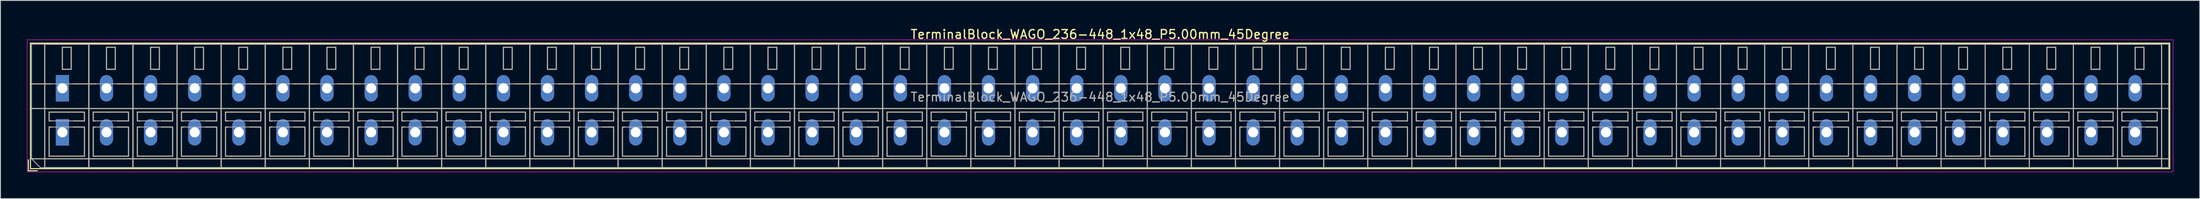
<source format=kicad_pcb>
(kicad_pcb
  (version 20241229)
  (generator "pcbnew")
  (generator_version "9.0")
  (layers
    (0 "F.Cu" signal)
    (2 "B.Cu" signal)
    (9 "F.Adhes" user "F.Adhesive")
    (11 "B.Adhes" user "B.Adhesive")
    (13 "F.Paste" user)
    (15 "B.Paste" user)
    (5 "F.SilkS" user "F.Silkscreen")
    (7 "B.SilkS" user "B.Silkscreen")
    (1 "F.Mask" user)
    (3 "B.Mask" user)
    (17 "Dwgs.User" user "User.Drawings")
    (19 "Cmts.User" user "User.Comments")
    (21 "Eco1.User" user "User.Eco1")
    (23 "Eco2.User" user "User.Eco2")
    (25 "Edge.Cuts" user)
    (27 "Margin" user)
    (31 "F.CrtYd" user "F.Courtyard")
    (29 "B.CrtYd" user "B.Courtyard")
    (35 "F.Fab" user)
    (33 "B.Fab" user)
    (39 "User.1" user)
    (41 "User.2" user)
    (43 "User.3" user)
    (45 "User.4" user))
  (footprint "TerminalBlock_WAGO_236-448_1x48_P5.00mm_45Degree"
    (layer "F.Cu")
    (at 4.025 6.968)
    (property "Reference" "TerminalBlock_WAGO_236-448_1x48_P5.00mm_45Degree" (at 117.65 -6.12 0) (layer "F.SilkS") (effects (font (size 1 1) (thickness 0.15))))
    (attr through_hole)
    (fp_line (start -3.86 8.12) (end -3.86 9.36) (stroke (width 0.12) (type solid)) (layer "F.SilkS"))
    (fp_line (start -3.86 9.36) (end -2.86 9.36) (stroke (width 0.12) (type solid)) (layer "F.SilkS"))
    (fp_line (start -3.62 -5.12) (end -3.62 9.12) (stroke (width 0.12) (type solid)) (layer "F.SilkS"))
    (fp_line (start -3.62 -5.12) (end 238.92 -5.12) (stroke (width 0.12) (type solid)) (layer "F.SilkS"))
    (fp_line (start -3.62 -0.5) (end -1.23 -0.5) (stroke (width 0.12) (type solid)) (layer "F.SilkS"))
    (fp_line (start -3.62 2.3) (end 238.92 2.3) (stroke (width 0.12) (type solid)) (layer "F.SilkS"))
    (fp_line (start -3.62 8) (end 238.92 8) (stroke (width 0.12) (type solid)) (layer "F.SilkS"))
    (fp_line (start -3.62 9.12) (end 238.92 9.12) (stroke (width 0.12) (type solid)) (layer "F.SilkS"))
    (fp_line (start -2 -5) (end -2 9) (stroke (width 0.12) (type solid)) (layer "F.SilkS"))
    (fp_line (start -2 -5) (end 3 -5) (stroke (width 0.12) (type solid)) (layer "F.SilkS"))
    (fp_line (start -2 9) (end 3 9) (stroke (width 0.12) (type solid)) (layer "F.SilkS"))
    (fp_line (start -1.5 2.7) (end -1.5 3.7) (stroke (width 0.12) (type solid)) (layer "F.SilkS"))
    (fp_line (start -1.5 2.7) (end 2.5 2.7) (stroke (width 0.12) (type solid)) (layer "F.SilkS"))
    (fp_line (start -1.5 3.7) (end -1.23 3.7) (stroke (width 0.12) (type solid)) (layer "F.SilkS"))
    (fp_line (start -1.5 4.4) (end -1.5 7.7) (stroke (width 0.12) (type solid)) (layer "F.SilkS"))
    (fp_line (start -1.5 4.4) (end -1.23 4.4) (stroke (width 0.12) (type solid)) (layer "F.SilkS"))
    (fp_line (start -1.5 7.7) (end 2.5 7.7) (stroke (width 0.12) (type solid)) (layer "F.SilkS"))
    (fp_line (start 0 -4.65) (end 0 -2.151) (stroke (width 0.12) (type solid)) (layer "F.SilkS"))
    (fp_line (start 0 -4.65) (end 1 -4.65) (stroke (width 0.12) (type solid)) (layer "F.SilkS"))
    (fp_line (start 0 -2.151) (end 1 -2.151) (stroke (width 0.12) (type solid)) (layer "F.SilkS"))
    (fp_line (start 1 -4.65) (end 1 -2.151) (stroke (width 0.12) (type solid)) (layer "F.SilkS"))
    (fp_line (start 1.23 -0.5) (end 3.77 -0.5) (stroke (width 0.12) (type solid)) (layer "F.SilkS"))
    (fp_line (start 1.23 3.7) (end 2.5 3.7) (stroke (width 0.12) (type solid)) (layer "F.SilkS"))
    (fp_line (start 1.23 4.4) (end 2.5 4.4) (stroke (width 0.12) (type solid)) (layer "F.SilkS"))
    (fp_line (start 2.5 2.7) (end 2.5 3.7) (stroke (width 0.12) (type solid)) (layer "F.SilkS"))
    (fp_line (start 2.5 4.4) (end 2.5 7.7) (stroke (width 0.12) (type solid)) (layer "F.SilkS"))
    (fp_line (start 3 -5) (end 3 9) (stroke (width 0.12) (type solid)) (layer "F.SilkS"))
    (fp_line (start 3 -5) (end 3 9) (stroke (width 0.12) (type solid)) (layer "F.SilkS"))
    (fp_line (start 3 -5) (end 8 -5) (stroke (width 0.12) (type solid)) (layer "F.SilkS"))
    (fp_line (start 3 9) (end 8 9) (stroke (width 0.12) (type solid)) (layer "F.SilkS"))
    (fp_line (start 3.5 2.7) (end 3.5 3.7) (stroke (width 0.12) (type solid)) (layer "F.SilkS"))
    (fp_line (start 3.5 2.7) (end 7.5 2.7) (stroke (width 0.12) (type solid)) (layer "F.SilkS"))
    (fp_line (start 3.5 3.7) (end 3.77 3.7) (stroke (width 0.12) (type solid)) (layer "F.SilkS"))
    (fp_line (start 3.5 4.4) (end 3.5 7.7) (stroke (width 0.12) (type solid)) (layer "F.SilkS"))
    (fp_line (start 3.5 4.4) (end 3.77 4.4) (stroke (width 0.12) (type solid)) (layer "F.SilkS"))
    (fp_line (start 3.5 7.7) (end 7.5 7.7) (stroke (width 0.12) (type solid)) (layer "F.SilkS"))
    (fp_line (start 5 -4.65) (end 5 -2.151) (stroke (width 0.12) (type solid)) (layer "F.SilkS"))
    (fp_line (start 5 -4.65) (end 6 -4.65) (stroke (width 0.12) (type solid)) (layer "F.SilkS"))
    (fp_line (start 5 -2.151) (end 6 -2.151) (stroke (width 0.12) (type solid)) (layer "F.SilkS"))
    (fp_line (start 6 -4.65) (end 6 -2.151) (stroke (width 0.12) (type solid)) (layer "F.SilkS"))
    (fp_line (start 6.23 -0.5) (end 8.77 -0.5) (stroke (width 0.12) (type solid)) (layer "F.SilkS"))
    (fp_line (start 6.23 3.7) (end 7.5 3.7) (stroke (width 0.12) (type solid)) (layer "F.SilkS"))
    (fp_line (start 6.23 4.4) (end 7.5 4.4) (stroke (width 0.12) (type solid)) (layer "F.SilkS"))
    (fp_line (start 7.5 2.7) (end 7.5 3.7) (stroke (width 0.12) (type solid)) (layer "F.SilkS"))
    (fp_line (start 7.5 4.4) (end 7.5 7.7) (stroke (width 0.12) (type solid)) (layer "F.SilkS"))
    (fp_line (start 8 -5) (end 8 9) (stroke (width 0.12) (type solid)) (layer "F.SilkS"))
    (fp_line (start 8 -5) (end 8 9) (stroke (width 0.12) (type solid)) (layer "F.SilkS"))
    (fp_line (start 8 -5) (end 13 -5) (stroke (width 0.12) (type solid)) (layer "F.SilkS"))
    (fp_line (start 8 9) (end 13 9) (stroke (width 0.12) (type solid)) (layer "F.SilkS"))
    (fp_line (start 8.5 2.7) (end 8.5 3.7) (stroke (width 0.12) (type solid)) (layer "F.SilkS"))
    (fp_line (start 8.5 2.7) (end 12.5 2.7) (stroke (width 0.12) (type solid)) (layer "F.SilkS"))
    (fp_line (start 8.5 3.7) (end 8.77 3.7) (stroke (width 0.12) (type solid)) (layer "F.SilkS"))
    (fp_line (start 8.5 4.4) (end 8.5 7.7) (stroke (width 0.12) (type solid)) (layer "F.SilkS"))
    (fp_line (start 8.5 4.4) (end 8.77 4.4) (stroke (width 0.12) (type solid)) (layer "F.SilkS"))
    (fp_line (start 8.5 7.7) (end 12.5 7.7) (stroke (width 0.12) (type solid)) (layer "F.SilkS"))
    (fp_line (start 10 -4.65) (end 10 -2.151) (stroke (width 0.12) (type solid)) (layer "F.SilkS"))
    (fp_line (start 10 -4.65) (end 11 -4.65) (stroke (width 0.12) (type solid)) (layer "F.SilkS"))
    (fp_line (start 10 -2.151) (end 11 -2.151) (stroke (width 0.12) (type solid)) (layer "F.SilkS"))
    (fp_line (start 11 -4.65) (end 11 -2.151) (stroke (width 0.12) (type solid)) (layer "F.SilkS"))
    (fp_line (start 11.23 -0.5) (end 13.77 -0.5) (stroke (width 0.12) (type solid)) (layer "F.SilkS"))
    (fp_line (start 11.23 3.7) (end 12.5 3.7) (stroke (width 0.12) (type solid)) (layer "F.SilkS"))
    (fp_line (start 11.23 4.4) (end 12.5 4.4) (stroke (width 0.12) (type solid)) (layer "F.SilkS"))
    (fp_line (start 12.5 2.7) (end 12.5 3.7) (stroke (width 0.12) (type solid)) (layer "F.SilkS"))
    (fp_line (start 12.5 4.4) (end 12.5 7.7) (stroke (width 0.12) (type solid)) (layer "F.SilkS"))
    (fp_line (start 13 -5) (end 13 9) (stroke (width 0.12) (type solid)) (layer "F.SilkS"))
    (fp_line (start 13 -5) (end 13 9) (stroke (width 0.12) (type solid)) (layer "F.SilkS"))
    (fp_line (start 13 -5) (end 18 -5) (stroke (width 0.12) (type solid)) (layer "F.SilkS"))
    (fp_line (start 13 9) (end 18 9) (stroke (width 0.12) (type solid)) (layer "F.SilkS"))
    (fp_line (start 13.5 2.7) (end 13.5 3.7) (stroke (width 0.12) (type solid)) (layer "F.SilkS"))
    (fp_line (start 13.5 2.7) (end 17.5 2.7) (stroke (width 0.12) (type solid)) (layer "F.SilkS"))
    (fp_line (start 13.5 3.7) (end 13.77 3.7) (stroke (width 0.12) (type solid)) (layer "F.SilkS"))
    (fp_line (start 13.5 4.4) (end 13.5 7.7) (stroke (width 0.12) (type solid)) (layer "F.SilkS"))
    (fp_line (start 13.5 4.4) (end 13.77 4.4) (stroke (width 0.12) (type solid)) (layer "F.SilkS"))
    (fp_line (start 13.5 7.7) (end 17.5 7.7) (stroke (width 0.12) (type solid)) (layer "F.SilkS"))
    (fp_line (start 15 -4.65) (end 15 -2.151) (stroke (width 0.12) (type solid)) (layer "F.SilkS"))
    (fp_line (start 15 -4.65) (end 16 -4.65) (stroke (width 0.12) (type solid)) (layer "F.SilkS"))
    (fp_line (start 15 -2.151) (end 16 -2.151) (stroke (width 0.12) (type solid)) (layer "F.SilkS"))
    (fp_line (start 16 -4.65) (end 16 -2.151) (stroke (width 0.12) (type solid)) (layer "F.SilkS"))
    (fp_line (start 16.23 -0.5) (end 18.77 -0.5) (stroke (width 0.12) (type solid)) (layer "F.SilkS"))
    (fp_line (start 16.23 3.7) (end 17.5 3.7) (stroke (width 0.12) (type solid)) (layer "F.SilkS"))
    (fp_line (start 16.23 4.4) (end 17.5 4.4) (stroke (width 0.12) (type solid)) (layer "F.SilkS"))
    (fp_line (start 17.5 2.7) (end 17.5 3.7) (stroke (width 0.12) (type solid)) (layer "F.SilkS"))
    (fp_line (start 17.5 4.4) (end 17.5 7.7) (stroke (width 0.12) (type solid)) (layer "F.SilkS"))
    (fp_line (start 18 -5) (end 18 9) (stroke (width 0.12) (type solid)) (layer "F.SilkS"))
    (fp_line (start 18 -5) (end 18 9) (stroke (width 0.12) (type solid)) (layer "F.SilkS"))
    (fp_line (start 18 -5) (end 23 -5) (stroke (width 0.12) (type solid)) (layer "F.SilkS"))
    (fp_line (start 18 9) (end 23 9) (stroke (width 0.12) (type solid)) (layer "F.SilkS"))
    (fp_line (start 18.5 2.7) (end 18.5 3.7) (stroke (width 0.12) (type solid)) (layer "F.SilkS"))
    (fp_line (start 18.5 2.7) (end 22.5 2.7) (stroke (width 0.12) (type solid)) (layer "F.SilkS"))
    (fp_line (start 18.5 3.7) (end 18.77 3.7) (stroke (width 0.12) (type solid)) (layer "F.SilkS"))
    (fp_line (start 18.5 4.4) (end 18.5 7.7) (stroke (width 0.12) (type solid)) (layer "F.SilkS"))
    (fp_line (start 18.5 4.4) (end 18.77 4.4) (stroke (width 0.12) (type solid)) (layer "F.SilkS"))
    (fp_line (start 18.5 7.7) (end 22.5 7.7) (stroke (width 0.12) (type solid)) (layer "F.SilkS"))
    (fp_line (start 20 -4.65) (end 20 -2.151) (stroke (width 0.12) (type solid)) (layer "F.SilkS"))
    (fp_line (start 20 -4.65) (end 21 -4.65) (stroke (width 0.12) (type solid)) (layer "F.SilkS"))
    (fp_line (start 20 -2.151) (end 21 -2.151) (stroke (width 0.12) (type solid)) (layer "F.SilkS"))
    (fp_line (start 21 -4.65) (end 21 -2.151) (stroke (width 0.12) (type solid)) (layer "F.SilkS"))
    (fp_line (start 21.23 -0.5) (end 23.77 -0.5) (stroke (width 0.12) (type solid)) (layer "F.SilkS"))
    (fp_line (start 21.23 3.7) (end 22.5 3.7) (stroke (width 0.12) (type solid)) (layer "F.SilkS"))
    (fp_line (start 21.23 4.4) (end 22.5 4.4) (stroke (width 0.12) (type solid)) (layer "F.SilkS"))
    (fp_line (start 22.5 2.7) (end 22.5 3.7) (stroke (width 0.12) (type solid)) (layer "F.SilkS"))
    (fp_line (start 22.5 4.4) (end 22.5 7.7) (stroke (width 0.12) (type solid)) (layer "F.SilkS"))
    (fp_line (start 23 -5) (end 23 9) (stroke (width 0.12) (type solid)) (layer "F.SilkS"))
    (fp_line (start 23 -5) (end 23 9) (stroke (width 0.12) (type solid)) (layer "F.SilkS"))
    (fp_line (start 23 -5) (end 28 -5) (stroke (width 0.12) (type solid)) (layer "F.SilkS"))
    (fp_line (start 23 9) (end 28 9) (stroke (width 0.12) (type solid)) (layer "F.SilkS"))
    (fp_line (start 23.5 2.7) (end 23.5 3.7) (stroke (width 0.12) (type solid)) (layer "F.SilkS"))
    (fp_line (start 23.5 2.7) (end 27.5 2.7) (stroke (width 0.12) (type solid)) (layer "F.SilkS"))
    (fp_line (start 23.5 3.7) (end 23.77 3.7) (stroke (width 0.12) (type solid)) (layer "F.SilkS"))
    (fp_line (start 23.5 4.4) (end 23.5 7.7) (stroke (width 0.12) (type solid)) (layer "F.SilkS"))
    (fp_line (start 23.5 4.4) (end 23.77 4.4) (stroke (width 0.12) (type solid)) (layer "F.SilkS"))
    (fp_line (start 23.5 7.7) (end 27.5 7.7) (stroke (width 0.12) (type solid)) (layer "F.SilkS"))
    (fp_line (start 25 -4.65) (end 25 -2.151) (stroke (width 0.12) (type solid)) (layer "F.SilkS"))
    (fp_line (start 25 -4.65) (end 26 -4.65) (stroke (width 0.12) (type solid)) (layer "F.SilkS"))
    (fp_line (start 25 -2.151) (end 26 -2.151) (stroke (width 0.12) (type solid)) (layer "F.SilkS"))
    (fp_line (start 26 -4.65) (end 26 -2.151) (stroke (width 0.12) (type solid)) (layer "F.SilkS"))
    (fp_line (start 26.23 -0.5) (end 28.77 -0.5) (stroke (width 0.12) (type solid)) (layer "F.SilkS"))
    (fp_line (start 26.23 3.7) (end 27.5 3.7) (stroke (width 0.12) (type solid)) (layer "F.SilkS"))
    (fp_line (start 26.23 4.4) (end 27.5 4.4) (stroke (width 0.12) (type solid)) (layer "F.SilkS"))
    (fp_line (start 27.5 2.7) (end 27.5 3.7) (stroke (width 0.12) (type solid)) (layer "F.SilkS"))
    (fp_line (start 27.5 4.4) (end 27.5 7.7) (stroke (width 0.12) (type solid)) (layer "F.SilkS"))
    (fp_line (start 28 -5) (end 28 9) (stroke (width 0.12) (type solid)) (layer "F.SilkS"))
    (fp_line (start 28 -5) (end 28 9) (stroke (width 0.12) (type solid)) (layer "F.SilkS"))
    (fp_line (start 28 -5) (end 33 -5) (stroke (width 0.12) (type solid)) (layer "F.SilkS"))
    (fp_line (start 28 9) (end 33 9) (stroke (width 0.12) (type solid)) (layer "F.SilkS"))
    (fp_line (start 28.5 2.7) (end 28.5 3.7) (stroke (width 0.12) (type solid)) (layer "F.SilkS"))
    (fp_line (start 28.5 2.7) (end 32.5 2.7) (stroke (width 0.12) (type solid)) (layer "F.SilkS"))
    (fp_line (start 28.5 3.7) (end 28.77 3.7) (stroke (width 0.12) (type solid)) (layer "F.SilkS"))
    (fp_line (start 28.5 4.4) (end 28.5 7.7) (stroke (width 0.12) (type solid)) (layer "F.SilkS"))
    (fp_line (start 28.5 4.4) (end 28.77 4.4) (stroke (width 0.12) (type solid)) (layer "F.SilkS"))
    (fp_line (start 28.5 7.7) (end 32.5 7.7) (stroke (width 0.12) (type solid)) (layer "F.SilkS"))
    (fp_line (start 30 -4.65) (end 30 -2.151) (stroke (width 0.12) (type solid)) (layer "F.SilkS"))
    (fp_line (start 30 -4.65) (end 31 -4.65) (stroke (width 0.12) (type solid)) (layer "F.SilkS"))
    (fp_line (start 30 -2.151) (end 31 -2.151) (stroke (width 0.12) (type solid)) (layer "F.SilkS"))
    (fp_line (start 31 -4.65) (end 31 -2.151) (stroke (width 0.12) (type solid)) (layer "F.SilkS"))
    (fp_line (start 31.23 -0.5) (end 33.77 -0.5) (stroke (width 0.12) (type solid)) (layer "F.SilkS"))
    (fp_line (start 31.23 3.7) (end 32.5 3.7) (stroke (width 0.12) (type solid)) (layer "F.SilkS"))
    (fp_line (start 31.23 4.4) (end 32.5 4.4) (stroke (width 0.12) (type solid)) (layer "F.SilkS"))
    (fp_line (start 32.5 2.7) (end 32.5 3.7) (stroke (width 0.12) (type solid)) (layer "F.SilkS"))
    (fp_line (start 32.5 4.4) (end 32.5 7.7) (stroke (width 0.12) (type solid)) (layer "F.SilkS"))
    (fp_line (start 33 -5) (end 33 9) (stroke (width 0.12) (type solid)) (layer "F.SilkS"))
    (fp_line (start 33 -5) (end 33 9) (stroke (width 0.12) (type solid)) (layer "F.SilkS"))
    (fp_line (start 33 -5) (end 38 -5) (stroke (width 0.12) (type solid)) (layer "F.SilkS"))
    (fp_line (start 33 9) (end 38 9) (stroke (width 0.12) (type solid)) (layer "F.SilkS"))
    (fp_line (start 33.5 2.7) (end 33.5 3.7) (stroke (width 0.12) (type solid)) (layer "F.SilkS"))
    (fp_line (start 33.5 2.7) (end 37.5 2.7) (stroke (width 0.12) (type solid)) (layer "F.SilkS"))
    (fp_line (start 33.5 3.7) (end 33.77 3.7) (stroke (width 0.12) (type solid)) (layer "F.SilkS"))
    (fp_line (start 33.5 4.4) (end 33.5 7.7) (stroke (width 0.12) (type solid)) (layer "F.SilkS"))
    (fp_line (start 33.5 4.4) (end 33.77 4.4) (stroke (width 0.12) (type solid)) (layer "F.SilkS"))
    (fp_line (start 33.5 7.7) (end 37.5 7.7) (stroke (width 0.12) (type solid)) (layer "F.SilkS"))
    (fp_line (start 35 -4.65) (end 35 -2.151) (stroke (width 0.12) (type solid)) (layer "F.SilkS"))
    (fp_line (start 35 -4.65) (end 36 -4.65) (stroke (width 0.12) (type solid)) (layer "F.SilkS"))
    (fp_line (start 35 -2.151) (end 36 -2.151) (stroke (width 0.12) (type solid)) (layer "F.SilkS"))
    (fp_line (start 36 -4.65) (end 36 -2.151) (stroke (width 0.12) (type solid)) (layer "F.SilkS"))
    (fp_line (start 36.23 -0.5) (end 38.77 -0.5) (stroke (width 0.12) (type solid)) (layer "F.SilkS"))
    (fp_line (start 36.23 3.7) (end 37.5 3.7) (stroke (width 0.12) (type solid)) (layer "F.SilkS"))
    (fp_line (start 36.23 4.4) (end 37.5 4.4) (stroke (width 0.12) (type solid)) (layer "F.SilkS"))
    (fp_line (start 37.5 2.7) (end 37.5 3.7) (stroke (width 0.12) (type solid)) (layer "F.SilkS"))
    (fp_line (start 37.5 4.4) (end 37.5 7.7) (stroke (width 0.12) (type solid)) (layer "F.SilkS"))
    (fp_line (start 38 -5) (end 38 9) (stroke (width 0.12) (type solid)) (layer "F.SilkS"))
    (fp_line (start 38 -5) (end 38 9) (stroke (width 0.12) (type solid)) (layer "F.SilkS"))
    (fp_line (start 38 -5) (end 43 -5) (stroke (width 0.12) (type solid)) (layer "F.SilkS"))
    (fp_line (start 38 9) (end 43 9) (stroke (width 0.12) (type solid)) (layer "F.SilkS"))
    (fp_line (start 38.5 2.7) (end 38.5 3.7) (stroke (width 0.12) (type solid)) (layer "F.SilkS"))
    (fp_line (start 38.5 2.7) (end 42.5 2.7) (stroke (width 0.12) (type solid)) (layer "F.SilkS"))
    (fp_line (start 38.5 3.7) (end 38.77 3.7) (stroke (width 0.12) (type solid)) (layer "F.SilkS"))
    (fp_line (start 38.5 4.4) (end 38.5 7.7) (stroke (width 0.12) (type solid)) (layer "F.SilkS"))
    (fp_line (start 38.5 4.4) (end 38.77 4.4) (stroke (width 0.12) (type solid)) (layer "F.SilkS"))
    (fp_line (start 38.5 7.7) (end 42.5 7.7) (stroke (width 0.12) (type solid)) (layer "F.SilkS"))
    (fp_line (start 40 -4.65) (end 40 -2.151) (stroke (width 0.12) (type solid)) (layer "F.SilkS"))
    (fp_line (start 40 -4.65) (end 41 -4.65) (stroke (width 0.12) (type solid)) (layer "F.SilkS"))
    (fp_line (start 40 -2.151) (end 41 -2.151) (stroke (width 0.12) (type solid)) (layer "F.SilkS"))
    (fp_line (start 41 -4.65) (end 41 -2.151) (stroke (width 0.12) (type solid)) (layer "F.SilkS"))
    (fp_line (start 41.23 -0.5) (end 43.77 -0.5) (stroke (width 0.12) (type solid)) (layer "F.SilkS"))
    (fp_line (start 41.23 3.7) (end 42.5 3.7) (stroke (width 0.12) (type solid)) (layer "F.SilkS"))
    (fp_line (start 41.23 4.4) (end 42.5 4.4) (stroke (width 0.12) (type solid)) (layer "F.SilkS"))
    (fp_line (start 42.5 2.7) (end 42.5 3.7) (stroke (width 0.12) (type solid)) (layer "F.SilkS"))
    (fp_line (start 42.5 4.4) (end 42.5 7.7) (stroke (width 0.12) (type solid)) (layer "F.SilkS"))
    (fp_line (start 43 -5) (end 43 9) (stroke (width 0.12) (type solid)) (layer "F.SilkS"))
    (fp_line (start 43 -5) (end 43 9) (stroke (width 0.12) (type solid)) (layer "F.SilkS"))
    (fp_line (start 43 -5) (end 48 -5) (stroke (width 0.12) (type solid)) (layer "F.SilkS"))
    (fp_line (start 43 9) (end 48 9) (stroke (width 0.12) (type solid)) (layer "F.SilkS"))
    (fp_line (start 43.5 2.7) (end 43.5 3.7) (stroke (width 0.12) (type solid)) (layer "F.SilkS"))
    (fp_line (start 43.5 2.7) (end 47.5 2.7) (stroke (width 0.12) (type solid)) (layer "F.SilkS"))
    (fp_line (start 43.5 3.7) (end 43.77 3.7) (stroke (width 0.12) (type solid)) (layer "F.SilkS"))
    (fp_line (start 43.5 4.4) (end 43.5 7.7) (stroke (width 0.12) (type solid)) (layer "F.SilkS"))
    (fp_line (start 43.5 4.4) (end 43.77 4.4) (stroke (width 0.12) (type solid)) (layer "F.SilkS"))
    (fp_line (start 43.5 7.7) (end 47.5 7.7) (stroke (width 0.12) (type solid)) (layer "F.SilkS"))
    (fp_line (start 45 -4.65) (end 45 -2.151) (stroke (width 0.12) (type solid)) (layer "F.SilkS"))
    (fp_line (start 45 -4.65) (end 46 -4.65) (stroke (width 0.12) (type solid)) (layer "F.SilkS"))
    (fp_line (start 45 -2.151) (end 46 -2.151) (stroke (width 0.12) (type solid)) (layer "F.SilkS"))
    (fp_line (start 46 -4.65) (end 46 -2.151) (stroke (width 0.12) (type solid)) (layer "F.SilkS"))
    (fp_line (start 46.23 -0.5) (end 48.77 -0.5) (stroke (width 0.12) (type solid)) (layer "F.SilkS"))
    (fp_line (start 46.23 3.7) (end 47.5 3.7) (stroke (width 0.12) (type solid)) (layer "F.SilkS"))
    (fp_line (start 46.23 4.4) (end 47.5 4.4) (stroke (width 0.12) (type solid)) (layer "F.SilkS"))
    (fp_line (start 47.5 2.7) (end 47.5 3.7) (stroke (width 0.12) (type solid)) (layer "F.SilkS"))
    (fp_line (start 47.5 4.4) (end 47.5 7.7) (stroke (width 0.12) (type solid)) (layer "F.SilkS"))
    (fp_line (start 48 -5) (end 48 9) (stroke (width 0.12) (type solid)) (layer "F.SilkS"))
    (fp_line (start 48 -5) (end 48 9) (stroke (width 0.12) (type solid)) (layer "F.SilkS"))
    (fp_line (start 48 -5) (end 53 -5) (stroke (width 0.12) (type solid)) (layer "F.SilkS"))
    (fp_line (start 48 9) (end 53 9) (stroke (width 0.12) (type solid)) (layer "F.SilkS"))
    (fp_line (start 48.5 2.7) (end 48.5 3.7) (stroke (width 0.12) (type solid)) (layer "F.SilkS"))
    (fp_line (start 48.5 2.7) (end 52.5 2.7) (stroke (width 0.12) (type solid)) (layer "F.SilkS"))
    (fp_line (start 48.5 3.7) (end 48.77 3.7) (stroke (width 0.12) (type solid)) (layer "F.SilkS"))
    (fp_line (start 48.5 4.4) (end 48.5 7.7) (stroke (width 0.12) (type solid)) (layer "F.SilkS"))
    (fp_line (start 48.5 4.4) (end 48.77 4.4) (stroke (width 0.12) (type solid)) (layer "F.SilkS"))
    (fp_line (start 48.5 7.7) (end 52.5 7.7) (stroke (width 0.12) (type solid)) (layer "F.SilkS"))
    (fp_line (start 50 -4.65) (end 50 -2.151) (stroke (width 0.12) (type solid)) (layer "F.SilkS"))
    (fp_line (start 50 -4.65) (end 51 -4.65) (stroke (width 0.12) (type solid)) (layer "F.SilkS"))
    (fp_line (start 50 -2.151) (end 51 -2.151) (stroke (width 0.12) (type solid)) (layer "F.SilkS"))
    (fp_line (start 51 -4.65) (end 51 -2.151) (stroke (width 0.12) (type solid)) (layer "F.SilkS"))
    (fp_line (start 51.23 -0.5) (end 53.77 -0.5) (stroke (width 0.12) (type solid)) (layer "F.SilkS"))
    (fp_line (start 51.23 3.7) (end 52.5 3.7) (stroke (width 0.12) (type solid)) (layer "F.SilkS"))
    (fp_line (start 51.23 4.4) (end 52.5 4.4) (stroke (width 0.12) (type solid)) (layer "F.SilkS"))
    (fp_line (start 52.5 2.7) (end 52.5 3.7) (stroke (width 0.12) (type solid)) (layer "F.SilkS"))
    (fp_line (start 52.5 4.4) (end 52.5 7.7) (stroke (width 0.12) (type solid)) (layer "F.SilkS"))
    (fp_line (start 53 -5) (end 53 9) (stroke (width 0.12) (type solid)) (layer "F.SilkS"))
    (fp_line (start 53 -5) (end 53 9) (stroke (width 0.12) (type solid)) (layer "F.SilkS"))
    (fp_line (start 53 -5) (end 58 -5) (stroke (width 0.12) (type solid)) (layer "F.SilkS"))
    (fp_line (start 53 9) (end 58 9) (stroke (width 0.12) (type solid)) (layer "F.SilkS"))
    (fp_line (start 53.5 2.7) (end 53.5 3.7) (stroke (width 0.12) (type solid)) (layer "F.SilkS"))
    (fp_line (start 53.5 2.7) (end 57.5 2.7) (stroke (width 0.12) (type solid)) (layer "F.SilkS"))
    (fp_line (start 53.5 3.7) (end 53.77 3.7) (stroke (width 0.12) (type solid)) (layer "F.SilkS"))
    (fp_line (start 53.5 4.4) (end 53.5 7.7) (stroke (width 0.12) (type solid)) (layer "F.SilkS"))
    (fp_line (start 53.5 4.4) (end 53.77 4.4) (stroke (width 0.12) (type solid)) (layer "F.SilkS"))
    (fp_line (start 53.5 7.7) (end 57.5 7.7) (stroke (width 0.12) (type solid)) (layer "F.SilkS"))
    (fp_line (start 55 -4.65) (end 55 -2.151) (stroke (width 0.12) (type solid)) (layer "F.SilkS"))
    (fp_line (start 55 -4.65) (end 56 -4.65) (stroke (width 0.12) (type solid)) (layer "F.SilkS"))
    (fp_line (start 55 -2.151) (end 56 -2.151) (stroke (width 0.12) (type solid)) (layer "F.SilkS"))
    (fp_line (start 56 -4.65) (end 56 -2.151) (stroke (width 0.12) (type solid)) (layer "F.SilkS"))
    (fp_line (start 56.23 -0.5) (end 58.77 -0.5) (stroke (width 0.12) (type solid)) (layer "F.SilkS"))
    (fp_line (start 56.23 3.7) (end 57.5 3.7) (stroke (width 0.12) (type solid)) (layer "F.SilkS"))
    (fp_line (start 56.23 4.4) (end 57.5 4.4) (stroke (width 0.12) (type solid)) (layer "F.SilkS"))
    (fp_line (start 57.5 2.7) (end 57.5 3.7) (stroke (width 0.12) (type solid)) (layer "F.SilkS"))
    (fp_line (start 57.5 4.4) (end 57.5 7.7) (stroke (width 0.12) (type solid)) (layer "F.SilkS"))
    (fp_line (start 58 -5) (end 58 9) (stroke (width 0.12) (type solid)) (layer "F.SilkS"))
    (fp_line (start 58 -5) (end 58 9) (stroke (width 0.12) (type solid)) (layer "F.SilkS"))
    (fp_line (start 58 -5) (end 63 -5) (stroke (width 0.12) (type solid)) (layer "F.SilkS"))
    (fp_line (start 58 9) (end 63 9) (stroke (width 0.12) (type solid)) (layer "F.SilkS"))
    (fp_line (start 58.5 2.7) (end 58.5 3.7) (stroke (width 0.12) (type solid)) (layer "F.SilkS"))
    (fp_line (start 58.5 2.7) (end 62.5 2.7) (stroke (width 0.12) (type solid)) (layer "F.SilkS"))
    (fp_line (start 58.5 3.7) (end 58.77 3.7) (stroke (width 0.12) (type solid)) (layer "F.SilkS"))
    (fp_line (start 58.5 4.4) (end 58.5 7.7) (stroke (width 0.12) (type solid)) (layer "F.SilkS"))
    (fp_line (start 58.5 4.4) (end 58.77 4.4) (stroke (width 0.12) (type solid)) (layer "F.SilkS"))
    (fp_line (start 58.5 7.7) (end 62.5 7.7) (stroke (width 0.12) (type solid)) (layer "F.SilkS"))
    (fp_line (start 60 -4.65) (end 60 -2.151) (stroke (width 0.12) (type solid)) (layer "F.SilkS"))
    (fp_line (start 60 -4.65) (end 61 -4.65) (stroke (width 0.12) (type solid)) (layer "F.SilkS"))
    (fp_line (start 60 -2.151) (end 61 -2.151) (stroke (width 0.12) (type solid)) (layer "F.SilkS"))
    (fp_line (start 61 -4.65) (end 61 -2.151) (stroke (width 0.12) (type solid)) (layer "F.SilkS"))
    (fp_line (start 61.23 -0.5) (end 63.77 -0.5) (stroke (width 0.12) (type solid)) (layer "F.SilkS"))
    (fp_line (start 61.23 3.7) (end 62.5 3.7) (stroke (width 0.12) (type solid)) (layer "F.SilkS"))
    (fp_line (start 61.23 4.4) (end 62.5 4.4) (stroke (width 0.12) (type solid)) (layer "F.SilkS"))
    (fp_line (start 62.5 2.7) (end 62.5 3.7) (stroke (width 0.12) (type solid)) (layer "F.SilkS"))
    (fp_line (start 62.5 4.4) (end 62.5 7.7) (stroke (width 0.12) (type solid)) (layer "F.SilkS"))
    (fp_line (start 63 -5) (end 63 9) (stroke (width 0.12) (type solid)) (layer "F.SilkS"))
    (fp_line (start 63 -5) (end 63 9) (stroke (width 0.12) (type solid)) (layer "F.SilkS"))
    (fp_line (start 63 -5) (end 68 -5) (stroke (width 0.12) (type solid)) (layer "F.SilkS"))
    (fp_line (start 63 9) (end 68 9) (stroke (width 0.12) (type solid)) (layer "F.SilkS"))
    (fp_line (start 63.5 2.7) (end 63.5 3.7) (stroke (width 0.12) (type solid)) (layer "F.SilkS"))
    (fp_line (start 63.5 2.7) (end 67.5 2.7) (stroke (width 0.12) (type solid)) (layer "F.SilkS"))
    (fp_line (start 63.5 3.7) (end 63.77 3.7) (stroke (width 0.12) (type solid)) (layer "F.SilkS"))
    (fp_line (start 63.5 4.4) (end 63.5 7.7) (stroke (width 0.12) (type solid)) (layer "F.SilkS"))
    (fp_line (start 63.5 4.4) (end 63.77 4.4) (stroke (width 0.12) (type solid)) (layer "F.SilkS"))
    (fp_line (start 63.5 7.7) (end 67.5 7.7) (stroke (width 0.12) (type solid)) (layer "F.SilkS"))
    (fp_line (start 65 -4.65) (end 65 -2.151) (stroke (width 0.12) (type solid)) (layer "F.SilkS"))
    (fp_line (start 65 -4.65) (end 66 -4.65) (stroke (width 0.12) (type solid)) (layer "F.SilkS"))
    (fp_line (start 65 -2.151) (end 66 -2.151) (stroke (width 0.12) (type solid)) (layer "F.SilkS"))
    (fp_line (start 66 -4.65) (end 66 -2.151) (stroke (width 0.12) (type solid)) (layer "F.SilkS"))
    (fp_line (start 66.23 -0.5) (end 68.77 -0.5) (stroke (width 0.12) (type solid)) (layer "F.SilkS"))
    (fp_line (start 66.23 3.7) (end 67.5 3.7) (stroke (width 0.12) (type solid)) (layer "F.SilkS"))
    (fp_line (start 66.23 4.4) (end 67.5 4.4) (stroke (width 0.12) (type solid)) (layer "F.SilkS"))
    (fp_line (start 67.5 2.7) (end 67.5 3.7) (stroke (width 0.12) (type solid)) (layer "F.SilkS"))
    (fp_line (start 67.5 4.4) (end 67.5 7.7) (stroke (width 0.12) (type solid)) (layer "F.SilkS"))
    (fp_line (start 68 -5) (end 68 9) (stroke (width 0.12) (type solid)) (layer "F.SilkS"))
    (fp_line (start 68 -5) (end 68 9) (stroke (width 0.12) (type solid)) (layer "F.SilkS"))
    (fp_line (start 68 -5) (end 73 -5) (stroke (width 0.12) (type solid)) (layer "F.SilkS"))
    (fp_line (start 68 9) (end 73 9) (stroke (width 0.12) (type solid)) (layer "F.SilkS"))
    (fp_line (start 68.5 2.7) (end 68.5 3.7) (stroke (width 0.12) (type solid)) (layer "F.SilkS"))
    (fp_line (start 68.5 2.7) (end 72.5 2.7) (stroke (width 0.12) (type solid)) (layer "F.SilkS"))
    (fp_line (start 68.5 3.7) (end 68.77 3.7) (stroke (width 0.12) (type solid)) (layer "F.SilkS"))
    (fp_line (start 68.5 4.4) (end 68.5 7.7) (stroke (width 0.12) (type solid)) (layer "F.SilkS"))
    (fp_line (start 68.5 4.4) (end 68.77 4.4) (stroke (width 0.12) (type solid)) (layer "F.SilkS"))
    (fp_line (start 68.5 7.7) (end 72.5 7.7) (stroke (width 0.12) (type solid)) (layer "F.SilkS"))
    (fp_line (start 70 -4.65) (end 70 -2.151) (stroke (width 0.12) (type solid)) (layer "F.SilkS"))
    (fp_line (start 70 -4.65) (end 71 -4.65) (stroke (width 0.12) (type solid)) (layer "F.SilkS"))
    (fp_line (start 70 -2.151) (end 71 -2.151) (stroke (width 0.12) (type solid)) (layer "F.SilkS"))
    (fp_line (start 71 -4.65) (end 71 -2.151) (stroke (width 0.12) (type solid)) (layer "F.SilkS"))
    (fp_line (start 71.23 -0.5) (end 73.77 -0.5) (stroke (width 0.12) (type solid)) (layer "F.SilkS"))
    (fp_line (start 71.23 3.7) (end 72.5 3.7) (stroke (width 0.12) (type solid)) (layer "F.SilkS"))
    (fp_line (start 71.23 4.4) (end 72.5 4.4) (stroke (width 0.12) (type solid)) (layer "F.SilkS"))
    (fp_line (start 72.5 2.7) (end 72.5 3.7) (stroke (width 0.12) (type solid)) (layer "F.SilkS"))
    (fp_line (start 72.5 4.4) (end 72.5 7.7) (stroke (width 0.12) (type solid)) (layer "F.SilkS"))
    (fp_line (start 73 -5) (end 73 9) (stroke (width 0.12) (type solid)) (layer "F.SilkS"))
    (fp_line (start 73 -5) (end 73 9) (stroke (width 0.12) (type solid)) (layer "F.SilkS"))
    (fp_line (start 73 -5) (end 78 -5) (stroke (width 0.12) (type solid)) (layer "F.SilkS"))
    (fp_line (start 73 9) (end 78 9) (stroke (width 0.12) (type solid)) (layer "F.SilkS"))
    (fp_line (start 73.5 2.7) (end 73.5 3.7) (stroke (width 0.12) (type solid)) (layer "F.SilkS"))
    (fp_line (start 73.5 2.7) (end 77.5 2.7) (stroke (width 0.12) (type solid)) (layer "F.SilkS"))
    (fp_line (start 73.5 3.7) (end 73.77 3.7) (stroke (width 0.12) (type solid)) (layer "F.SilkS"))
    (fp_line (start 73.5 4.4) (end 73.5 7.7) (stroke (width 0.12) (type solid)) (layer "F.SilkS"))
    (fp_line (start 73.5 4.4) (end 73.77 4.4) (stroke (width 0.12) (type solid)) (layer "F.SilkS"))
    (fp_line (start 73.5 7.7) (end 77.5 7.7) (stroke (width 0.12) (type solid)) (layer "F.SilkS"))
    (fp_line (start 75 -4.65) (end 75 -2.151) (stroke (width 0.12) (type solid)) (layer "F.SilkS"))
    (fp_line (start 75 -4.65) (end 76 -4.65) (stroke (width 0.12) (type solid)) (layer "F.SilkS"))
    (fp_line (start 75 -2.151) (end 76 -2.151) (stroke (width 0.12) (type solid)) (layer "F.SilkS"))
    (fp_line (start 76 -4.65) (end 76 -2.151) (stroke (width 0.12) (type solid)) (layer "F.SilkS"))
    (fp_line (start 76.23 -0.5) (end 78.77 -0.5) (stroke (width 0.12) (type solid)) (layer "F.SilkS"))
    (fp_line (start 76.23 3.7) (end 77.5 3.7) (stroke (width 0.12) (type solid)) (layer "F.SilkS"))
    (fp_line (start 76.23 4.4) (end 77.5 4.4) (stroke (width 0.12) (type solid)) (layer "F.SilkS"))
    (fp_line (start 77.5 2.7) (end 77.5 3.7) (stroke (width 0.12) (type solid)) (layer "F.SilkS"))
    (fp_line (start 77.5 4.4) (end 77.5 7.7) (stroke (width 0.12) (type solid)) (layer "F.SilkS"))
    (fp_line (start 78 -5) (end 78 9) (stroke (width 0.12) (type solid)) (layer "F.SilkS"))
    (fp_line (start 78 -5) (end 78 9) (stroke (width 0.12) (type solid)) (layer "F.SilkS"))
    (fp_line (start 78 -5) (end 83 -5) (stroke (width 0.12) (type solid)) (layer "F.SilkS"))
    (fp_line (start 78 9) (end 83 9) (stroke (width 0.12) (type solid)) (layer "F.SilkS"))
    (fp_line (start 78.5 2.7) (end 78.5 3.7) (stroke (width 0.12) (type solid)) (layer "F.SilkS"))
    (fp_line (start 78.5 2.7) (end 82.5 2.7) (stroke (width 0.12) (type solid)) (layer "F.SilkS"))
    (fp_line (start 78.5 3.7) (end 78.77 3.7) (stroke (width 0.12) (type solid)) (layer "F.SilkS"))
    (fp_line (start 78.5 4.4) (end 78.5 7.7) (stroke (width 0.12) (type solid)) (layer "F.SilkS"))
    (fp_line (start 78.5 4.4) (end 78.77 4.4) (stroke (width 0.12) (type solid)) (layer "F.SilkS"))
    (fp_line (start 78.5 7.7) (end 82.5 7.7) (stroke (width 0.12) (type solid)) (layer "F.SilkS"))
    (fp_line (start 80 -4.65) (end 80 -2.151) (stroke (width 0.12) (type solid)) (layer "F.SilkS"))
    (fp_line (start 80 -4.65) (end 81 -4.65) (stroke (width 0.12) (type solid)) (layer "F.SilkS"))
    (fp_line (start 80 -2.151) (end 81 -2.151) (stroke (width 0.12) (type solid)) (layer "F.SilkS"))
    (fp_line (start 81 -4.65) (end 81 -2.151) (stroke (width 0.12) (type solid)) (layer "F.SilkS"))
    (fp_line (start 81.23 -0.5) (end 83.77 -0.5) (stroke (width 0.12) (type solid)) (layer "F.SilkS"))
    (fp_line (start 81.23 3.7) (end 82.5 3.7) (stroke (width 0.12) (type solid)) (layer "F.SilkS"))
    (fp_line (start 81.23 4.4) (end 82.5 4.4) (stroke (width 0.12) (type solid)) (layer "F.SilkS"))
    (fp_line (start 82.5 2.7) (end 82.5 3.7) (stroke (width 0.12) (type solid)) (layer "F.SilkS"))
    (fp_line (start 82.5 4.4) (end 82.5 7.7) (stroke (width 0.12) (type solid)) (layer "F.SilkS"))
    (fp_line (start 83 -5) (end 83 9) (stroke (width 0.12) (type solid)) (layer "F.SilkS"))
    (fp_line (start 83 -5) (end 83 9) (stroke (width 0.12) (type solid)) (layer "F.SilkS"))
    (fp_line (start 83 -5) (end 88 -5) (stroke (width 0.12) (type solid)) (layer "F.SilkS"))
    (fp_line (start 83 9) (end 88 9) (stroke (width 0.12) (type solid)) (layer "F.SilkS"))
    (fp_line (start 83.5 2.7) (end 83.5 3.7) (stroke (width 0.12) (type solid)) (layer "F.SilkS"))
    (fp_line (start 83.5 2.7) (end 87.5 2.7) (stroke (width 0.12) (type solid)) (layer "F.SilkS"))
    (fp_line (start 83.5 3.7) (end 83.77 3.7) (stroke (width 0.12) (type solid)) (layer "F.SilkS"))
    (fp_line (start 83.5 4.4) (end 83.5 7.7) (stroke (width 0.12) (type solid)) (layer "F.SilkS"))
    (fp_line (start 83.5 4.4) (end 83.77 4.4) (stroke (width 0.12) (type solid)) (layer "F.SilkS"))
    (fp_line (start 83.5 7.7) (end 87.5 7.7) (stroke (width 0.12) (type solid)) (layer "F.SilkS"))
    (fp_line (start 85 -4.65) (end 85 -2.151) (stroke (width 0.12) (type solid)) (layer "F.SilkS"))
    (fp_line (start 85 -4.65) (end 86 -4.65) (stroke (width 0.12) (type solid)) (layer "F.SilkS"))
    (fp_line (start 85 -2.151) (end 86 -2.151) (stroke (width 0.12) (type solid)) (layer "F.SilkS"))
    (fp_line (start 86 -4.65) (end 86 -2.151) (stroke (width 0.12) (type solid)) (layer "F.SilkS"))
    (fp_line (start 86.23 -0.5) (end 88.77 -0.5) (stroke (width 0.12) (type solid)) (layer "F.SilkS"))
    (fp_line (start 86.23 3.7) (end 87.5 3.7) (stroke (width 0.12) (type solid)) (layer "F.SilkS"))
    (fp_line (start 86.23 4.4) (end 87.5 4.4) (stroke (width 0.12) (type solid)) (layer "F.SilkS"))
    (fp_line (start 87.5 2.7) (end 87.5 3.7) (stroke (width 0.12) (type solid)) (layer "F.SilkS"))
    (fp_line (start 87.5 4.4) (end 87.5 7.7) (stroke (width 0.12) (type solid)) (layer "F.SilkS"))
    (fp_line (start 88 -5) (end 88 9) (stroke (width 0.12) (type solid)) (layer "F.SilkS"))
    (fp_line (start 88 -5) (end 88 9) (stroke (width 0.12) (type solid)) (layer "F.SilkS"))
    (fp_line (start 88 -5) (end 93 -5) (stroke (width 0.12) (type solid)) (layer "F.SilkS"))
    (fp_line (start 88 9) (end 93 9) (stroke (width 0.12) (type solid)) (layer "F.SilkS"))
    (fp_line (start 88.5 2.7) (end 88.5 3.7) (stroke (width 0.12) (type solid)) (layer "F.SilkS"))
    (fp_line (start 88.5 2.7) (end 92.5 2.7) (stroke (width 0.12) (type solid)) (layer "F.SilkS"))
    (fp_line (start 88.5 3.7) (end 88.77 3.7) (stroke (width 0.12) (type solid)) (layer "F.SilkS"))
    (fp_line (start 88.5 4.4) (end 88.5 7.7) (stroke (width 0.12) (type solid)) (layer "F.SilkS"))
    (fp_line (start 88.5 4.4) (end 88.77 4.4) (stroke (width 0.12) (type solid)) (layer "F.SilkS"))
    (fp_line (start 88.5 7.7) (end 92.5 7.7) (stroke (width 0.12) (type solid)) (layer "F.SilkS"))
    (fp_line (start 90 -4.65) (end 90 -2.151) (stroke (width 0.12) (type solid)) (layer "F.SilkS"))
    (fp_line (start 90 -4.65) (end 91 -4.65) (stroke (width 0.12) (type solid)) (layer "F.SilkS"))
    (fp_line (start 90 -2.151) (end 91 -2.151) (stroke (width 0.12) (type solid)) (layer "F.SilkS"))
    (fp_line (start 91 -4.65) (end 91 -2.151) (stroke (width 0.12) (type solid)) (layer "F.SilkS"))
    (fp_line (start 91.23 -0.5) (end 93.77 -0.5) (stroke (width 0.12) (type solid)) (layer "F.SilkS"))
    (fp_line (start 91.23 3.7) (end 92.5 3.7) (stroke (width 0.12) (type solid)) (layer "F.SilkS"))
    (fp_line (start 91.23 4.4) (end 92.5 4.4) (stroke (width 0.12) (type solid)) (layer "F.SilkS"))
    (fp_line (start 92.5 2.7) (end 92.5 3.7) (stroke (width 0.12) (type solid)) (layer "F.SilkS"))
    (fp_line (start 92.5 4.4) (end 92.5 7.7) (stroke (width 0.12) (type solid)) (layer "F.SilkS"))
    (fp_line (start 93 -5) (end 93 9) (stroke (width 0.12) (type solid)) (layer "F.SilkS"))
    (fp_line (start 93 -5) (end 93 9) (stroke (width 0.12) (type solid)) (layer "F.SilkS"))
    (fp_line (start 93 -5) (end 98 -5) (stroke (width 0.12) (type solid)) (layer "F.SilkS"))
    (fp_line (start 93 9) (end 98 9) (stroke (width 0.12) (type solid)) (layer "F.SilkS"))
    (fp_line (start 93.5 2.7) (end 93.5 3.7) (stroke (width 0.12) (type solid)) (layer "F.SilkS"))
    (fp_line (start 93.5 2.7) (end 97.5 2.7) (stroke (width 0.12) (type solid)) (layer "F.SilkS"))
    (fp_line (start 93.5 3.7) (end 93.77 3.7) (stroke (width 0.12) (type solid)) (layer "F.SilkS"))
    (fp_line (start 93.5 4.4) (end 93.5 7.7) (stroke (width 0.12) (type solid)) (layer "F.SilkS"))
    (fp_line (start 93.5 4.4) (end 93.77 4.4) (stroke (width 0.12) (type solid)) (layer "F.SilkS"))
    (fp_line (start 93.5 7.7) (end 97.5 7.7) (stroke (width 0.12) (type solid)) (layer "F.SilkS"))
    (fp_line (start 95 -4.65) (end 95 -2.151) (stroke (width 0.12) (type solid)) (layer "F.SilkS"))
    (fp_line (start 95 -4.65) (end 96 -4.65) (stroke (width 0.12) (type solid)) (layer "F.SilkS"))
    (fp_line (start 95 -2.151) (end 96 -2.151) (stroke (width 0.12) (type solid)) (layer "F.SilkS"))
    (fp_line (start 96 -4.65) (end 96 -2.151) (stroke (width 0.12) (type solid)) (layer "F.SilkS"))
    (fp_line (start 96.23 -0.5) (end 98.77 -0.5) (stroke (width 0.12) (type solid)) (layer "F.SilkS"))
    (fp_line (start 96.23 3.7) (end 97.5 3.7) (stroke (width 0.12) (type solid)) (layer "F.SilkS"))
    (fp_line (start 96.23 4.4) (end 97.5 4.4) (stroke (width 0.12) (type solid)) (layer "F.SilkS"))
    (fp_line (start 97.5 2.7) (end 97.5 3.7) (stroke (width 0.12) (type solid)) (layer "F.SilkS"))
    (fp_line (start 97.5 4.4) (end 97.5 7.7) (stroke (width 0.12) (type solid)) (layer "F.SilkS"))
    (fp_line (start 98 -5) (end 98 9) (stroke (width 0.12) (type solid)) (layer "F.SilkS"))
    (fp_line (start 98 -5) (end 98 9) (stroke (width 0.12) (type solid)) (layer "F.SilkS"))
    (fp_line (start 98 -5) (end 103 -5) (stroke (width 0.12) (type solid)) (layer "F.SilkS"))
    (fp_line (start 98 9) (end 103 9) (stroke (width 0.12) (type solid)) (layer "F.SilkS"))
    (fp_line (start 98.5 2.7) (end 98.5 3.7) (stroke (width 0.12) (type solid)) (layer "F.SilkS"))
    (fp_line (start 98.5 2.7) (end 102.5 2.7) (stroke (width 0.12) (type solid)) (layer "F.SilkS"))
    (fp_line (start 98.5 3.7) (end 98.77 3.7) (stroke (width 0.12) (type solid)) (layer "F.SilkS"))
    (fp_line (start 98.5 4.4) (end 98.5 7.7) (stroke (width 0.12) (type solid)) (layer "F.SilkS"))
    (fp_line (start 98.5 4.4) (end 98.77 4.4) (stroke (width 0.12) (type solid)) (layer "F.SilkS"))
    (fp_line (start 98.5 7.7) (end 102.5 7.7) (stroke (width 0.12) (type solid)) (layer "F.SilkS"))
    (fp_line (start 100 -4.65) (end 100 -2.151) (stroke (width 0.12) (type solid)) (layer "F.SilkS"))
    (fp_line (start 100 -4.65) (end 101 -4.65) (stroke (width 0.12) (type solid)) (layer "F.SilkS"))
    (fp_line (start 100 -2.151) (end 101 -2.151) (stroke (width 0.12) (type solid)) (layer "F.SilkS"))
    (fp_line (start 101 -4.65) (end 101 -2.151) (stroke (width 0.12) (type solid)) (layer "F.SilkS"))
    (fp_line (start 101.23 -0.5) (end 103.77 -0.5) (stroke (width 0.12) (type solid)) (layer "F.SilkS"))
    (fp_line (start 101.23 3.7) (end 102.5 3.7) (stroke (width 0.12) (type solid)) (layer "F.SilkS"))
    (fp_line (start 101.23 4.4) (end 102.5 4.4) (stroke (width 0.12) (type solid)) (layer "F.SilkS"))
    (fp_line (start 102.5 2.7) (end 102.5 3.7) (stroke (width 0.12) (type solid)) (layer "F.SilkS"))
    (fp_line (start 102.5 4.4) (end 102.5 7.7) (stroke (width 0.12) (type solid)) (layer "F.SilkS"))
    (fp_line (start 103 -5) (end 103 9) (stroke (width 0.12) (type solid)) (layer "F.SilkS"))
    (fp_line (start 103 -5) (end 103 9) (stroke (width 0.12) (type solid)) (layer "F.SilkS"))
    (fp_line (start 103 -5) (end 108 -5) (stroke (width 0.12) (type solid)) (layer "F.SilkS"))
    (fp_line (start 103 9) (end 108 9) (stroke (width 0.12) (type solid)) (layer "F.SilkS"))
    (fp_line (start 103.5 2.7) (end 103.5 3.7) (stroke (width 0.12) (type solid)) (layer "F.SilkS"))
    (fp_line (start 103.5 2.7) (end 107.5 2.7) (stroke (width 0.12) (type solid)) (layer "F.SilkS"))
    (fp_line (start 103.5 3.7) (end 103.77 3.7) (stroke (width 0.12) (type solid)) (layer "F.SilkS"))
    (fp_line (start 103.5 4.4) (end 103.5 7.7) (stroke (width 0.12) (type solid)) (layer "F.SilkS"))
    (fp_line (start 103.5 4.4) (end 103.77 4.4) (stroke (width 0.12) (type solid)) (layer "F.SilkS"))
    (fp_line (start 103.5 7.7) (end 107.5 7.7) (stroke (width 0.12) (type solid)) (layer "F.SilkS"))
    (fp_line (start 105 -4.65) (end 105 -2.151) (stroke (width 0.12) (type solid)) (layer "F.SilkS"))
    (fp_line (start 105 -4.65) (end 106 -4.65) (stroke (width 0.12) (type solid)) (layer "F.SilkS"))
    (fp_line (start 105 -2.151) (end 106 -2.151) (stroke (width 0.12) (type solid)) (layer "F.SilkS"))
    (fp_line (start 106 -4.65) (end 106 -2.151) (stroke (width 0.12) (type solid)) (layer "F.SilkS"))
    (fp_line (start 106.23 -0.5) (end 108.77 -0.5) (stroke (width 0.12) (type solid)) (layer "F.SilkS"))
    (fp_line (start 106.23 3.7) (end 107.5 3.7) (stroke (width 0.12) (type solid)) (layer "F.SilkS"))
    (fp_line (start 106.23 4.4) (end 107.5 4.4) (stroke (width 0.12) (type solid)) (layer "F.SilkS"))
    (fp_line (start 107.5 2.7) (end 107.5 3.7) (stroke (width 0.12) (type solid)) (layer "F.SilkS"))
    (fp_line (start 107.5 4.4) (end 107.5 7.7) (stroke (width 0.12) (type solid)) (layer "F.SilkS"))
    (fp_line (start 108 -5) (end 108 9) (stroke (width 0.12) (type solid)) (layer "F.SilkS"))
    (fp_line (start 108 -5) (end 108 9) (stroke (width 0.12) (type solid)) (layer "F.SilkS"))
    (fp_line (start 108 -5) (end 113 -5) (stroke (width 0.12) (type solid)) (layer "F.SilkS"))
    (fp_line (start 108 9) (end 113 9) (stroke (width 0.12) (type solid)) (layer "F.SilkS"))
    (fp_line (start 108.5 2.7) (end 108.5 3.7) (stroke (width 0.12) (type solid)) (layer "F.SilkS"))
    (fp_line (start 108.5 2.7) (end 112.5 2.7) (stroke (width 0.12) (type solid)) (layer "F.SilkS"))
    (fp_line (start 108.5 3.7) (end 108.77 3.7) (stroke (width 0.12) (type solid)) (layer "F.SilkS"))
    (fp_line (start 108.5 4.4) (end 108.5 7.7) (stroke (width 0.12) (type solid)) (layer "F.SilkS"))
    (fp_line (start 108.5 4.4) (end 108.77 4.4) (stroke (width 0.12) (type solid)) (layer "F.SilkS"))
    (fp_line (start 108.5 7.7) (end 112.5 7.7) (stroke (width 0.12) (type solid)) (layer "F.SilkS"))
    (fp_line (start 110 -4.65) (end 110 -2.151) (stroke (width 0.12) (type solid)) (layer "F.SilkS"))
    (fp_line (start 110 -4.65) (end 111 -4.65) (stroke (width 0.12) (type solid)) (layer "F.SilkS"))
    (fp_line (start 110 -2.151) (end 111 -2.151) (stroke (width 0.12) (type solid)) (layer "F.SilkS"))
    (fp_line (start 111 -4.65) (end 111 -2.151) (stroke (width 0.12) (type solid)) (layer "F.SilkS"))
    (fp_line (start 111.23 -0.5) (end 113.77 -0.5) (stroke (width 0.12) (type solid)) (layer "F.SilkS"))
    (fp_line (start 111.23 3.7) (end 112.5 3.7) (stroke (width 0.12) (type solid)) (layer "F.SilkS"))
    (fp_line (start 111.23 4.4) (end 112.5 4.4) (stroke (width 0.12) (type solid)) (layer "F.SilkS"))
    (fp_line (start 112.5 2.7) (end 112.5 3.7) (stroke (width 0.12) (type solid)) (layer "F.SilkS"))
    (fp_line (start 112.5 4.4) (end 112.5 7.7) (stroke (width 0.12) (type solid)) (layer "F.SilkS"))
    (fp_line (start 113 -5) (end 113 9) (stroke (width 0.12) (type solid)) (layer "F.SilkS"))
    (fp_line (start 113 -5) (end 113 9) (stroke (width 0.12) (type solid)) (layer "F.SilkS"))
    (fp_line (start 113 -5) (end 118 -5) (stroke (width 0.12) (type solid)) (layer "F.SilkS"))
    (fp_line (start 113 9) (end 118 9) (stroke (width 0.12) (type solid)) (layer "F.SilkS"))
    (fp_line (start 113.5 2.7) (end 113.5 3.7) (stroke (width 0.12) (type solid)) (layer "F.SilkS"))
    (fp_line (start 113.5 2.7) (end 117.5 2.7) (stroke (width 0.12) (type solid)) (layer "F.SilkS"))
    (fp_line (start 113.5 3.7) (end 113.77 3.7) (stroke (width 0.12) (type solid)) (layer "F.SilkS"))
    (fp_line (start 113.5 4.4) (end 113.5 7.7) (stroke (width 0.12) (type solid)) (layer "F.SilkS"))
    (fp_line (start 113.5 4.4) (end 113.77 4.4) (stroke (width 0.12) (type solid)) (layer "F.SilkS"))
    (fp_line (start 113.5 7.7) (end 117.5 7.7) (stroke (width 0.12) (type solid)) (layer "F.SilkS"))
    (fp_line (start 115 -4.65) (end 115 -2.151) (stroke (width 0.12) (type solid)) (layer "F.SilkS"))
    (fp_line (start 115 -4.65) (end 116 -4.65) (stroke (width 0.12) (type solid)) (layer "F.SilkS"))
    (fp_line (start 115 -2.151) (end 116 -2.151) (stroke (width 0.12) (type solid)) (layer "F.SilkS"))
    (fp_line (start 116 -4.65) (end 116 -2.151) (stroke (width 0.12) (type solid)) (layer "F.SilkS"))
    (fp_line (start 116.23 -0.5) (end 118.77 -0.5) (stroke (width 0.12) (type solid)) (layer "F.SilkS"))
    (fp_line (start 116.23 3.7) (end 117.5 3.7) (stroke (width 0.12) (type solid)) (layer "F.SilkS"))
    (fp_line (start 116.23 4.4) (end 117.5 4.4) (stroke (width 0.12) (type solid)) (layer "F.SilkS"))
    (fp_line (start 117.5 2.7) (end 117.5 3.7) (stroke (width 0.12) (type solid)) (layer "F.SilkS"))
    (fp_line (start 117.5 4.4) (end 117.5 7.7) (stroke (width 0.12) (type solid)) (layer "F.SilkS"))
    (fp_line (start 118 -5) (end 118 9) (stroke (width 0.12) (type solid)) (layer "F.SilkS"))
    (fp_line (start 118 -5) (end 118 9) (stroke (width 0.12) (type solid)) (layer "F.SilkS"))
    (fp_line (start 118 -5) (end 123 -5) (stroke (width 0.12) (type solid)) (layer "F.SilkS"))
    (fp_line (start 118 9) (end 123 9) (stroke (width 0.12) (type solid)) (layer "F.SilkS"))
    (fp_line (start 118.5 2.7) (end 118.5 3.7) (stroke (width 0.12) (type solid)) (layer "F.SilkS"))
    (fp_line (start 118.5 2.7) (end 122.5 2.7) (stroke (width 0.12) (type solid)) (layer "F.SilkS"))
    (fp_line (start 118.5 3.7) (end 118.77 3.7) (stroke (width 0.12) (type solid)) (layer "F.SilkS"))
    (fp_line (start 118.5 4.4) (end 118.5 7.7) (stroke (width 0.12) (type solid)) (layer "F.SilkS"))
    (fp_line (start 118.5 4.4) (end 118.77 4.4) (stroke (width 0.12) (type solid)) (layer "F.SilkS"))
    (fp_line (start 118.5 7.7) (end 122.5 7.7) (stroke (width 0.12) (type solid)) (layer "F.SilkS"))
    (fp_line (start 120 -4.65) (end 120 -2.151) (stroke (width 0.12) (type solid)) (layer "F.SilkS"))
    (fp_line (start 120 -4.65) (end 121 -4.65) (stroke (width 0.12) (type solid)) (layer "F.SilkS"))
    (fp_line (start 120 -2.151) (end 121 -2.151) (stroke (width 0.12) (type solid)) (layer "F.SilkS"))
    (fp_line (start 121 -4.65) (end 121 -2.151) (stroke (width 0.12) (type solid)) (layer "F.SilkS"))
    (fp_line (start 121.23 -0.5) (end 123.77 -0.5) (stroke (width 0.12) (type solid)) (layer "F.SilkS"))
    (fp_line (start 121.23 3.7) (end 122.5 3.7) (stroke (width 0.12) (type solid)) (layer "F.SilkS"))
    (fp_line (start 121.23 4.4) (end 122.5 4.4) (stroke (width 0.12) (type solid)) (layer "F.SilkS"))
    (fp_line (start 122.5 2.7) (end 122.5 3.7) (stroke (width 0.12) (type solid)) (layer "F.SilkS"))
    (fp_line (start 122.5 4.4) (end 122.5 7.7) (stroke (width 0.12) (type solid)) (layer "F.SilkS"))
    (fp_line (start 123 -5) (end 123 9) (stroke (width 0.12) (type solid)) (layer "F.SilkS"))
    (fp_line (start 123 -5) (end 123 9) (stroke (width 0.12) (type solid)) (layer "F.SilkS"))
    (fp_line (start 123 -5) (end 128 -5) (stroke (width 0.12) (type solid)) (layer "F.SilkS"))
    (fp_line (start 123 9) (end 128 9) (stroke (width 0.12) (type solid)) (layer "F.SilkS"))
    (fp_line (start 123.5 2.7) (end 123.5 3.7) (stroke (width 0.12) (type solid)) (layer "F.SilkS"))
    (fp_line (start 123.5 2.7) (end 127.5 2.7) (stroke (width 0.12) (type solid)) (layer "F.SilkS"))
    (fp_line (start 123.5 3.7) (end 123.77 3.7) (stroke (width 0.12) (type solid)) (layer "F.SilkS"))
    (fp_line (start 123.5 4.4) (end 123.5 7.7) (stroke (width 0.12) (type solid)) (layer "F.SilkS"))
    (fp_line (start 123.5 4.4) (end 123.77 4.4) (stroke (width 0.12) (type solid)) (layer "F.SilkS"))
    (fp_line (start 123.5 7.7) (end 127.5 7.7) (stroke (width 0.12) (type solid)) (layer "F.SilkS"))
    (fp_line (start 125 -4.65) (end 125 -2.151) (stroke (width 0.12) (type solid)) (layer "F.SilkS"))
    (fp_line (start 125 -4.65) (end 126 -4.65) (stroke (width 0.12) (type solid)) (layer "F.SilkS"))
    (fp_line (start 125 -2.151) (end 126 -2.151) (stroke (width 0.12) (type solid)) (layer "F.SilkS"))
    (fp_line (start 126 -4.65) (end 126 -2.151) (stroke (width 0.12) (type solid)) (layer "F.SilkS"))
    (fp_line (start 126.23 -0.5) (end 128.771 -0.5) (stroke (width 0.12) (type solid)) (layer "F.SilkS"))
    (fp_line (start 126.23 3.7) (end 127.5 3.7) (stroke (width 0.12) (type solid)) (layer "F.SilkS"))
    (fp_line (start 126.23 4.4) (end 127.5 4.4) (stroke (width 0.12) (type solid)) (layer "F.SilkS"))
    (fp_line (start 127.5 2.7) (end 127.5 3.7) (stroke (width 0.12) (type solid)) (layer "F.SilkS"))
    (fp_line (start 127.5 4.4) (end 127.5 7.7) (stroke (width 0.12) (type solid)) (layer "F.SilkS"))
    (fp_line (start 128 -5) (end 128 9) (stroke (width 0.12) (type solid)) (layer "F.SilkS"))
    (fp_line (start 128 -5) (end 128 9) (stroke (width 0.12) (type solid)) (layer "F.SilkS"))
    (fp_line (start 128 -5) (end 133 -5) (stroke (width 0.12) (type solid)) (layer "F.SilkS"))
    (fp_line (start 128 9) (end 133 9) (stroke (width 0.12) (type solid)) (layer "F.SilkS"))
    (fp_line (start 128.5 2.7) (end 128.5 3.7) (stroke (width 0.12) (type solid)) (layer "F.SilkS"))
    (fp_line (start 128.5 2.7) (end 132.5 2.7) (stroke (width 0.12) (type solid)) (layer "F.SilkS"))
    (fp_line (start 128.5 3.7) (end 128.771 3.7) (stroke (width 0.12) (type solid)) (layer "F.SilkS"))
    (fp_line (start 128.5 4.4) (end 128.5 7.7) (stroke (width 0.12) (type solid)) (layer "F.SilkS"))
    (fp_line (start 128.5 4.4) (end 128.771 4.4) (stroke (width 0.12) (type solid)) (layer "F.SilkS"))
    (fp_line (start 128.5 7.7) (end 132.5 7.7) (stroke (width 0.12) (type solid)) (layer "F.SilkS"))
    (fp_line (start 130 -4.65) (end 130 -2.151) (stroke (width 0.12) (type solid)) (layer "F.SilkS"))
    (fp_line (start 130 -4.65) (end 131 -4.65) (stroke (width 0.12) (type solid)) (layer "F.SilkS"))
    (fp_line (start 130 -2.151) (end 131 -2.151) (stroke (width 0.12) (type solid)) (layer "F.SilkS"))
    (fp_line (start 131 -4.65) (end 131 -2.151) (stroke (width 0.12) (type solid)) (layer "F.SilkS"))
    (fp_line (start 131.23 -0.5) (end 133.77 -0.5) (stroke (width 0.12) (type solid)) (layer "F.SilkS"))
    (fp_line (start 131.23 3.7) (end 132.5 3.7) (stroke (width 0.12) (type solid)) (layer "F.SilkS"))
    (fp_line (start 131.23 4.4) (end 132.5 4.4) (stroke (width 0.12) (type solid)) (layer "F.SilkS"))
    (fp_line (start 132.5 2.7) (end 132.5 3.7) (stroke (width 0.12) (type solid)) (layer "F.SilkS"))
    (fp_line (start 132.5 4.4) (end 132.5 7.7) (stroke (width 0.12) (type solid)) (layer "F.SilkS"))
    (fp_line (start 133 -5) (end 133 9) (stroke (width 0.12) (type solid)) (layer "F.SilkS"))
    (fp_line (start 133 -5) (end 133 9) (stroke (width 0.12) (type solid)) (layer "F.SilkS"))
    (fp_line (start 133 -5) (end 138 -5) (stroke (width 0.12) (type solid)) (layer "F.SilkS"))
    (fp_line (start 133 9) (end 138 9) (stroke (width 0.12) (type solid)) (layer "F.SilkS"))
    (fp_line (start 133.5 2.7) (end 133.5 3.7) (stroke (width 0.12) (type solid)) (layer "F.SilkS"))
    (fp_line (start 133.5 2.7) (end 137.5 2.7) (stroke (width 0.12) (type solid)) (layer "F.SilkS"))
    (fp_line (start 133.5 3.7) (end 133.77 3.7) (stroke (width 0.12) (type solid)) (layer "F.SilkS"))
    (fp_line (start 133.5 4.4) (end 133.5 7.7) (stroke (width 0.12) (type solid)) (layer "F.SilkS"))
    (fp_line (start 133.5 4.4) (end 133.77 4.4) (stroke (width 0.12) (type solid)) (layer "F.SilkS"))
    (fp_line (start 133.5 7.7) (end 137.5 7.7) (stroke (width 0.12) (type solid)) (layer "F.SilkS"))
    (fp_line (start 135 -4.65) (end 135 -2.151) (stroke (width 0.12) (type solid)) (layer "F.SilkS"))
    (fp_line (start 135 -4.65) (end 136 -4.65) (stroke (width 0.12) (type solid)) (layer "F.SilkS"))
    (fp_line (start 135 -2.151) (end 136 -2.151) (stroke (width 0.12) (type solid)) (layer "F.SilkS"))
    (fp_line (start 136 -4.65) (end 136 -2.151) (stroke (width 0.12) (type solid)) (layer "F.SilkS"))
    (fp_line (start 136.23 -0.5) (end 138.77 -0.5) (stroke (width 0.12) (type solid)) (layer "F.SilkS"))
    (fp_line (start 136.23 3.7) (end 137.5 3.7) (stroke (width 0.12) (type solid)) (layer "F.SilkS"))
    (fp_line (start 136.23 4.4) (end 137.5 4.4) (stroke (width 0.12) (type solid)) (layer "F.SilkS"))
    (fp_line (start 137.5 2.7) (end 137.5 3.7) (stroke (width 0.12) (type solid)) (layer "F.SilkS"))
    (fp_line (start 137.5 4.4) (end 137.5 7.7) (stroke (width 0.12) (type solid)) (layer "F.SilkS"))
    (fp_line (start 138 -5) (end 138 9) (stroke (width 0.12) (type solid)) (layer "F.SilkS"))
    (fp_line (start 138 -5) (end 138 9) (stroke (width 0.12) (type solid)) (layer "F.SilkS"))
    (fp_line (start 138 -5) (end 143 -5) (stroke (width 0.12) (type solid)) (layer "F.SilkS"))
    (fp_line (start 138 9) (end 143 9) (stroke (width 0.12) (type solid)) (layer "F.SilkS"))
    (fp_line (start 138.5 2.7) (end 138.5 3.7) (stroke (width 0.12) (type solid)) (layer "F.SilkS"))
    (fp_line (start 138.5 2.7) (end 142.5 2.7) (stroke (width 0.12) (type solid)) (layer "F.SilkS"))
    (fp_line (start 138.5 3.7) (end 138.77 3.7) (stroke (width 0.12) (type solid)) (layer "F.SilkS"))
    (fp_line (start 138.5 4.4) (end 138.5 7.7) (stroke (width 0.12) (type solid)) (layer "F.SilkS"))
    (fp_line (start 138.5 4.4) (end 138.77 4.4) (stroke (width 0.12) (type solid)) (layer "F.SilkS"))
    (fp_line (start 138.5 7.7) (end 142.5 7.7) (stroke (width 0.12) (type solid)) (layer "F.SilkS"))
    (fp_line (start 140 -4.65) (end 140 -2.151) (stroke (width 0.12) (type solid)) (layer "F.SilkS"))
    (fp_line (start 140 -4.65) (end 141 -4.65) (stroke (width 0.12) (type solid)) (layer "F.SilkS"))
    (fp_line (start 140 -2.151) (end 141 -2.151) (stroke (width 0.12) (type solid)) (layer "F.SilkS"))
    (fp_line (start 141 -4.65) (end 141 -2.151) (stroke (width 0.12) (type solid)) (layer "F.SilkS"))
    (fp_line (start 141.23 -0.5) (end 143.77 -0.5) (stroke (width 0.12) (type solid)) (layer "F.SilkS"))
    (fp_line (start 141.23 3.7) (end 142.5 3.7) (stroke (width 0.12) (type solid)) (layer "F.SilkS"))
    (fp_line (start 141.23 4.4) (end 142.5 4.4) (stroke (width 0.12) (type solid)) (layer "F.SilkS"))
    (fp_line (start 142.5 2.7) (end 142.5 3.7) (stroke (width 0.12) (type solid)) (layer "F.SilkS"))
    (fp_line (start 142.5 4.4) (end 142.5 7.7) (stroke (width 0.12) (type solid)) (layer "F.SilkS"))
    (fp_line (start 143 -5) (end 143 9) (stroke (width 0.12) (type solid)) (layer "F.SilkS"))
    (fp_line (start 143 -5) (end 143 9) (stroke (width 0.12) (type solid)) (layer "F.SilkS"))
    (fp_line (start 143 -5) (end 148 -5) (stroke (width 0.12) (type solid)) (layer "F.SilkS"))
    (fp_line (start 143 9) (end 148 9) (stroke (width 0.12) (type solid)) (layer "F.SilkS"))
    (fp_line (start 143.5 2.7) (end 143.5 3.7) (stroke (width 0.12) (type solid)) (layer "F.SilkS"))
    (fp_line (start 143.5 2.7) (end 147.5 2.7) (stroke (width 0.12) (type solid)) (layer "F.SilkS"))
    (fp_line (start 143.5 3.7) (end 143.77 3.7) (stroke (width 0.12) (type solid)) (layer "F.SilkS"))
    (fp_line (start 143.5 4.4) (end 143.5 7.7) (stroke (width 0.12) (type solid)) (layer "F.SilkS"))
    (fp_line (start 143.5 4.4) (end 143.77 4.4) (stroke (width 0.12) (type solid)) (layer "F.SilkS"))
    (fp_line (start 143.5 7.7) (end 147.5 7.7) (stroke (width 0.12) (type solid)) (layer "F.SilkS"))
    (fp_line (start 145 -4.65) (end 145 -2.151) (stroke (width 0.12) (type solid)) (layer "F.SilkS"))
    (fp_line (start 145 -4.65) (end 146 -4.65) (stroke (width 0.12) (type solid)) (layer "F.SilkS"))
    (fp_line (start 145 -2.151) (end 146 -2.151) (stroke (width 0.12) (type solid)) (layer "F.SilkS"))
    (fp_line (start 146 -4.65) (end 146 -2.151) (stroke (width 0.12) (type solid)) (layer "F.SilkS"))
    (fp_line (start 146.23 -0.5) (end 148.77 -0.5) (stroke (width 0.12) (type solid)) (layer "F.SilkS"))
    (fp_line (start 146.23 3.7) (end 147.5 3.7) (stroke (width 0.12) (type solid)) (layer "F.SilkS"))
    (fp_line (start 146.23 4.4) (end 147.5 4.4) (stroke (width 0.12) (type solid)) (layer "F.SilkS"))
    (fp_line (start 147.5 2.7) (end 147.5 3.7) (stroke (width 0.12) (type solid)) (layer "F.SilkS"))
    (fp_line (start 147.5 4.4) (end 147.5 7.7) (stroke (width 0.12) (type solid)) (layer "F.SilkS"))
    (fp_line (start 148 -5) (end 148 9) (stroke (width 0.12) (type solid)) (layer "F.SilkS"))
    (fp_line (start 148 -5) (end 148 9) (stroke (width 0.12) (type solid)) (layer "F.SilkS"))
    (fp_line (start 148 -5) (end 153 -5) (stroke (width 0.12) (type solid)) (layer "F.SilkS"))
    (fp_line (start 148 9) (end 153 9) (stroke (width 0.12) (type solid)) (layer "F.SilkS"))
    (fp_line (start 148.5 2.7) (end 148.5 3.7) (stroke (width 0.12) (type solid)) (layer "F.SilkS"))
    (fp_line (start 148.5 2.7) (end 152.5 2.7) (stroke (width 0.12) (type solid)) (layer "F.SilkS"))
    (fp_line (start 148.5 3.7) (end 148.77 3.7) (stroke (width 0.12) (type solid)) (layer "F.SilkS"))
    (fp_line (start 148.5 4.4) (end 148.5 7.7) (stroke (width 0.12) (type solid)) (layer "F.SilkS"))
    (fp_line (start 148.5 4.4) (end 148.77 4.4) (stroke (width 0.12) (type solid)) (layer "F.SilkS"))
    (fp_line (start 148.5 7.7) (end 152.5 7.7) (stroke (width 0.12) (type solid)) (layer "F.SilkS"))
    (fp_line (start 150 -4.65) (end 150 -2.151) (stroke (width 0.12) (type solid)) (layer "F.SilkS"))
    (fp_line (start 150 -4.65) (end 151 -4.65) (stroke (width 0.12) (type solid)) (layer "F.SilkS"))
    (fp_line (start 150 -2.151) (end 151 -2.151) (stroke (width 0.12) (type solid)) (layer "F.SilkS"))
    (fp_line (start 151 -4.65) (end 151 -2.151) (stroke (width 0.12) (type solid)) (layer "F.SilkS"))
    (fp_line (start 151.23 -0.5) (end 153.77 -0.5) (stroke (width 0.12) (type solid)) (layer "F.SilkS"))
    (fp_line (start 151.23 3.7) (end 152.5 3.7) (stroke (width 0.12) (type solid)) (layer "F.SilkS"))
    (fp_line (start 151.23 4.4) (end 152.5 4.4) (stroke (width 0.12) (type solid)) (layer "F.SilkS"))
    (fp_line (start 152.5 2.7) (end 152.5 3.7) (stroke (width 0.12) (type solid)) (layer "F.SilkS"))
    (fp_line (start 152.5 4.4) (end 152.5 7.7) (stroke (width 0.12) (type solid)) (layer "F.SilkS"))
    (fp_line (start 153 -5) (end 153 9) (stroke (width 0.12) (type solid)) (layer "F.SilkS"))
    (fp_line (start 153 -5) (end 153 9) (stroke (width 0.12) (type solid)) (layer "F.SilkS"))
    (fp_line (start 153 -5) (end 158 -5) (stroke (width 0.12) (type solid)) (layer "F.SilkS"))
    (fp_line (start 153 9) (end 158 9) (stroke (width 0.12) (type solid)) (layer "F.SilkS"))
    (fp_line (start 153.5 2.7) (end 153.5 3.7) (stroke (width 0.12) (type solid)) (layer "F.SilkS"))
    (fp_line (start 153.5 2.7) (end 157.5 2.7) (stroke (width 0.12) (type solid)) (layer "F.SilkS"))
    (fp_line (start 153.5 3.7) (end 153.77 3.7) (stroke (width 0.12) (type solid)) (layer "F.SilkS"))
    (fp_line (start 153.5 4.4) (end 153.5 7.7) (stroke (width 0.12) (type solid)) (layer "F.SilkS"))
    (fp_line (start 153.5 4.4) (end 153.77 4.4) (stroke (width 0.12) (type solid)) (layer "F.SilkS"))
    (fp_line (start 153.5 7.7) (end 157.5 7.7) (stroke (width 0.12) (type solid)) (layer "F.SilkS"))
    (fp_line (start 155 -4.65) (end 155 -2.151) (stroke (width 0.12) (type solid)) (layer "F.SilkS"))
    (fp_line (start 155 -4.65) (end 156 -4.65) (stroke (width 0.12) (type solid)) (layer "F.SilkS"))
    (fp_line (start 155 -2.151) (end 156 -2.151) (stroke (width 0.12) (type solid)) (layer "F.SilkS"))
    (fp_line (start 156 -4.65) (end 156 -2.151) (stroke (width 0.12) (type solid)) (layer "F.SilkS"))
    (fp_line (start 156.23 -0.5) (end 158.77 -0.5) (stroke (width 0.12) (type solid)) (layer "F.SilkS"))
    (fp_line (start 156.23 3.7) (end 157.5 3.7) (stroke (width 0.12) (type solid)) (layer "F.SilkS"))
    (fp_line (start 156.23 4.4) (end 157.5 4.4) (stroke (width 0.12) (type solid)) (layer "F.SilkS"))
    (fp_line (start 157.5 2.7) (end 157.5 3.7) (stroke (width 0.12) (type solid)) (layer "F.SilkS"))
    (fp_line (start 157.5 4.4) (end 157.5 7.7) (stroke (width 0.12) (type solid)) (layer "F.SilkS"))
    (fp_line (start 158 -5) (end 158 9) (stroke (width 0.12) (type solid)) (layer "F.SilkS"))
    (fp_line (start 158 -5) (end 158 9) (stroke (width 0.12) (type solid)) (layer "F.SilkS"))
    (fp_line (start 158 -5) (end 163 -5) (stroke (width 0.12) (type solid)) (layer "F.SilkS"))
    (fp_line (start 158 9) (end 163 9) (stroke (width 0.12) (type solid)) (layer "F.SilkS"))
    (fp_line (start 158.5 2.7) (end 158.5 3.7) (stroke (width 0.12) (type solid)) (layer "F.SilkS"))
    (fp_line (start 158.5 2.7) (end 162.5 2.7) (stroke (width 0.12) (type solid)) (layer "F.SilkS"))
    (fp_line (start 158.5 3.7) (end 158.77 3.7) (stroke (width 0.12) (type solid)) (layer "F.SilkS"))
    (fp_line (start 158.5 4.4) (end 158.5 7.7) (stroke (width 0.12) (type solid)) (layer "F.SilkS"))
    (fp_line (start 158.5 4.4) (end 158.77 4.4) (stroke (width 0.12) (type solid)) (layer "F.SilkS"))
    (fp_line (start 158.5 7.7) (end 162.5 7.7) (stroke (width 0.12) (type solid)) (layer "F.SilkS"))
    (fp_line (start 160 -4.65) (end 160 -2.151) (stroke (width 0.12) (type solid)) (layer "F.SilkS"))
    (fp_line (start 160 -4.65) (end 161 -4.65) (stroke (width 0.12) (type solid)) (layer "F.SilkS"))
    (fp_line (start 160 -2.151) (end 161 -2.151) (stroke (width 0.12) (type solid)) (layer "F.SilkS"))
    (fp_line (start 161 -4.65) (end 161 -2.151) (stroke (width 0.12) (type solid)) (layer "F.SilkS"))
    (fp_line (start 161.23 -0.5) (end 163.77 -0.5) (stroke (width 0.12) (type solid)) (layer "F.SilkS"))
    (fp_line (start 161.23 3.7) (end 162.5 3.7) (stroke (width 0.12) (type solid)) (layer "F.SilkS"))
    (fp_line (start 161.23 4.4) (end 162.5 4.4) (stroke (width 0.12) (type solid)) (layer "F.SilkS"))
    (fp_line (start 162.5 2.7) (end 162.5 3.7) (stroke (width 0.12) (type solid)) (layer "F.SilkS"))
    (fp_line (start 162.5 4.4) (end 162.5 7.7) (stroke (width 0.12) (type solid)) (layer "F.SilkS"))
    (fp_line (start 163 -5) (end 163 9) (stroke (width 0.12) (type solid)) (layer "F.SilkS"))
    (fp_line (start 163 -5) (end 163 9) (stroke (width 0.12) (type solid)) (layer "F.SilkS"))
    (fp_line (start 163 -5) (end 168 -5) (stroke (width 0.12) (type solid)) (layer "F.SilkS"))
    (fp_line (start 163 9) (end 168 9) (stroke (width 0.12) (type solid)) (layer "F.SilkS"))
    (fp_line (start 163.5 2.7) (end 163.5 3.7) (stroke (width 0.12) (type solid)) (layer "F.SilkS"))
    (fp_line (start 163.5 2.7) (end 167.5 2.7) (stroke (width 0.12) (type solid)) (layer "F.SilkS"))
    (fp_line (start 163.5 3.7) (end 163.77 3.7) (stroke (width 0.12) (type solid)) (layer "F.SilkS"))
    (fp_line (start 163.5 4.4) (end 163.5 7.7) (stroke (width 0.12) (type solid)) (layer "F.SilkS"))
    (fp_line (start 163.5 4.4) (end 163.77 4.4) (stroke (width 0.12) (type solid)) (layer "F.SilkS"))
    (fp_line (start 163.5 7.7) (end 167.5 7.7) (stroke (width 0.12) (type solid)) (layer "F.SilkS"))
    (fp_line (start 165 -4.65) (end 165 -2.151) (stroke (width 0.12) (type solid)) (layer "F.SilkS"))
    (fp_line (start 165 -4.65) (end 166 -4.65) (stroke (width 0.12) (type solid)) (layer "F.SilkS"))
    (fp_line (start 165 -2.151) (end 166 -2.151) (stroke (width 0.12) (type solid)) (layer "F.SilkS"))
    (fp_line (start 166 -4.65) (end 166 -2.151) (stroke (width 0.12) (type solid)) (layer "F.SilkS"))
    (fp_line (start 166.23 -0.5) (end 168.77 -0.5) (stroke (width 0.12) (type solid)) (layer "F.SilkS"))
    (fp_line (start 166.23 3.7) (end 167.5 3.7) (stroke (width 0.12) (type solid)) (layer "F.SilkS"))
    (fp_line (start 166.23 4.4) (end 167.5 4.4) (stroke (width 0.12) (type solid)) (layer "F.SilkS"))
    (fp_line (start 167.5 2.7) (end 167.5 3.7) (stroke (width 0.12) (type solid)) (layer "F.SilkS"))
    (fp_line (start 167.5 4.4) (end 167.5 7.7) (stroke (width 0.12) (type solid)) (layer "F.SilkS"))
    (fp_line (start 168 -5) (end 168 9) (stroke (width 0.12) (type solid)) (layer "F.SilkS"))
    (fp_line (start 168 -5) (end 168 9) (stroke (width 0.12) (type solid)) (layer "F.SilkS"))
    (fp_line (start 168 -5) (end 173 -5) (stroke (width 0.12) (type solid)) (layer "F.SilkS"))
    (fp_line (start 168 9) (end 173 9) (stroke (width 0.12) (type solid)) (layer "F.SilkS"))
    (fp_line (start 168.5 2.7) (end 168.5 3.7) (stroke (width 0.12) (type solid)) (layer "F.SilkS"))
    (fp_line (start 168.5 2.7) (end 172.5 2.7) (stroke (width 0.12) (type solid)) (layer "F.SilkS"))
    (fp_line (start 168.5 3.7) (end 168.77 3.7) (stroke (width 0.12) (type solid)) (layer "F.SilkS"))
    (fp_line (start 168.5 4.4) (end 168.5 7.7) (stroke (width 0.12) (type solid)) (layer "F.SilkS"))
    (fp_line (start 168.5 4.4) (end 168.77 4.4) (stroke (width 0.12) (type solid)) (layer "F.SilkS"))
    (fp_line (start 168.5 7.7) (end 172.5 7.7) (stroke (width 0.12) (type solid)) (layer "F.SilkS"))
    (fp_line (start 170 -4.65) (end 170 -2.151) (stroke (width 0.12) (type solid)) (layer "F.SilkS"))
    (fp_line (start 170 -4.65) (end 171 -4.65) (stroke (width 0.12) (type solid)) (layer "F.SilkS"))
    (fp_line (start 170 -2.151) (end 171 -2.151) (stroke (width 0.12) (type solid)) (layer "F.SilkS"))
    (fp_line (start 171 -4.65) (end 171 -2.151) (stroke (width 0.12) (type solid)) (layer "F.SilkS"))
    (fp_line (start 171.23 -0.5) (end 173.77 -0.5) (stroke (width 0.12) (type solid)) (layer "F.SilkS"))
    (fp_line (start 171.23 3.7) (end 172.5 3.7) (stroke (width 0.12) (type solid)) (layer "F.SilkS"))
    (fp_line (start 171.23 4.4) (end 172.5 4.4) (stroke (width 0.12) (type solid)) (layer "F.SilkS"))
    (fp_line (start 172.5 2.7) (end 172.5 3.7) (stroke (width 0.12) (type solid)) (layer "F.SilkS"))
    (fp_line (start 172.5 4.4) (end 172.5 7.7) (stroke (width 0.12) (type solid)) (layer "F.SilkS"))
    (fp_line (start 173 -5) (end 173 9) (stroke (width 0.12) (type solid)) (layer "F.SilkS"))
    (fp_line (start 173 -5) (end 173 9) (stroke (width 0.12) (type solid)) (layer "F.SilkS"))
    (fp_line (start 173 -5) (end 178 -5) (stroke (width 0.12) (type solid)) (layer "F.SilkS"))
    (fp_line (start 173 9) (end 178 9) (stroke (width 0.12) (type solid)) (layer "F.SilkS"))
    (fp_line (start 173.5 2.7) (end 173.5 3.7) (stroke (width 0.12) (type solid)) (layer "F.SilkS"))
    (fp_line (start 173.5 2.7) (end 177.5 2.7) (stroke (width 0.12) (type solid)) (layer "F.SilkS"))
    (fp_line (start 173.5 3.7) (end 173.77 3.7) (stroke (width 0.12) (type solid)) (layer "F.SilkS"))
    (fp_line (start 173.5 4.4) (end 173.5 7.7) (stroke (width 0.12) (type solid)) (layer "F.SilkS"))
    (fp_line (start 173.5 4.4) (end 173.77 4.4) (stroke (width 0.12) (type solid)) (layer "F.SilkS"))
    (fp_line (start 173.5 7.7) (end 177.5 7.7) (stroke (width 0.12) (type solid)) (layer "F.SilkS"))
    (fp_line (start 175 -4.65) (end 175 -2.151) (stroke (width 0.12) (type solid)) (layer "F.SilkS"))
    (fp_line (start 175 -4.65) (end 176 -4.65) (stroke (width 0.12) (type solid)) (layer "F.SilkS"))
    (fp_line (start 175 -2.151) (end 176 -2.151) (stroke (width 0.12) (type solid)) (layer "F.SilkS"))
    (fp_line (start 176 -4.65) (end 176 -2.151) (stroke (width 0.12) (type solid)) (layer "F.SilkS"))
    (fp_line (start 176.23 -0.5) (end 178.77 -0.5) (stroke (width 0.12) (type solid)) (layer "F.SilkS"))
    (fp_line (start 176.23 3.7) (end 177.5 3.7) (stroke (width 0.12) (type solid)) (layer "F.SilkS"))
    (fp_line (start 176.23 4.4) (end 177.5 4.4) (stroke (width 0.12) (type solid)) (layer "F.SilkS"))
    (fp_line (start 177.5 2.7) (end 177.5 3.7) (stroke (width 0.12) (type solid)) (layer "F.SilkS"))
    (fp_line (start 177.5 4.4) (end 177.5 7.7) (stroke (width 0.12) (type solid)) (layer "F.SilkS"))
    (fp_line (start 178 -5) (end 178 9) (stroke (width 0.12) (type solid)) (layer "F.SilkS"))
    (fp_line (start 178 -5) (end 178 9) (stroke (width 0.12) (type solid)) (layer "F.SilkS"))
    (fp_line (start 178 -5) (end 183 -5) (stroke (width 0.12) (type solid)) (layer "F.SilkS"))
    (fp_line (start 178 9) (end 183 9) (stroke (width 0.12) (type solid)) (layer "F.SilkS"))
    (fp_line (start 178.5 2.7) (end 178.5 3.7) (stroke (width 0.12) (type solid)) (layer "F.SilkS"))
    (fp_line (start 178.5 2.7) (end 182.5 2.7) (stroke (width 0.12) (type solid)) (layer "F.SilkS"))
    (fp_line (start 178.5 3.7) (end 178.77 3.7) (stroke (width 0.12) (type solid)) (layer "F.SilkS"))
    (fp_line (start 178.5 4.4) (end 178.5 7.7) (stroke (width 0.12) (type solid)) (layer "F.SilkS"))
    (fp_line (start 178.5 4.4) (end 178.77 4.4) (stroke (width 0.12) (type solid)) (layer "F.SilkS"))
    (fp_line (start 178.5 7.7) (end 182.5 7.7) (stroke (width 0.12) (type solid)) (layer "F.SilkS"))
    (fp_line (start 180 -4.65) (end 180 -2.151) (stroke (width 0.12) (type solid)) (layer "F.SilkS"))
    (fp_line (start 180 -4.65) (end 181 -4.65) (stroke (width 0.12) (type solid)) (layer "F.SilkS"))
    (fp_line (start 180 -2.151) (end 181 -2.151) (stroke (width 0.12) (type solid)) (layer "F.SilkS"))
    (fp_line (start 181 -4.65) (end 181 -2.151) (stroke (width 0.12) (type solid)) (layer "F.SilkS"))
    (fp_line (start 181.23 -0.5) (end 183.77 -0.5) (stroke (width 0.12) (type solid)) (layer "F.SilkS"))
    (fp_line (start 181.23 3.7) (end 182.5 3.7) (stroke (width 0.12) (type solid)) (layer "F.SilkS"))
    (fp_line (start 181.23 4.4) (end 182.5 4.4) (stroke (width 0.12) (type solid)) (layer "F.SilkS"))
    (fp_line (start 182.5 2.7) (end 182.5 3.7) (stroke (width 0.12) (type solid)) (layer "F.SilkS"))
    (fp_line (start 182.5 4.4) (end 182.5 7.7) (stroke (width 0.12) (type solid)) (layer "F.SilkS"))
    (fp_line (start 183 -5) (end 183 9) (stroke (width 0.12) (type solid)) (layer "F.SilkS"))
    (fp_line (start 183 -5) (end 183 9) (stroke (width 0.12) (type solid)) (layer "F.SilkS"))
    (fp_line (start 183 -5) (end 188 -5) (stroke (width 0.12) (type solid)) (layer "F.SilkS"))
    (fp_line (start 183 9) (end 188 9) (stroke (width 0.12) (type solid)) (layer "F.SilkS"))
    (fp_line (start 183.5 2.7) (end 183.5 3.7) (stroke (width 0.12) (type solid)) (layer "F.SilkS"))
    (fp_line (start 183.5 2.7) (end 187.5 2.7) (stroke (width 0.12) (type solid)) (layer "F.SilkS"))
    (fp_line (start 183.5 3.7) (end 183.77 3.7) (stroke (width 0.12) (type solid)) (layer "F.SilkS"))
    (fp_line (start 183.5 4.4) (end 183.5 7.7) (stroke (width 0.12) (type solid)) (layer "F.SilkS"))
    (fp_line (start 183.5 4.4) (end 183.77 4.4) (stroke (width 0.12) (type solid)) (layer "F.SilkS"))
    (fp_line (start 183.5 7.7) (end 187.5 7.7) (stroke (width 0.12) (type solid)) (layer "F.SilkS"))
    (fp_line (start 185 -4.65) (end 185 -2.151) (stroke (width 0.12) (type solid)) (layer "F.SilkS"))
    (fp_line (start 185 -4.65) (end 186 -4.65) (stroke (width 0.12) (type solid)) (layer "F.SilkS"))
    (fp_line (start 185 -2.151) (end 186 -2.151) (stroke (width 0.12) (type solid)) (layer "F.SilkS"))
    (fp_line (start 186 -4.65) (end 186 -2.151) (stroke (width 0.12) (type solid)) (layer "F.SilkS"))
    (fp_line (start 186.23 -0.5) (end 188.77 -0.5) (stroke (width 0.12) (type solid)) (layer "F.SilkS"))
    (fp_line (start 186.23 3.7) (end 187.5 3.7) (stroke (width 0.12) (type solid)) (layer "F.SilkS"))
    (fp_line (start 186.23 4.4) (end 187.5 4.4) (stroke (width 0.12) (type solid)) (layer "F.SilkS"))
    (fp_line (start 187.5 2.7) (end 187.5 3.7) (stroke (width 0.12) (type solid)) (layer "F.SilkS"))
    (fp_line (start 187.5 4.4) (end 187.5 7.7) (stroke (width 0.12) (type solid)) (layer "F.SilkS"))
    (fp_line (start 188 -5) (end 188 9) (stroke (width 0.12) (type solid)) (layer "F.SilkS"))
    (fp_line (start 188 -5) (end 188 9) (stroke (width 0.12) (type solid)) (layer "F.SilkS"))
    (fp_line (start 188 -5) (end 193 -5) (stroke (width 0.12) (type solid)) (layer "F.SilkS"))
    (fp_line (start 188 9) (end 193 9) (stroke (width 0.12) (type solid)) (layer "F.SilkS"))
    (fp_line (start 188.5 2.7) (end 188.5 3.7) (stroke (width 0.12) (type solid)) (layer "F.SilkS"))
    (fp_line (start 188.5 2.7) (end 192.5 2.7) (stroke (width 0.12) (type solid)) (layer "F.SilkS"))
    (fp_line (start 188.5 3.7) (end 188.77 3.7) (stroke (width 0.12) (type solid)) (layer "F.SilkS"))
    (fp_line (start 188.5 4.4) (end 188.5 7.7) (stroke (width 0.12) (type solid)) (layer "F.SilkS"))
    (fp_line (start 188.5 4.4) (end 188.77 4.4) (stroke (width 0.12) (type solid)) (layer "F.SilkS"))
    (fp_line (start 188.5 7.7) (end 192.5 7.7) (stroke (width 0.12) (type solid)) (layer "F.SilkS"))
    (fp_line (start 190 -4.65) (end 190 -2.151) (stroke (width 0.12) (type solid)) (layer "F.SilkS"))
    (fp_line (start 190 -4.65) (end 191 -4.65) (stroke (width 0.12) (type solid)) (layer "F.SilkS"))
    (fp_line (start 190 -2.151) (end 191 -2.151) (stroke (width 0.12) (type solid)) (layer "F.SilkS"))
    (fp_line (start 191 -4.65) (end 191 -2.151) (stroke (width 0.12) (type solid)) (layer "F.SilkS"))
    (fp_line (start 191.23 -0.5) (end 193.77 -0.5) (stroke (width 0.12) (type solid)) (layer "F.SilkS"))
    (fp_line (start 191.23 3.7) (end 192.5 3.7) (stroke (width 0.12) (type solid)) (layer "F.SilkS"))
    (fp_line (start 191.23 4.4) (end 192.5 4.4) (stroke (width 0.12) (type solid)) (layer "F.SilkS"))
    (fp_line (start 192.5 2.7) (end 192.5 3.7) (stroke (width 0.12) (type solid)) (layer "F.SilkS"))
    (fp_line (start 192.5 4.4) (end 192.5 7.7) (stroke (width 0.12) (type solid)) (layer "F.SilkS"))
    (fp_line (start 193 -5) (end 193 9) (stroke (width 0.12) (type solid)) (layer "F.SilkS"))
    (fp_line (start 193 -5) (end 193 9) (stroke (width 0.12) (type solid)) (layer "F.SilkS"))
    (fp_line (start 193 -5) (end 198 -5) (stroke (width 0.12) (type solid)) (layer "F.SilkS"))
    (fp_line (start 193 9) (end 198 9) (stroke (width 0.12) (type solid)) (layer "F.SilkS"))
    (fp_line (start 193.5 2.7) (end 193.5 3.7) (stroke (width 0.12) (type solid)) (layer "F.SilkS"))
    (fp_line (start 193.5 2.7) (end 197.5 2.7) (stroke (width 0.12) (type solid)) (layer "F.SilkS"))
    (fp_line (start 193.5 3.7) (end 193.77 3.7) (stroke (width 0.12) (type solid)) (layer "F.SilkS"))
    (fp_line (start 193.5 4.4) (end 193.5 7.7) (stroke (width 0.12) (type solid)) (layer "F.SilkS"))
    (fp_line (start 193.5 4.4) (end 193.77 4.4) (stroke (width 0.12) (type solid)) (layer "F.SilkS"))
    (fp_line (start 193.5 7.7) (end 197.5 7.7) (stroke (width 0.12) (type solid)) (layer "F.SilkS"))
    (fp_line (start 195 -4.65) (end 195 -2.151) (stroke (width 0.12) (type solid)) (layer "F.SilkS"))
    (fp_line (start 195 -4.65) (end 196 -4.65) (stroke (width 0.12) (type solid)) (layer "F.SilkS"))
    (fp_line (start 195 -2.151) (end 196 -2.151) (stroke (width 0.12) (type solid)) (layer "F.SilkS"))
    (fp_line (start 196 -4.65) (end 196 -2.151) (stroke (width 0.12) (type solid)) (layer "F.SilkS"))
    (fp_line (start 196.23 -0.5) (end 198.77 -0.5) (stroke (width 0.12) (type solid)) (layer "F.SilkS"))
    (fp_line (start 196.23 3.7) (end 197.5 3.7) (stroke (width 0.12) (type solid)) (layer "F.SilkS"))
    (fp_line (start 196.23 4.4) (end 197.5 4.4) (stroke (width 0.12) (type solid)) (layer "F.SilkS"))
    (fp_line (start 197.5 2.7) (end 197.5 3.7) (stroke (width 0.12) (type solid)) (layer "F.SilkS"))
    (fp_line (start 197.5 4.4) (end 197.5 7.7) (stroke (width 0.12) (type solid)) (layer "F.SilkS"))
    (fp_line (start 198 -5) (end 198 9) (stroke (width 0.12) (type solid)) (layer "F.SilkS"))
    (fp_line (start 198 -5) (end 198 9) (stroke (width 0.12) (type solid)) (layer "F.SilkS"))
    (fp_line (start 198 -5) (end 203 -5) (stroke (width 0.12) (type solid)) (layer "F.SilkS"))
    (fp_line (start 198 9) (end 203 9) (stroke (width 0.12) (type solid)) (layer "F.SilkS"))
    (fp_line (start 198.5 2.7) (end 198.5 3.7) (stroke (width 0.12) (type solid)) (layer "F.SilkS"))
    (fp_line (start 198.5 2.7) (end 202.5 2.7) (stroke (width 0.12) (type solid)) (layer "F.SilkS"))
    (fp_line (start 198.5 3.7) (end 198.77 3.7) (stroke (width 0.12) (type solid)) (layer "F.SilkS"))
    (fp_line (start 198.5 4.4) (end 198.5 7.7) (stroke (width 0.12) (type solid)) (layer "F.SilkS"))
    (fp_line (start 198.5 4.4) (end 198.77 4.4) (stroke (width 0.12) (type solid)) (layer "F.SilkS"))
    (fp_line (start 198.5 7.7) (end 202.5 7.7) (stroke (width 0.12) (type solid)) (layer "F.SilkS"))
    (fp_line (start 200 -4.65) (end 200 -2.151) (stroke (width 0.12) (type solid)) (layer "F.SilkS"))
    (fp_line (start 200 -4.65) (end 201 -4.65) (stroke (width 0.12) (type solid)) (layer "F.SilkS"))
    (fp_line (start 200 -2.151) (end 201 -2.151) (stroke (width 0.12) (type solid)) (layer "F.SilkS"))
    (fp_line (start 201 -4.65) (end 201 -2.151) (stroke (width 0.12) (type solid)) (layer "F.SilkS"))
    (fp_line (start 201.23 -0.5) (end 203.77 -0.5) (stroke (width 0.12) (type solid)) (layer "F.SilkS"))
    (fp_line (start 201.23 3.7) (end 202.5 3.7) (stroke (width 0.12) (type solid)) (layer "F.SilkS"))
    (fp_line (start 201.23 4.4) (end 202.5 4.4) (stroke (width 0.12) (type solid)) (layer "F.SilkS"))
    (fp_line (start 202.5 2.7) (end 202.5 3.7) (stroke (width 0.12) (type solid)) (layer "F.SilkS"))
    (fp_line (start 202.5 4.4) (end 202.5 7.7) (stroke (width 0.12) (type solid)) (layer "F.SilkS"))
    (fp_line (start 203 -5) (end 203 9) (stroke (width 0.12) (type solid)) (layer "F.SilkS"))
    (fp_line (start 203 -5) (end 203 9) (stroke (width 0.12) (type solid)) (layer "F.SilkS"))
    (fp_line (start 203 -5) (end 208 -5) (stroke (width 0.12) (type solid)) (layer "F.SilkS"))
    (fp_line (start 203 9) (end 208 9) (stroke (width 0.12) (type solid)) (layer "F.SilkS"))
    (fp_line (start 203.5 2.7) (end 203.5 3.7) (stroke (width 0.12) (type solid)) (layer "F.SilkS"))
    (fp_line (start 203.5 2.7) (end 207.5 2.7) (stroke (width 0.12) (type solid)) (layer "F.SilkS"))
    (fp_line (start 203.5 3.7) (end 203.77 3.7) (stroke (width 0.12) (type solid)) (layer "F.SilkS"))
    (fp_line (start 203.5 4.4) (end 203.5 7.7) (stroke (width 0.12) (type solid)) (layer "F.SilkS"))
    (fp_line (start 203.5 4.4) (end 203.77 4.4) (stroke (width 0.12) (type solid)) (layer "F.SilkS"))
    (fp_line (start 203.5 7.7) (end 207.5 7.7) (stroke (width 0.12) (type solid)) (layer "F.SilkS"))
    (fp_line (start 205 -4.65) (end 205 -2.151) (stroke (width 0.12) (type solid)) (layer "F.SilkS"))
    (fp_line (start 205 -4.65) (end 206 -4.65) (stroke (width 0.12) (type solid)) (layer "F.SilkS"))
    (fp_line (start 205 -2.151) (end 206 -2.151) (stroke (width 0.12) (type solid)) (layer "F.SilkS"))
    (fp_line (start 206 -4.65) (end 206 -2.151) (stroke (width 0.12) (type solid)) (layer "F.SilkS"))
    (fp_line (start 206.23 -0.5) (end 208.77 -0.5) (stroke (width 0.12) (type solid)) (layer "F.SilkS"))
    (fp_line (start 206.23 3.7) (end 207.5 3.7) (stroke (width 0.12) (type solid)) (layer "F.SilkS"))
    (fp_line (start 206.23 4.4) (end 207.5 4.4) (stroke (width 0.12) (type solid)) (layer "F.SilkS"))
    (fp_line (start 207.5 2.7) (end 207.5 3.7) (stroke (width 0.12) (type solid)) (layer "F.SilkS"))
    (fp_line (start 207.5 4.4) (end 207.5 7.7) (stroke (width 0.12) (type solid)) (layer "F.SilkS"))
    (fp_line (start 208 -5) (end 208 9) (stroke (width 0.12) (type solid)) (layer "F.SilkS"))
    (fp_line (start 208 -5) (end 208 9) (stroke (width 0.12) (type solid)) (layer "F.SilkS"))
    (fp_line (start 208 -5) (end 213 -5) (stroke (width 0.12) (type solid)) (layer "F.SilkS"))
    (fp_line (start 208 9) (end 213 9) (stroke (width 0.12) (type solid)) (layer "F.SilkS"))
    (fp_line (start 208.5 2.7) (end 208.5 3.7) (stroke (width 0.12) (type solid)) (layer "F.SilkS"))
    (fp_line (start 208.5 2.7) (end 212.5 2.7) (stroke (width 0.12) (type solid)) (layer "F.SilkS"))
    (fp_line (start 208.5 3.7) (end 208.77 3.7) (stroke (width 0.12) (type solid)) (layer "F.SilkS"))
    (fp_line (start 208.5 4.4) (end 208.5 7.7) (stroke (width 0.12) (type solid)) (layer "F.SilkS"))
    (fp_line (start 208.5 4.4) (end 208.77 4.4) (stroke (width 0.12) (type solid)) (layer "F.SilkS"))
    (fp_line (start 208.5 7.7) (end 212.5 7.7) (stroke (width 0.12) (type solid)) (layer "F.SilkS"))
    (fp_line (start 210 -4.65) (end 210 -2.151) (stroke (width 0.12) (type solid)) (layer "F.SilkS"))
    (fp_line (start 210 -4.65) (end 211 -4.65) (stroke (width 0.12) (type solid)) (layer "F.SilkS"))
    (fp_line (start 210 -2.151) (end 211 -2.151) (stroke (width 0.12) (type solid)) (layer "F.SilkS"))
    (fp_line (start 211 -4.65) (end 211 -2.151) (stroke (width 0.12) (type solid)) (layer "F.SilkS"))
    (fp_line (start 211.23 -0.5) (end 213.77 -0.5) (stroke (width 0.12) (type solid)) (layer "F.SilkS"))
    (fp_line (start 211.23 3.7) (end 212.5 3.7) (stroke (width 0.12) (type solid)) (layer "F.SilkS"))
    (fp_line (start 211.23 4.4) (end 212.5 4.4) (stroke (width 0.12) (type solid)) (layer "F.SilkS"))
    (fp_line (start 212.5 2.7) (end 212.5 3.7) (stroke (width 0.12) (type solid)) (layer "F.SilkS"))
    (fp_line (start 212.5 4.4) (end 212.5 7.7) (stroke (width 0.12) (type solid)) (layer "F.SilkS"))
    (fp_line (start 213 -5) (end 213 9) (stroke (width 0.12) (type solid)) (layer "F.SilkS"))
    (fp_line (start 213 -5) (end 213 9) (stroke (width 0.12) (type solid)) (layer "F.SilkS"))
    (fp_line (start 213 -5) (end 218 -5) (stroke (width 0.12) (type solid)) (layer "F.SilkS"))
    (fp_line (start 213 9) (end 218 9) (stroke (width 0.12) (type solid)) (layer "F.SilkS"))
    (fp_line (start 213.5 2.7) (end 213.5 3.7) (stroke (width 0.12) (type solid)) (layer "F.SilkS"))
    (fp_line (start 213.5 2.7) (end 217.5 2.7) (stroke (width 0.12) (type solid)) (layer "F.SilkS"))
    (fp_line (start 213.5 3.7) (end 213.77 3.7) (stroke (width 0.12) (type solid)) (layer "F.SilkS"))
    (fp_line (start 213.5 4.4) (end 213.5 7.7) (stroke (width 0.12) (type solid)) (layer "F.SilkS"))
    (fp_line (start 213.5 4.4) (end 213.77 4.4) (stroke (width 0.12) (type solid)) (layer "F.SilkS"))
    (fp_line (start 213.5 7.7) (end 217.5 7.7) (stroke (width 0.12) (type solid)) (layer "F.SilkS"))
    (fp_line (start 215 -4.65) (end 215 -2.151) (stroke (width 0.12) (type solid)) (layer "F.SilkS"))
    (fp_line (start 215 -4.65) (end 216 -4.65) (stroke (width 0.12) (type solid)) (layer "F.SilkS"))
    (fp_line (start 215 -2.151) (end 216 -2.151) (stroke (width 0.12) (type solid)) (layer "F.SilkS"))
    (fp_line (start 216 -4.65) (end 216 -2.151) (stroke (width 0.12) (type solid)) (layer "F.SilkS"))
    (fp_line (start 216.23 -0.5) (end 218.77 -0.5) (stroke (width 0.12) (type solid)) (layer "F.SilkS"))
    (fp_line (start 216.23 3.7) (end 217.5 3.7) (stroke (width 0.12) (type solid)) (layer "F.SilkS"))
    (fp_line (start 216.23 4.4) (end 217.5 4.4) (stroke (width 0.12) (type solid)) (layer "F.SilkS"))
    (fp_line (start 217.5 2.7) (end 217.5 3.7) (stroke (width 0.12) (type solid)) (layer "F.SilkS"))
    (fp_line (start 217.5 4.4) (end 217.5 7.7) (stroke (width 0.12) (type solid)) (layer "F.SilkS"))
    (fp_line (start 218 -5) (end 218 9) (stroke (width 0.12) (type solid)) (layer "F.SilkS"))
    (fp_line (start 218 -5) (end 218 9) (stroke (width 0.12) (type solid)) (layer "F.SilkS"))
    (fp_line (start 218 -5) (end 223 -5) (stroke (width 0.12) (type solid)) (layer "F.SilkS"))
    (fp_line (start 218 9) (end 223 9) (stroke (width 0.12) (type solid)) (layer "F.SilkS"))
    (fp_line (start 218.5 2.7) (end 218.5 3.7) (stroke (width 0.12) (type solid)) (layer "F.SilkS"))
    (fp_line (start 218.5 2.7) (end 222.5 2.7) (stroke (width 0.12) (type solid)) (layer "F.SilkS"))
    (fp_line (start 218.5 3.7) (end 218.77 3.7) (stroke (width 0.12) (type solid)) (layer "F.SilkS"))
    (fp_line (start 218.5 4.4) (end 218.5 7.7) (stroke (width 0.12) (type solid)) (layer "F.SilkS"))
    (fp_line (start 218.5 4.4) (end 218.77 4.4) (stroke (width 0.12) (type solid)) (layer "F.SilkS"))
    (fp_line (start 218.5 7.7) (end 222.5 7.7) (stroke (width 0.12) (type solid)) (layer "F.SilkS"))
    (fp_line (start 220 -4.65) (end 220 -2.151) (stroke (width 0.12) (type solid)) (layer "F.SilkS"))
    (fp_line (start 220 -4.65) (end 221 -4.65) (stroke (width 0.12) (type solid)) (layer "F.SilkS"))
    (fp_line (start 220 -2.151) (end 221 -2.151) (stroke (width 0.12) (type solid)) (layer "F.SilkS"))
    (fp_line (start 221 -4.65) (end 221 -2.151) (stroke (width 0.12) (type solid)) (layer "F.SilkS"))
    (fp_line (start 221.23 -0.5) (end 223.77 -0.5) (stroke (width 0.12) (type solid)) (layer "F.SilkS"))
    (fp_line (start 221.23 3.7) (end 222.5 3.7) (stroke (width 0.12) (type solid)) (layer "F.SilkS"))
    (fp_line (start 221.23 4.4) (end 222.5 4.4) (stroke (width 0.12) (type solid)) (layer "F.SilkS"))
    (fp_line (start 222.5 2.7) (end 222.5 3.7) (stroke (width 0.12) (type solid)) (layer "F.SilkS"))
    (fp_line (start 222.5 4.4) (end 222.5 7.7) (stroke (width 0.12) (type solid)) (layer "F.SilkS"))
    (fp_line (start 223 -5) (end 223 9) (stroke (width 0.12) (type solid)) (layer "F.SilkS"))
    (fp_line (start 223 -5) (end 223 9) (stroke (width 0.12) (type solid)) (layer "F.SilkS"))
    (fp_line (start 223 -5) (end 228 -5) (stroke (width 0.12) (type solid)) (layer "F.SilkS"))
    (fp_line (start 223 9) (end 228 9) (stroke (width 0.12) (type solid)) (layer "F.SilkS"))
    (fp_line (start 223.5 2.7) (end 223.5 3.7) (stroke (width 0.12) (type solid)) (layer "F.SilkS"))
    (fp_line (start 223.5 2.7) (end 227.5 2.7) (stroke (width 0.12) (type solid)) (layer "F.SilkS"))
    (fp_line (start 223.5 3.7) (end 223.77 3.7) (stroke (width 0.12) (type solid)) (layer "F.SilkS"))
    (fp_line (start 223.5 4.4) (end 223.5 7.7) (stroke (width 0.12) (type solid)) (layer "F.SilkS"))
    (fp_line (start 223.5 4.4) (end 223.77 4.4) (stroke (width 0.12) (type solid)) (layer "F.SilkS"))
    (fp_line (start 223.5 7.7) (end 227.5 7.7) (stroke (width 0.12) (type solid)) (layer "F.SilkS"))
    (fp_line (start 225 -4.65) (end 225 -2.151) (stroke (width 0.12) (type solid)) (layer "F.SilkS"))
    (fp_line (start 225 -4.65) (end 226 -4.65) (stroke (width 0.12) (type solid)) (layer "F.SilkS"))
    (fp_line (start 225 -2.151) (end 226 -2.151) (stroke (width 0.12) (type solid)) (layer "F.SilkS"))
    (fp_line (start 226 -4.65) (end 226 -2.151) (stroke (width 0.12) (type solid)) (layer "F.SilkS"))
    (fp_line (start 226.23 -0.5) (end 228.77 -0.5) (stroke (width 0.12) (type solid)) (layer "F.SilkS"))
    (fp_line (start 226.23 3.7) (end 227.5 3.7) (stroke (width 0.12) (type solid)) (layer "F.SilkS"))
    (fp_line (start 226.23 4.4) (end 227.5 4.4) (stroke (width 0.12) (type solid)) (layer "F.SilkS"))
    (fp_line (start 227.5 2.7) (end 227.5 3.7) (stroke (width 0.12) (type solid)) (layer "F.SilkS"))
    (fp_line (start 227.5 4.4) (end 227.5 7.7) (stroke (width 0.12) (type solid)) (layer "F.SilkS"))
    (fp_line (start 228 -5) (end 228 9) (stroke (width 0.12) (type solid)) (layer "F.SilkS"))
    (fp_line (start 228 -5) (end 228 9) (stroke (width 0.12) (type solid)) (layer "F.SilkS"))
    (fp_line (start 228 -5) (end 233 -5) (stroke (width 0.12) (type solid)) (layer "F.SilkS"))
    (fp_line (start 228 9) (end 233 9) (stroke (width 0.12) (type solid)) (layer "F.SilkS"))
    (fp_line (start 228.5 2.7) (end 228.5 3.7) (stroke (width 0.12) (type solid)) (layer "F.SilkS"))
    (fp_line (start 228.5 2.7) (end 232.5 2.7) (stroke (width 0.12) (type solid)) (layer "F.SilkS"))
    (fp_line (start 228.5 3.7) (end 228.77 3.7) (stroke (width 0.12) (type solid)) (layer "F.SilkS"))
    (fp_line (start 228.5 4.4) (end 228.5 7.7) (stroke (width 0.12) (type solid)) (layer "F.SilkS"))
    (fp_line (start 228.5 4.4) (end 228.77 4.4) (stroke (width 0.12) (type solid)) (layer "F.SilkS"))
    (fp_line (start 228.5 7.7) (end 232.5 7.7) (stroke (width 0.12) (type solid)) (layer "F.SilkS"))
    (fp_line (start 230 -4.65) (end 230 -2.151) (stroke (width 0.12) (type solid)) (layer "F.SilkS"))
    (fp_line (start 230 -4.65) (end 231 -4.65) (stroke (width 0.12) (type solid)) (layer "F.SilkS"))
    (fp_line (start 230 -2.151) (end 231 -2.151) (stroke (width 0.12) (type solid)) (layer "F.SilkS"))
    (fp_line (start 231 -4.65) (end 231 -2.151) (stroke (width 0.12) (type solid)) (layer "F.SilkS"))
    (fp_line (start 231.23 -0.5) (end 233.77 -0.5) (stroke (width 0.12) (type solid)) (layer "F.SilkS"))
    (fp_line (start 231.23 3.7) (end 232.5 3.7) (stroke (width 0.12) (type solid)) (layer "F.SilkS"))
    (fp_line (start 231.23 4.4) (end 232.5 4.4) (stroke (width 0.12) (type solid)) (layer "F.SilkS"))
    (fp_line (start 232.5 2.7) (end 232.5 3.7) (stroke (width 0.12) (type solid)) (layer "F.SilkS"))
    (fp_line (start 232.5 4.4) (end 232.5 7.7) (stroke (width 0.12) (type solid)) (layer "F.SilkS"))
    (fp_line (start 233 -5) (end 233 9) (stroke (width 0.12) (type solid)) (layer "F.SilkS"))
    (fp_line (start 233 -5) (end 233 9) (stroke (width 0.12) (type solid)) (layer "F.SilkS"))
    (fp_line (start 233 -5) (end 238 -5) (stroke (width 0.12) (type solid)) (layer "F.SilkS"))
    (fp_line (start 233 9) (end 238 9) (stroke (width 0.12) (type solid)) (layer "F.SilkS"))
    (fp_line (start 233.5 2.7) (end 233.5 3.7) (stroke (width 0.12) (type solid)) (layer "F.SilkS"))
    (fp_line (start 233.5 2.7) (end 237.5 2.7) (stroke (width 0.12) (type solid)) (layer "F.SilkS"))
    (fp_line (start 233.5 3.7) (end 233.77 3.7) (stroke (width 0.12) (type solid)) (layer "F.SilkS"))
    (fp_line (start 233.5 4.4) (end 233.5 7.7) (stroke (width 0.12) (type solid)) (layer "F.SilkS"))
    (fp_line (start 233.5 4.4) (end 233.77 4.4) (stroke (width 0.12) (type solid)) (layer "F.SilkS"))
    (fp_line (start 233.5 7.7) (end 237.5 7.7) (stroke (width 0.12) (type solid)) (layer "F.SilkS"))
    (fp_line (start 235 -4.65) (end 235 -2.151) (stroke (width 0.12) (type solid)) (layer "F.SilkS"))
    (fp_line (start 235 -4.65) (end 236 -4.65) (stroke (width 0.12) (type solid)) (layer "F.SilkS"))
    (fp_line (start 235 -2.151) (end 236 -2.151) (stroke (width 0.12) (type solid)) (layer "F.SilkS"))
    (fp_line (start 236 -4.65) (end 236 -2.151) (stroke (width 0.12) (type solid)) (layer "F.SilkS"))
    (fp_line (start 236.23 -0.5) (end 238.92 -0.5) (stroke (width 0.12) (type solid)) (layer "F.SilkS"))
    (fp_line (start 236.23 3.7) (end 237.5 3.7) (stroke (width 0.12) (type solid)) (layer "F.SilkS"))
    (fp_line (start 236.23 4.4) (end 237.5 4.4) (stroke (width 0.12) (type solid)) (layer "F.SilkS"))
    (fp_line (start 237.5 2.7) (end 237.5 3.7) (stroke (width 0.12) (type solid)) (layer "F.SilkS"))
    (fp_line (start 237.5 4.4) (end 237.5 7.7) (stroke (width 0.12) (type solid)) (layer "F.SilkS"))
    (fp_line (start 238 -5) (end 238 9) (stroke (width 0.12) (type solid)) (layer "F.SilkS"))
    (fp_line (start 238.92 -5.12) (end 238.92 9.12) (stroke (width 0.12) (type solid)) (layer "F.SilkS"))
    (fp_line (start -4 -5.5) (end -4 9.5) (stroke (width 0.05) (type solid)) (layer "F.CrtYd"))
    (fp_line (start -4 9.5) (end 239.3 9.5) (stroke (width 0.05) (type solid)) (layer "F.CrtYd"))
    (fp_line (start 239.3 -5.5) (end -4 -5.5) (stroke (width 0.05) (type solid)) (layer "F.CrtYd"))
    (fp_line (start 239.3 9.5) (end 239.3 -5.5) (stroke (width 0.05) (type solid)) (layer "F.CrtYd"))
    (fp_line (start -3.5 -5) (end 238.8 -5) (stroke (width 0.1) (type solid)) (layer "F.Fab"))
    (fp_line (start -3.5 -0.5) (end 238.8 -0.5) (stroke (width 0.1) (type solid)) (layer "F.Fab"))
    (fp_line (start -3.5 2.3) (end 238.8 2.3) (stroke (width 0.1) (type solid)) (layer "F.Fab"))
    (fp_line (start -3.5 8) (end -3.5 -5) (stroke (width 0.1) (type solid)) (layer "F.Fab"))
    (fp_line (start -3.5 8) (end 238.8 8) (stroke (width 0.1) (type solid)) (layer "F.Fab"))
    (fp_line (start -2.5 9) (end -3.5 8) (stroke (width 0.1) (type solid)) (layer "F.Fab"))
    (fp_line (start -2 -5) (end -2 9) (stroke (width 0.1) (type solid)) (layer "F.Fab"))
    (fp_line (start -2 9) (end 3 9) (stroke (width 0.1) (type solid)) (layer "F.Fab"))
    (fp_line (start -1.5 2.7) (end -1.5 3.7) (stroke (width 0.1) (type solid)) (layer "F.Fab"))
    (fp_line (start -1.5 3.7) (end 2.5 3.7) (stroke (width 0.1) (type solid)) (layer "F.Fab"))
    (fp_line (start -1.5 4.4) (end -1.5 7.7) (stroke (width 0.1) (type solid)) (layer "F.Fab"))
    (fp_line (start -1.5 7.7) (end 2.5 7.7) (stroke (width 0.1) (type solid)) (layer "F.Fab"))
    (fp_line (start 0 -4.65) (end 0 -2.15) (stroke (width 0.1) (type solid)) (layer "F.Fab"))
    (fp_line (start 0 -2.15) (end 1 -2.15) (stroke (width 0.1) (type solid)) (layer "F.Fab"))
    (fp_line (start 1 -4.65) (end 0 -4.65) (stroke (width 0.1) (type solid)) (layer "F.Fab"))
    (fp_line (start 1 -2.15) (end 1 -4.65) (stroke (width 0.1) (type solid)) (layer "F.Fab"))
    (fp_line (start 2.5 2.7) (end -1.5 2.7) (stroke (width 0.1) (type solid)) (layer "F.Fab"))
    (fp_line (start 2.5 3.7) (end 2.5 2.7) (stroke (width 0.1) (type solid)) (layer "F.Fab"))
    (fp_line (start 2.5 4.4) (end -1.5 4.4) (stroke (width 0.1) (type solid)) (layer "F.Fab"))
    (fp_line (start 2.5 7.7) (end 2.5 4.4) (stroke (width 0.1) (type solid)) (layer "F.Fab"))
    (fp_line (start 3 -5) (end -2 -5) (stroke (width 0.1) (type solid)) (layer "F.Fab"))
    (fp_line (start 3 -5) (end 3 9) (stroke (width 0.1) (type solid)) (layer "F.Fab"))
    (fp_line (start 3 9) (end 3 -5) (stroke (width 0.1) (type solid)) (layer "F.Fab"))
    (fp_line (start 3 9) (end 8 9) (stroke (width 0.1) (type solid)) (layer "F.Fab"))
    (fp_line (start 3.5 2.7) (end 3.5 3.7) (stroke (width 0.1) (type solid)) (layer "F.Fab"))
    (fp_line (start 3.5 3.7) (end 7.5 3.7) (stroke (width 0.1) (type solid)) (layer "F.Fab"))
    (fp_line (start 3.5 4.4) (end 3.5 7.7) (stroke (width 0.1) (type solid)) (layer "F.Fab"))
    (fp_line (start 3.5 7.7) (end 7.5 7.7) (stroke (width 0.1) (type solid)) (layer "F.Fab"))
    (fp_line (start 5 -4.65) (end 5 -2.15) (stroke (width 0.1) (type solid)) (layer "F.Fab"))
    (fp_line (start 5 -2.15) (end 6 -2.15) (stroke (width 0.1) (type solid)) (layer "F.Fab"))
    (fp_line (start 6 -4.65) (end 5 -4.65) (stroke (width 0.1) (type solid)) (layer "F.Fab"))
    (fp_line (start 6 -2.15) (end 6 -4.65) (stroke (width 0.1) (type solid)) (layer "F.Fab"))
    (fp_line (start 7.5 2.7) (end 3.5 2.7) (stroke (width 0.1) (type solid)) (layer "F.Fab"))
    (fp_line (start 7.5 3.7) (end 7.5 2.7) (stroke (width 0.1) (type solid)) (layer "F.Fab"))
    (fp_line (start 7.5 4.4) (end 3.5 4.4) (stroke (width 0.1) (type solid)) (layer "F.Fab"))
    (fp_line (start 7.5 7.7) (end 7.5 4.4) (stroke (width 0.1) (type solid)) (layer "F.Fab"))
    (fp_line (start 8 -5) (end 3 -5) (stroke (width 0.1) (type solid)) (layer "F.Fab"))
    (fp_line (start 8 -5) (end 8 9) (stroke (width 0.1) (type solid)) (layer "F.Fab"))
    (fp_line (start 8 9) (end 8 -5) (stroke (width 0.1) (type solid)) (layer "F.Fab"))
    (fp_line (start 8 9) (end 13 9) (stroke (width 0.1) (type solid)) (layer "F.Fab"))
    (fp_line (start 8.5 2.7) (end 8.5 3.7) (stroke (width 0.1) (type solid)) (layer "F.Fab"))
    (fp_line (start 8.5 3.7) (end 12.5 3.7) (stroke (width 0.1) (type solid)) (layer "F.Fab"))
    (fp_line (start 8.5 4.4) (end 8.5 7.7) (stroke (width 0.1) (type solid)) (layer "F.Fab"))
    (fp_line (start 8.5 7.7) (end 12.5 7.7) (stroke (width 0.1) (type solid)) (layer "F.Fab"))
    (fp_line (start 10 -4.65) (end 10 -2.15) (stroke (width 0.1) (type solid)) (layer "F.Fab"))
    (fp_line (start 10 -2.15) (end 11 -2.15) (stroke (width 0.1) (type solid)) (layer "F.Fab"))
    (fp_line (start 11 -4.65) (end 10 -4.65) (stroke (width 0.1) (type solid)) (layer "F.Fab"))
    (fp_line (start 11 -2.15) (end 11 -4.65) (stroke (width 0.1) (type solid)) (layer "F.Fab"))
    (fp_line (start 12.5 2.7) (end 8.5 2.7) (stroke (width 0.1) (type solid)) (layer "F.Fab"))
    (fp_line (start 12.5 3.7) (end 12.5 2.7) (stroke (width 0.1) (type solid)) (layer "F.Fab"))
    (fp_line (start 12.5 4.4) (end 8.5 4.4) (stroke (width 0.1) (type solid)) (layer "F.Fab"))
    (fp_line (start 12.5 7.7) (end 12.5 4.4) (stroke (width 0.1) (type solid)) (layer "F.Fab"))
    (fp_line (start 13 -5) (end 8 -5) (stroke (width 0.1) (type solid)) (layer "F.Fab"))
    (fp_line (start 13 -5) (end 13 9) (stroke (width 0.1) (type solid)) (layer "F.Fab"))
    (fp_line (start 13 9) (end 13 -5) (stroke (width 0.1) (type solid)) (layer "F.Fab"))
    (fp_line (start 13 9) (end 18 9) (stroke (width 0.1) (type solid)) (layer "F.Fab"))
    (fp_line (start 13.5 2.7) (end 13.5 3.7) (stroke (width 0.1) (type solid)) (layer "F.Fab"))
    (fp_line (start 13.5 3.7) (end 17.5 3.7) (stroke (width 0.1) (type solid)) (layer "F.Fab"))
    (fp_line (start 13.5 4.4) (end 13.5 7.7) (stroke (width 0.1) (type solid)) (layer "F.Fab"))
    (fp_line (start 13.5 7.7) (end 17.5 7.7) (stroke (width 0.1) (type solid)) (layer "F.Fab"))
    (fp_line (start 15 -4.65) (end 15 -2.15) (stroke (width 0.1) (type solid)) (layer "F.Fab"))
    (fp_line (start 15 -2.15) (end 16 -2.15) (stroke (width 0.1) (type solid)) (layer "F.Fab"))
    (fp_line (start 16 -4.65) (end 15 -4.65) (stroke (width 0.1) (type solid)) (layer "F.Fab"))
    (fp_line (start 16 -2.15) (end 16 -4.65) (stroke (width 0.1) (type solid)) (layer "F.Fab"))
    (fp_line (start 17.5 2.7) (end 13.5 2.7) (stroke (width 0.1) (type solid)) (layer "F.Fab"))
    (fp_line (start 17.5 3.7) (end 17.5 2.7) (stroke (width 0.1) (type solid)) (layer "F.Fab"))
    (fp_line (start 17.5 4.4) (end 13.5 4.4) (stroke (width 0.1) (type solid)) (layer "F.Fab"))
    (fp_line (start 17.5 7.7) (end 17.5 4.4) (stroke (width 0.1) (type solid)) (layer "F.Fab"))
    (fp_line (start 18 -5) (end 13 -5) (stroke (width 0.1) (type solid)) (layer "F.Fab"))
    (fp_line (start 18 -5) (end 18 9) (stroke (width 0.1) (type solid)) (layer "F.Fab"))
    (fp_line (start 18 9) (end 18 -5) (stroke (width 0.1) (type solid)) (layer "F.Fab"))
    (fp_line (start 18 9) (end 23 9) (stroke (width 0.1) (type solid)) (layer "F.Fab"))
    (fp_line (start 18.5 2.7) (end 18.5 3.7) (stroke (width 0.1) (type solid)) (layer "F.Fab"))
    (fp_line (start 18.5 3.7) (end 22.5 3.7) (stroke (width 0.1) (type solid)) (layer "F.Fab"))
    (fp_line (start 18.5 4.4) (end 18.5 7.7) (stroke (width 0.1) (type solid)) (layer "F.Fab"))
    (fp_line (start 18.5 7.7) (end 22.5 7.7) (stroke (width 0.1) (type solid)) (layer "F.Fab"))
    (fp_line (start 20 -4.65) (end 20 -2.15) (stroke (width 0.1) (type solid)) (layer "F.Fab"))
    (fp_line (start 20 -2.15) (end 21 -2.15) (stroke (width 0.1) (type solid)) (layer "F.Fab"))
    (fp_line (start 21 -4.65) (end 20 -4.65) (stroke (width 0.1) (type solid)) (layer "F.Fab"))
    (fp_line (start 21 -2.15) (end 21 -4.65) (stroke (width 0.1) (type solid)) (layer "F.Fab"))
    (fp_line (start 22.5 2.7) (end 18.5 2.7) (stroke (width 0.1) (type solid)) (layer "F.Fab"))
    (fp_line (start 22.5 3.7) (end 22.5 2.7) (stroke (width 0.1) (type solid)) (layer "F.Fab"))
    (fp_line (start 22.5 4.4) (end 18.5 4.4) (stroke (width 0.1) (type solid)) (layer "F.Fab"))
    (fp_line (start 22.5 7.7) (end 22.5 4.4) (stroke (width 0.1) (type solid)) (layer "F.Fab"))
    (fp_line (start 23 -5) (end 18 -5) (stroke (width 0.1) (type solid)) (layer "F.Fab"))
    (fp_line (start 23 -5) (end 23 9) (stroke (width 0.1) (type solid)) (layer "F.Fab"))
    (fp_line (start 23 9) (end 23 -5) (stroke (width 0.1) (type solid)) (layer "F.Fab"))
    (fp_line (start 23 9) (end 28 9) (stroke (width 0.1) (type solid)) (layer "F.Fab"))
    (fp_line (start 23.5 2.7) (end 23.5 3.7) (stroke (width 0.1) (type solid)) (layer "F.Fab"))
    (fp_line (start 23.5 3.7) (end 27.5 3.7) (stroke (width 0.1) (type solid)) (layer "F.Fab"))
    (fp_line (start 23.5 4.4) (end 23.5 7.7) (stroke (width 0.1) (type solid)) (layer "F.Fab"))
    (fp_line (start 23.5 7.7) (end 27.5 7.7) (stroke (width 0.1) (type solid)) (layer "F.Fab"))
    (fp_line (start 25 -4.65) (end 25 -2.15) (stroke (width 0.1) (type solid)) (layer "F.Fab"))
    (fp_line (start 25 -2.15) (end 26 -2.15) (stroke (width 0.1) (type solid)) (layer "F.Fab"))
    (fp_line (start 26 -4.65) (end 25 -4.65) (stroke (width 0.1) (type solid)) (layer "F.Fab"))
    (fp_line (start 26 -2.15) (end 26 -4.65) (stroke (width 0.1) (type solid)) (layer "F.Fab"))
    (fp_line (start 27.5 2.7) (end 23.5 2.7) (stroke (width 0.1) (type solid)) (layer "F.Fab"))
    (fp_line (start 27.5 3.7) (end 27.5 2.7) (stroke (width 0.1) (type solid)) (layer "F.Fab"))
    (fp_line (start 27.5 4.4) (end 23.5 4.4) (stroke (width 0.1) (type solid)) (layer "F.Fab"))
    (fp_line (start 27.5 7.7) (end 27.5 4.4) (stroke (width 0.1) (type solid)) (layer "F.Fab"))
    (fp_line (start 28 -5) (end 23 -5) (stroke (width 0.1) (type solid)) (layer "F.Fab"))
    (fp_line (start 28 -5) (end 28 9) (stroke (width 0.1) (type solid)) (layer "F.Fab"))
    (fp_line (start 28 9) (end 28 -5) (stroke (width 0.1) (type solid)) (layer "F.Fab"))
    (fp_line (start 28 9) (end 33 9) (stroke (width 0.1) (type solid)) (layer "F.Fab"))
    (fp_line (start 28.5 2.7) (end 28.5 3.7) (stroke (width 0.1) (type solid)) (layer "F.Fab"))
    (fp_line (start 28.5 3.7) (end 32.5 3.7) (stroke (width 0.1) (type solid)) (layer "F.Fab"))
    (fp_line (start 28.5 4.4) (end 28.5 7.7) (stroke (width 0.1) (type solid)) (layer "F.Fab"))
    (fp_line (start 28.5 7.7) (end 32.5 7.7) (stroke (width 0.1) (type solid)) (layer "F.Fab"))
    (fp_line (start 30 -4.65) (end 30 -2.15) (stroke (width 0.1) (type solid)) (layer "F.Fab"))
    (fp_line (start 30 -2.15) (end 31 -2.15) (stroke (width 0.1) (type solid)) (layer "F.Fab"))
    (fp_line (start 31 -4.65) (end 30 -4.65) (stroke (width 0.1) (type solid)) (layer "F.Fab"))
    (fp_line (start 31 -2.15) (end 31 -4.65) (stroke (width 0.1) (type solid)) (layer "F.Fab"))
    (fp_line (start 32.5 2.7) (end 28.5 2.7) (stroke (width 0.1) (type solid)) (layer "F.Fab"))
    (fp_line (start 32.5 3.7) (end 32.5 2.7) (stroke (width 0.1) (type solid)) (layer "F.Fab"))
    (fp_line (start 32.5 4.4) (end 28.5 4.4) (stroke (width 0.1) (type solid)) (layer "F.Fab"))
    (fp_line (start 32.5 7.7) (end 32.5 4.4) (stroke (width 0.1) (type solid)) (layer "F.Fab"))
    (fp_line (start 33 -5) (end 28 -5) (stroke (width 0.1) (type solid)) (layer "F.Fab"))
    (fp_line (start 33 -5) (end 33 9) (stroke (width 0.1) (type solid)) (layer "F.Fab"))
    (fp_line (start 33 9) (end 33 -5) (stroke (width 0.1) (type solid)) (layer "F.Fab"))
    (fp_line (start 33 9) (end 38 9) (stroke (width 0.1) (type solid)) (layer "F.Fab"))
    (fp_line (start 33.5 2.7) (end 33.5 3.7) (stroke (width 0.1) (type solid)) (layer "F.Fab"))
    (fp_line (start 33.5 3.7) (end 37.5 3.7) (stroke (width 0.1) (type solid)) (layer "F.Fab"))
    (fp_line (start 33.5 4.4) (end 33.5 7.7) (stroke (width 0.1) (type solid)) (layer "F.Fab"))
    (fp_line (start 33.5 7.7) (end 37.5 7.7) (stroke (width 0.1) (type solid)) (layer "F.Fab"))
    (fp_line (start 35 -4.65) (end 35 -2.15) (stroke (width 0.1) (type solid)) (layer "F.Fab"))
    (fp_line (start 35 -2.15) (end 36 -2.15) (stroke (width 0.1) (type solid)) (layer "F.Fab"))
    (fp_line (start 36 -4.65) (end 35 -4.65) (stroke (width 0.1) (type solid)) (layer "F.Fab"))
    (fp_line (start 36 -2.15) (end 36 -4.65) (stroke (width 0.1) (type solid)) (layer "F.Fab"))
    (fp_line (start 37.5 2.7) (end 33.5 2.7) (stroke (width 0.1) (type solid)) (layer "F.Fab"))
    (fp_line (start 37.5 3.7) (end 37.5 2.7) (stroke (width 0.1) (type solid)) (layer "F.Fab"))
    (fp_line (start 37.5 4.4) (end 33.5 4.4) (stroke (width 0.1) (type solid)) (layer "F.Fab"))
    (fp_line (start 37.5 7.7) (end 37.5 4.4) (stroke (width 0.1) (type solid)) (layer "F.Fab"))
    (fp_line (start 38 -5) (end 33 -5) (stroke (width 0.1) (type solid)) (layer "F.Fab"))
    (fp_line (start 38 -5) (end 38 9) (stroke (width 0.1) (type solid)) (layer "F.Fab"))
    (fp_line (start 38 9) (end 38 -5) (stroke (width 0.1) (type solid)) (layer "F.Fab"))
    (fp_line (start 38 9) (end 43 9) (stroke (width 0.1) (type solid)) (layer "F.Fab"))
    (fp_line (start 38.5 2.7) (end 38.5 3.7) (stroke (width 0.1) (type solid)) (layer "F.Fab"))
    (fp_line (start 38.5 3.7) (end 42.5 3.7) (stroke (width 0.1) (type solid)) (layer "F.Fab"))
    (fp_line (start 38.5 4.4) (end 38.5 7.7) (stroke (width 0.1) (type solid)) (layer "F.Fab"))
    (fp_line (start 38.5 7.7) (end 42.5 7.7) (stroke (width 0.1) (type solid)) (layer "F.Fab"))
    (fp_line (start 40 -4.65) (end 40 -2.15) (stroke (width 0.1) (type solid)) (layer "F.Fab"))
    (fp_line (start 40 -2.15) (end 41 -2.15) (stroke (width 0.1) (type solid)) (layer "F.Fab"))
    (fp_line (start 41 -4.65) (end 40 -4.65) (stroke (width 0.1) (type solid)) (layer "F.Fab"))
    (fp_line (start 41 -2.15) (end 41 -4.65) (stroke (width 0.1) (type solid)) (layer "F.Fab"))
    (fp_line (start 42.5 2.7) (end 38.5 2.7) (stroke (width 0.1) (type solid)) (layer "F.Fab"))
    (fp_line (start 42.5 3.7) (end 42.5 2.7) (stroke (width 0.1) (type solid)) (layer "F.Fab"))
    (fp_line (start 42.5 4.4) (end 38.5 4.4) (stroke (width 0.1) (type solid)) (layer "F.Fab"))
    (fp_line (start 42.5 7.7) (end 42.5 4.4) (stroke (width 0.1) (type solid)) (layer "F.Fab"))
    (fp_line (start 43 -5) (end 38 -5) (stroke (width 0.1) (type solid)) (layer "F.Fab"))
    (fp_line (start 43 -5) (end 43 9) (stroke (width 0.1) (type solid)) (layer "F.Fab"))
    (fp_line (start 43 9) (end 43 -5) (stroke (width 0.1) (type solid)) (layer "F.Fab"))
    (fp_line (start 43 9) (end 48 9) (stroke (width 0.1) (type solid)) (layer "F.Fab"))
    (fp_line (start 43.5 2.7) (end 43.5 3.7) (stroke (width 0.1) (type solid)) (layer "F.Fab"))
    (fp_line (start 43.5 3.7) (end 47.5 3.7) (stroke (width 0.1) (type solid)) (layer "F.Fab"))
    (fp_line (start 43.5 4.4) (end 43.5 7.7) (stroke (width 0.1) (type solid)) (layer "F.Fab"))
    (fp_line (start 43.5 7.7) (end 47.5 7.7) (stroke (width 0.1) (type solid)) (layer "F.Fab"))
    (fp_line (start 45 -4.65) (end 45 -2.15) (stroke (width 0.1) (type solid)) (layer "F.Fab"))
    (fp_line (start 45 -2.15) (end 46 -2.15) (stroke (width 0.1) (type solid)) (layer "F.Fab"))
    (fp_line (start 46 -4.65) (end 45 -4.65) (stroke (width 0.1) (type solid)) (layer "F.Fab"))
    (fp_line (start 46 -2.15) (end 46 -4.65) (stroke (width 0.1) (type solid)) (layer "F.Fab"))
    (fp_line (start 47.5 2.7) (end 43.5 2.7) (stroke (width 0.1) (type solid)) (layer "F.Fab"))
    (fp_line (start 47.5 3.7) (end 47.5 2.7) (stroke (width 0.1) (type solid)) (layer "F.Fab"))
    (fp_line (start 47.5 4.4) (end 43.5 4.4) (stroke (width 0.1) (type solid)) (layer "F.Fab"))
    (fp_line (start 47.5 7.7) (end 47.5 4.4) (stroke (width 0.1) (type solid)) (layer "F.Fab"))
    (fp_line (start 48 -5) (end 43 -5) (stroke (width 0.1) (type solid)) (layer "F.Fab"))
    (fp_line (start 48 -5) (end 48 9) (stroke (width 0.1) (type solid)) (layer "F.Fab"))
    (fp_line (start 48 9) (end 48 -5) (stroke (width 0.1) (type solid)) (layer "F.Fab"))
    (fp_line (start 48 9) (end 53 9) (stroke (width 0.1) (type solid)) (layer "F.Fab"))
    (fp_line (start 48.5 2.7) (end 48.5 3.7) (stroke (width 0.1) (type solid)) (layer "F.Fab"))
    (fp_line (start 48.5 3.7) (end 52.5 3.7) (stroke (width 0.1) (type solid)) (layer "F.Fab"))
    (fp_line (start 48.5 4.4) (end 48.5 7.7) (stroke (width 0.1) (type solid)) (layer "F.Fab"))
    (fp_line (start 48.5 7.7) (end 52.5 7.7) (stroke (width 0.1) (type solid)) (layer "F.Fab"))
    (fp_line (start 50 -4.65) (end 50 -2.15) (stroke (width 0.1) (type solid)) (layer "F.Fab"))
    (fp_line (start 50 -2.15) (end 51 -2.15) (stroke (width 0.1) (type solid)) (layer "F.Fab"))
    (fp_line (start 51 -4.65) (end 50 -4.65) (stroke (width 0.1) (type solid)) (layer "F.Fab"))
    (fp_line (start 51 -2.15) (end 51 -4.65) (stroke (width 0.1) (type solid)) (layer "F.Fab"))
    (fp_line (start 52.5 2.7) (end 48.5 2.7) (stroke (width 0.1) (type solid)) (layer "F.Fab"))
    (fp_line (start 52.5 3.7) (end 52.5 2.7) (stroke (width 0.1) (type solid)) (layer "F.Fab"))
    (fp_line (start 52.5 4.4) (end 48.5 4.4) (stroke (width 0.1) (type solid)) (layer "F.Fab"))
    (fp_line (start 52.5 7.7) (end 52.5 4.4) (stroke (width 0.1) (type solid)) (layer "F.Fab"))
    (fp_line (start 53 -5) (end 48 -5) (stroke (width 0.1) (type solid)) (layer "F.Fab"))
    (fp_line (start 53 -5) (end 53 9) (stroke (width 0.1) (type solid)) (layer "F.Fab"))
    (fp_line (start 53 9) (end 53 -5) (stroke (width 0.1) (type solid)) (layer "F.Fab"))
    (fp_line (start 53 9) (end 58 9) (stroke (width 0.1) (type solid)) (layer "F.Fab"))
    (fp_line (start 53.5 2.7) (end 53.5 3.7) (stroke (width 0.1) (type solid)) (layer "F.Fab"))
    (fp_line (start 53.5 3.7) (end 57.5 3.7) (stroke (width 0.1) (type solid)) (layer "F.Fab"))
    (fp_line (start 53.5 4.4) (end 53.5 7.7) (stroke (width 0.1) (type solid)) (layer "F.Fab"))
    (fp_line (start 53.5 7.7) (end 57.5 7.7) (stroke (width 0.1) (type solid)) (layer "F.Fab"))
    (fp_line (start 55 -4.65) (end 55 -2.15) (stroke (width 0.1) (type solid)) (layer "F.Fab"))
    (fp_line (start 55 -2.15) (end 56 -2.15) (stroke (width 0.1) (type solid)) (layer "F.Fab"))
    (fp_line (start 56 -4.65) (end 55 -4.65) (stroke (width 0.1) (type solid)) (layer "F.Fab"))
    (fp_line (start 56 -2.15) (end 56 -4.65) (stroke (width 0.1) (type solid)) (layer "F.Fab"))
    (fp_line (start 57.5 2.7) (end 53.5 2.7) (stroke (width 0.1) (type solid)) (layer "F.Fab"))
    (fp_line (start 57.5 3.7) (end 57.5 2.7) (stroke (width 0.1) (type solid)) (layer "F.Fab"))
    (fp_line (start 57.5 4.4) (end 53.5 4.4) (stroke (width 0.1) (type solid)) (layer "F.Fab"))
    (fp_line (start 57.5 7.7) (end 57.5 4.4) (stroke (width 0.1) (type solid)) (layer "F.Fab"))
    (fp_line (start 58 -5) (end 53 -5) (stroke (width 0.1) (type solid)) (layer "F.Fab"))
    (fp_line (start 58 -5) (end 58 9) (stroke (width 0.1) (type solid)) (layer "F.Fab"))
    (fp_line (start 58 9) (end 58 -5) (stroke (width 0.1) (type solid)) (layer "F.Fab"))
    (fp_line (start 58 9) (end 63 9) (stroke (width 0.1) (type solid)) (layer "F.Fab"))
    (fp_line (start 58.5 2.7) (end 58.5 3.7) (stroke (width 0.1) (type solid)) (layer "F.Fab"))
    (fp_line (start 58.5 3.7) (end 62.5 3.7) (stroke (width 0.1) (type solid)) (layer "F.Fab"))
    (fp_line (start 58.5 4.4) (end 58.5 7.7) (stroke (width 0.1) (type solid)) (layer "F.Fab"))
    (fp_line (start 58.5 7.7) (end 62.5 7.7) (stroke (width 0.1) (type solid)) (layer "F.Fab"))
    (fp_line (start 60 -4.65) (end 60 -2.15) (stroke (width 0.1) (type solid)) (layer "F.Fab"))
    (fp_line (start 60 -2.15) (end 61 -2.15) (stroke (width 0.1) (type solid)) (layer "F.Fab"))
    (fp_line (start 61 -4.65) (end 60 -4.65) (stroke (width 0.1) (type solid)) (layer "F.Fab"))
    (fp_line (start 61 -2.15) (end 61 -4.65) (stroke (width 0.1) (type solid)) (layer "F.Fab"))
    (fp_line (start 62.5 2.7) (end 58.5 2.7) (stroke (width 0.1) (type solid)) (layer "F.Fab"))
    (fp_line (start 62.5 3.7) (end 62.5 2.7) (stroke (width 0.1) (type solid)) (layer "F.Fab"))
    (fp_line (start 62.5 4.4) (end 58.5 4.4) (stroke (width 0.1) (type solid)) (layer "F.Fab"))
    (fp_line (start 62.5 7.7) (end 62.5 4.4) (stroke (width 0.1) (type solid)) (layer "F.Fab"))
    (fp_line (start 63 -5) (end 58 -5) (stroke (width 0.1) (type solid)) (layer "F.Fab"))
    (fp_line (start 63 -5) (end 63 9) (stroke (width 0.1) (type solid)) (layer "F.Fab"))
    (fp_line (start 63 9) (end 63 -5) (stroke (width 0.1) (type solid)) (layer "F.Fab"))
    (fp_line (start 63 9) (end 68 9) (stroke (width 0.1) (type solid)) (layer "F.Fab"))
    (fp_line (start 63.5 2.7) (end 63.5 3.7) (stroke (width 0.1) (type solid)) (layer "F.Fab"))
    (fp_line (start 63.5 3.7) (end 67.5 3.7) (stroke (width 0.1) (type solid)) (layer "F.Fab"))
    (fp_line (start 63.5 4.4) (end 63.5 7.7) (stroke (width 0.1) (type solid)) (layer "F.Fab"))
    (fp_line (start 63.5 7.7) (end 67.5 7.7) (stroke (width 0.1) (type solid)) (layer "F.Fab"))
    (fp_line (start 65 -4.65) (end 65 -2.15) (stroke (width 0.1) (type solid)) (layer "F.Fab"))
    (fp_line (start 65 -2.15) (end 66 -2.15) (stroke (width 0.1) (type solid)) (layer "F.Fab"))
    (fp_line (start 66 -4.65) (end 65 -4.65) (stroke (width 0.1) (type solid)) (layer "F.Fab"))
    (fp_line (start 66 -2.15) (end 66 -4.65) (stroke (width 0.1) (type solid)) (layer "F.Fab"))
    (fp_line (start 67.5 2.7) (end 63.5 2.7) (stroke (width 0.1) (type solid)) (layer "F.Fab"))
    (fp_line (start 67.5 3.7) (end 67.5 2.7) (stroke (width 0.1) (type solid)) (layer "F.Fab"))
    (fp_line (start 67.5 4.4) (end 63.5 4.4) (stroke (width 0.1) (type solid)) (layer "F.Fab"))
    (fp_line (start 67.5 7.7) (end 67.5 4.4) (stroke (width 0.1) (type solid)) (layer "F.Fab"))
    (fp_line (start 68 -5) (end 63 -5) (stroke (width 0.1) (type solid)) (layer "F.Fab"))
    (fp_line (start 68 -5) (end 68 9) (stroke (width 0.1) (type solid)) (layer "F.Fab"))
    (fp_line (start 68 9) (end 68 -5) (stroke (width 0.1) (type solid)) (layer "F.Fab"))
    (fp_line (start 68 9) (end 73 9) (stroke (width 0.1) (type solid)) (layer "F.Fab"))
    (fp_line (start 68.5 2.7) (end 68.5 3.7) (stroke (width 0.1) (type solid)) (layer "F.Fab"))
    (fp_line (start 68.5 3.7) (end 72.5 3.7) (stroke (width 0.1) (type solid)) (layer "F.Fab"))
    (fp_line (start 68.5 4.4) (end 68.5 7.7) (stroke (width 0.1) (type solid)) (layer "F.Fab"))
    (fp_line (start 68.5 7.7) (end 72.5 7.7) (stroke (width 0.1) (type solid)) (layer "F.Fab"))
    (fp_line (start 70 -4.65) (end 70 -2.15) (stroke (width 0.1) (type solid)) (layer "F.Fab"))
    (fp_line (start 70 -2.15) (end 71 -2.15) (stroke (width 0.1) (type solid)) (layer "F.Fab"))
    (fp_line (start 71 -4.65) (end 70 -4.65) (stroke (width 0.1) (type solid)) (layer "F.Fab"))
    (fp_line (start 71 -2.15) (end 71 -4.65) (stroke (width 0.1) (type solid)) (layer "F.Fab"))
    (fp_line (start 72.5 2.7) (end 68.5 2.7) (stroke (width 0.1) (type solid)) (layer "F.Fab"))
    (fp_line (start 72.5 3.7) (end 72.5 2.7) (stroke (width 0.1) (type solid)) (layer "F.Fab"))
    (fp_line (start 72.5 4.4) (end 68.5 4.4) (stroke (width 0.1) (type solid)) (layer "F.Fab"))
    (fp_line (start 72.5 7.7) (end 72.5 4.4) (stroke (width 0.1) (type solid)) (layer "F.Fab"))
    (fp_line (start 73 -5) (end 68 -5) (stroke (width 0.1) (type solid)) (layer "F.Fab"))
    (fp_line (start 73 -5) (end 73 9) (stroke (width 0.1) (type solid)) (layer "F.Fab"))
    (fp_line (start 73 9) (end 73 -5) (stroke (width 0.1) (type solid)) (layer "F.Fab"))
    (fp_line (start 73 9) (end 78 9) (stroke (width 0.1) (type solid)) (layer "F.Fab"))
    (fp_line (start 73.5 2.7) (end 73.5 3.7) (stroke (width 0.1) (type solid)) (layer "F.Fab"))
    (fp_line (start 73.5 3.7) (end 77.5 3.7) (stroke (width 0.1) (type solid)) (layer "F.Fab"))
    (fp_line (start 73.5 4.4) (end 73.5 7.7) (stroke (width 0.1) (type solid)) (layer "F.Fab"))
    (fp_line (start 73.5 7.7) (end 77.5 7.7) (stroke (width 0.1) (type solid)) (layer "F.Fab"))
    (fp_line (start 75 -4.65) (end 75 -2.15) (stroke (width 0.1) (type solid)) (layer "F.Fab"))
    (fp_line (start 75 -2.15) (end 76 -2.15) (stroke (width 0.1) (type solid)) (layer "F.Fab"))
    (fp_line (start 76 -4.65) (end 75 -4.65) (stroke (width 0.1) (type solid)) (layer "F.Fab"))
    (fp_line (start 76 -2.15) (end 76 -4.65) (stroke (width 0.1) (type solid)) (layer "F.Fab"))
    (fp_line (start 77.5 2.7) (end 73.5 2.7) (stroke (width 0.1) (type solid)) (layer "F.Fab"))
    (fp_line (start 77.5 3.7) (end 77.5 2.7) (stroke (width 0.1) (type solid)) (layer "F.Fab"))
    (fp_line (start 77.5 4.4) (end 73.5 4.4) (stroke (width 0.1) (type solid)) (layer "F.Fab"))
    (fp_line (start 77.5 7.7) (end 77.5 4.4) (stroke (width 0.1) (type solid)) (layer "F.Fab"))
    (fp_line (start 78 -5) (end 73 -5) (stroke (width 0.1) (type solid)) (layer "F.Fab"))
    (fp_line (start 78 -5) (end 78 9) (stroke (width 0.1) (type solid)) (layer "F.Fab"))
    (fp_line (start 78 9) (end 78 -5) (stroke (width 0.1) (type solid)) (layer "F.Fab"))
    (fp_line (start 78 9) (end 83 9) (stroke (width 0.1) (type solid)) (layer "F.Fab"))
    (fp_line (start 78.5 2.7) (end 78.5 3.7) (stroke (width 0.1) (type solid)) (layer "F.Fab"))
    (fp_line (start 78.5 3.7) (end 82.5 3.7) (stroke (width 0.1) (type solid)) (layer "F.Fab"))
    (fp_line (start 78.5 4.4) (end 78.5 7.7) (stroke (width 0.1) (type solid)) (layer "F.Fab"))
    (fp_line (start 78.5 7.7) (end 82.5 7.7) (stroke (width 0.1) (type solid)) (layer "F.Fab"))
    (fp_line (start 80 -4.65) (end 80 -2.15) (stroke (width 0.1) (type solid)) (layer "F.Fab"))
    (fp_line (start 80 -2.15) (end 81 -2.15) (stroke (width 0.1) (type solid)) (layer "F.Fab"))
    (fp_line (start 81 -4.65) (end 80 -4.65) (stroke (width 0.1) (type solid)) (layer "F.Fab"))
    (fp_line (start 81 -2.15) (end 81 -4.65) (stroke (width 0.1) (type solid)) (layer "F.Fab"))
    (fp_line (start 82.5 2.7) (end 78.5 2.7) (stroke (width 0.1) (type solid)) (layer "F.Fab"))
    (fp_line (start 82.5 3.7) (end 82.5 2.7) (stroke (width 0.1) (type solid)) (layer "F.Fab"))
    (fp_line (start 82.5 4.4) (end 78.5 4.4) (stroke (width 0.1) (type solid)) (layer "F.Fab"))
    (fp_line (start 82.5 7.7) (end 82.5 4.4) (stroke (width 0.1) (type solid)) (layer "F.Fab"))
    (fp_line (start 83 -5) (end 78 -5) (stroke (width 0.1) (type solid)) (layer "F.Fab"))
    (fp_line (start 83 -5) (end 83 9) (stroke (width 0.1) (type solid)) (layer "F.Fab"))
    (fp_line (start 83 9) (end 83 -5) (stroke (width 0.1) (type solid)) (layer "F.Fab"))
    (fp_line (start 83 9) (end 88 9) (stroke (width 0.1) (type solid)) (layer "F.Fab"))
    (fp_line (start 83.5 2.7) (end 83.5 3.7) (stroke (width 0.1) (type solid)) (layer "F.Fab"))
    (fp_line (start 83.5 3.7) (end 87.5 3.7) (stroke (width 0.1) (type solid)) (layer "F.Fab"))
    (fp_line (start 83.5 4.4) (end 83.5 7.7) (stroke (width 0.1) (type solid)) (layer "F.Fab"))
    (fp_line (start 83.5 7.7) (end 87.5 7.7) (stroke (width 0.1) (type solid)) (layer "F.Fab"))
    (fp_line (start 85 -4.65) (end 85 -2.15) (stroke (width 0.1) (type solid)) (layer "F.Fab"))
    (fp_line (start 85 -2.15) (end 86 -2.15) (stroke (width 0.1) (type solid)) (layer "F.Fab"))
    (fp_line (start 86 -4.65) (end 85 -4.65) (stroke (width 0.1) (type solid)) (layer "F.Fab"))
    (fp_line (start 86 -2.15) (end 86 -4.65) (stroke (width 0.1) (type solid)) (layer "F.Fab"))
    (fp_line (start 87.5 2.7) (end 83.5 2.7) (stroke (width 0.1) (type solid)) (layer "F.Fab"))
    (fp_line (start 87.5 3.7) (end 87.5 2.7) (stroke (width 0.1) (type solid)) (layer "F.Fab"))
    (fp_line (start 87.5 4.4) (end 83.5 4.4) (stroke (width 0.1) (type solid)) (layer "F.Fab"))
    (fp_line (start 87.5 7.7) (end 87.5 4.4) (stroke (width 0.1) (type solid)) (layer "F.Fab"))
    (fp_line (start 88 -5) (end 83 -5) (stroke (width 0.1) (type solid)) (layer "F.Fab"))
    (fp_line (start 88 -5) (end 88 9) (stroke (width 0.1) (type solid)) (layer "F.Fab"))
    (fp_line (start 88 9) (end 88 -5) (stroke (width 0.1) (type solid)) (layer "F.Fab"))
    (fp_line (start 88 9) (end 93 9) (stroke (width 0.1) (type solid)) (layer "F.Fab"))
    (fp_line (start 88.5 2.7) (end 88.5 3.7) (stroke (width 0.1) (type solid)) (layer "F.Fab"))
    (fp_line (start 88.5 3.7) (end 92.5 3.7) (stroke (width 0.1) (type solid)) (layer "F.Fab"))
    (fp_line (start 88.5 4.4) (end 88.5 7.7) (stroke (width 0.1) (type solid)) (layer "F.Fab"))
    (fp_line (start 88.5 7.7) (end 92.5 7.7) (stroke (width 0.1) (type solid)) (layer "F.Fab"))
    (fp_line (start 90 -4.65) (end 90 -2.15) (stroke (width 0.1) (type solid)) (layer "F.Fab"))
    (fp_line (start 90 -2.15) (end 91 -2.15) (stroke (width 0.1) (type solid)) (layer "F.Fab"))
    (fp_line (start 91 -4.65) (end 90 -4.65) (stroke (width 0.1) (type solid)) (layer "F.Fab"))
    (fp_line (start 91 -2.15) (end 91 -4.65) (stroke (width 0.1) (type solid)) (layer "F.Fab"))
    (fp_line (start 92.5 2.7) (end 88.5 2.7) (stroke (width 0.1) (type solid)) (layer "F.Fab"))
    (fp_line (start 92.5 3.7) (end 92.5 2.7) (stroke (width 0.1) (type solid)) (layer "F.Fab"))
    (fp_line (start 92.5 4.4) (end 88.5 4.4) (stroke (width 0.1) (type solid)) (layer "F.Fab"))
    (fp_line (start 92.5 7.7) (end 92.5 4.4) (stroke (width 0.1) (type solid)) (layer "F.Fab"))
    (fp_line (start 93 -5) (end 88 -5) (stroke (width 0.1) (type solid)) (layer "F.Fab"))
    (fp_line (start 93 -5) (end 93 9) (stroke (width 0.1) (type solid)) (layer "F.Fab"))
    (fp_line (start 93 9) (end 93 -5) (stroke (width 0.1) (type solid)) (layer "F.Fab"))
    (fp_line (start 93 9) (end 98 9) (stroke (width 0.1) (type solid)) (layer "F.Fab"))
    (fp_line (start 93.5 2.7) (end 93.5 3.7) (stroke (width 0.1) (type solid)) (layer "F.Fab"))
    (fp_line (start 93.5 3.7) (end 97.5 3.7) (stroke (width 0.1) (type solid)) (layer "F.Fab"))
    (fp_line (start 93.5 4.4) (end 93.5 7.7) (stroke (width 0.1) (type solid)) (layer "F.Fab"))
    (fp_line (start 93.5 7.7) (end 97.5 7.7) (stroke (width 0.1) (type solid)) (layer "F.Fab"))
    (fp_line (start 95 -4.65) (end 95 -2.15) (stroke (width 0.1) (type solid)) (layer "F.Fab"))
    (fp_line (start 95 -2.15) (end 96 -2.15) (stroke (width 0.1) (type solid)) (layer "F.Fab"))
    (fp_line (start 96 -4.65) (end 95 -4.65) (stroke (width 0.1) (type solid)) (layer "F.Fab"))
    (fp_line (start 96 -2.15) (end 96 -4.65) (stroke (width 0.1) (type solid)) (layer "F.Fab"))
    (fp_line (start 97.5 2.7) (end 93.5 2.7) (stroke (width 0.1) (type solid)) (layer "F.Fab"))
    (fp_line (start 97.5 3.7) (end 97.5 2.7) (stroke (width 0.1) (type solid)) (layer "F.Fab"))
    (fp_line (start 97.5 4.4) (end 93.5 4.4) (stroke (width 0.1) (type solid)) (layer "F.Fab"))
    (fp_line (start 97.5 7.7) (end 97.5 4.4) (stroke (width 0.1) (type solid)) (layer "F.Fab"))
    (fp_line (start 98 -5) (end 93 -5) (stroke (width 0.1) (type solid)) (layer "F.Fab"))
    (fp_line (start 98 -5) (end 98 9) (stroke (width 0.1) (type solid)) (layer "F.Fab"))
    (fp_line (start 98 9) (end 98 -5) (stroke (width 0.1) (type solid)) (layer "F.Fab"))
    (fp_line (start 98 9) (end 103 9) (stroke (width 0.1) (type solid)) (layer "F.Fab"))
    (fp_line (start 98.5 2.7) (end 98.5 3.7) (stroke (width 0.1) (type solid)) (layer "F.Fab"))
    (fp_line (start 98.5 3.7) (end 102.5 3.7) (stroke (width 0.1) (type solid)) (layer "F.Fab"))
    (fp_line (start 98.5 4.4) (end 98.5 7.7) (stroke (width 0.1) (type solid)) (layer "F.Fab"))
    (fp_line (start 98.5 7.7) (end 102.5 7.7) (stroke (width 0.1) (type solid)) (layer "F.Fab"))
    (fp_line (start 100 -4.65) (end 100 -2.15) (stroke (width 0.1) (type solid)) (layer "F.Fab"))
    (fp_line (start 100 -2.15) (end 101 -2.15) (stroke (width 0.1) (type solid)) (layer "F.Fab"))
    (fp_line (start 101 -4.65) (end 100 -4.65) (stroke (width 0.1) (type solid)) (layer "F.Fab"))
    (fp_line (start 101 -2.15) (end 101 -4.65) (stroke (width 0.1) (type solid)) (layer "F.Fab"))
    (fp_line (start 102.5 2.7) (end 98.5 2.7) (stroke (width 0.1) (type solid)) (layer "F.Fab"))
    (fp_line (start 102.5 3.7) (end 102.5 2.7) (stroke (width 0.1) (type solid)) (layer "F.Fab"))
    (fp_line (start 102.5 4.4) (end 98.5 4.4) (stroke (width 0.1) (type solid)) (layer "F.Fab"))
    (fp_line (start 102.5 7.7) (end 102.5 4.4) (stroke (width 0.1) (type solid)) (layer "F.Fab"))
    (fp_line (start 103 -5) (end 98 -5) (stroke (width 0.1) (type solid)) (layer "F.Fab"))
    (fp_line (start 103 -5) (end 103 9) (stroke (width 0.1) (type solid)) (layer "F.Fab"))
    (fp_line (start 103 9) (end 103 -5) (stroke (width 0.1) (type solid)) (layer "F.Fab"))
    (fp_line (start 103 9) (end 108 9) (stroke (width 0.1) (type solid)) (layer "F.Fab"))
    (fp_line (start 103.5 2.7) (end 103.5 3.7) (stroke (width 0.1) (type solid)) (layer "F.Fab"))
    (fp_line (start 103.5 3.7) (end 107.5 3.7) (stroke (width 0.1) (type solid)) (layer "F.Fab"))
    (fp_line (start 103.5 4.4) (end 103.5 7.7) (stroke (width 0.1) (type solid)) (layer "F.Fab"))
    (fp_line (start 103.5 7.7) (end 107.5 7.7) (stroke (width 0.1) (type solid)) (layer "F.Fab"))
    (fp_line (start 105 -4.65) (end 105 -2.15) (stroke (width 0.1) (type solid)) (layer "F.Fab"))
    (fp_line (start 105 -2.15) (end 106 -2.15) (stroke (width 0.1) (type solid)) (layer "F.Fab"))
    (fp_line (start 106 -4.65) (end 105 -4.65) (stroke (width 0.1) (type solid)) (layer "F.Fab"))
    (fp_line (start 106 -2.15) (end 106 -4.65) (stroke (width 0.1) (type solid)) (layer "F.Fab"))
    (fp_line (start 107.5 2.7) (end 103.5 2.7) (stroke (width 0.1) (type solid)) (layer "F.Fab"))
    (fp_line (start 107.5 3.7) (end 107.5 2.7) (stroke (width 0.1) (type solid)) (layer "F.Fab"))
    (fp_line (start 107.5 4.4) (end 103.5 4.4) (stroke (width 0.1) (type solid)) (layer "F.Fab"))
    (fp_line (start 107.5 7.7) (end 107.5 4.4) (stroke (width 0.1) (type solid)) (layer "F.Fab"))
    (fp_line (start 108 -5) (end 103 -5) (stroke (width 0.1) (type solid)) (layer "F.Fab"))
    (fp_line (start 108 -5) (end 108 9) (stroke (width 0.1) (type solid)) (layer "F.Fab"))
    (fp_line (start 108 9) (end 108 -5) (stroke (width 0.1) (type solid)) (layer "F.Fab"))
    (fp_line (start 108 9) (end 113 9) (stroke (width 0.1) (type solid)) (layer "F.Fab"))
    (fp_line (start 108.5 2.7) (end 108.5 3.7) (stroke (width 0.1) (type solid)) (layer "F.Fab"))
    (fp_line (start 108.5 3.7) (end 112.5 3.7) (stroke (width 0.1) (type solid)) (layer "F.Fab"))
    (fp_line (start 108.5 4.4) (end 108.5 7.7) (stroke (width 0.1) (type solid)) (layer "F.Fab"))
    (fp_line (start 108.5 7.7) (end 112.5 7.7) (stroke (width 0.1) (type solid)) (layer "F.Fab"))
    (fp_line (start 110 -4.65) (end 110 -2.15) (stroke (width 0.1) (type solid)) (layer "F.Fab"))
    (fp_line (start 110 -2.15) (end 111 -2.15) (stroke (width 0.1) (type solid)) (layer "F.Fab"))
    (fp_line (start 111 -4.65) (end 110 -4.65) (stroke (width 0.1) (type solid)) (layer "F.Fab"))
    (fp_line (start 111 -2.15) (end 111 -4.65) (stroke (width 0.1) (type solid)) (layer "F.Fab"))
    (fp_line (start 112.5 2.7) (end 108.5 2.7) (stroke (width 0.1) (type solid)) (layer "F.Fab"))
    (fp_line (start 112.5 3.7) (end 112.5 2.7) (stroke (width 0.1) (type solid)) (layer "F.Fab"))
    (fp_line (start 112.5 4.4) (end 108.5 4.4) (stroke (width 0.1) (type solid)) (layer "F.Fab"))
    (fp_line (start 112.5 7.7) (end 112.5 4.4) (stroke (width 0.1) (type solid)) (layer "F.Fab"))
    (fp_line (start 113 -5) (end 108 -5) (stroke (width 0.1) (type solid)) (layer "F.Fab"))
    (fp_line (start 113 -5) (end 113 9) (stroke (width 0.1) (type solid)) (layer "F.Fab"))
    (fp_line (start 113 9) (end 113 -5) (stroke (width 0.1) (type solid)) (layer "F.Fab"))
    (fp_line (start 113 9) (end 118 9) (stroke (width 0.1) (type solid)) (layer "F.Fab"))
    (fp_line (start 113.5 2.7) (end 113.5 3.7) (stroke (width 0.1) (type solid)) (layer "F.Fab"))
    (fp_line (start 113.5 3.7) (end 117.5 3.7) (stroke (width 0.1) (type solid)) (layer "F.Fab"))
    (fp_line (start 113.5 4.4) (end 113.5 7.7) (stroke (width 0.1) (type solid)) (layer "F.Fab"))
    (fp_line (start 113.5 7.7) (end 117.5 7.7) (stroke (width 0.1) (type solid)) (layer "F.Fab"))
    (fp_line (start 115 -4.65) (end 115 -2.15) (stroke (width 0.1) (type solid)) (layer "F.Fab"))
    (fp_line (start 115 -2.15) (end 116 -2.15) (stroke (width 0.1) (type solid)) (layer "F.Fab"))
    (fp_line (start 116 -4.65) (end 115 -4.65) (stroke (width 0.1) (type solid)) (layer "F.Fab"))
    (fp_line (start 116 -2.15) (end 116 -4.65) (stroke (width 0.1) (type solid)) (layer "F.Fab"))
    (fp_line (start 117.5 2.7) (end 113.5 2.7) (stroke (width 0.1) (type solid)) (layer "F.Fab"))
    (fp_line (start 117.5 3.7) (end 117.5 2.7) (stroke (width 0.1) (type solid)) (layer "F.Fab"))
    (fp_line (start 117.5 4.4) (end 113.5 4.4) (stroke (width 0.1) (type solid)) (layer "F.Fab"))
    (fp_line (start 117.5 7.7) (end 117.5 4.4) (stroke (width 0.1) (type solid)) (layer "F.Fab"))
    (fp_line (start 118 -5) (end 113 -5) (stroke (width 0.1) (type solid)) (layer "F.Fab"))
    (fp_line (start 118 -5) (end 118 9) (stroke (width 0.1) (type solid)) (layer "F.Fab"))
    (fp_line (start 118 9) (end 118 -5) (stroke (width 0.1) (type solid)) (layer "F.Fab"))
    (fp_line (start 118 9) (end 123 9) (stroke (width 0.1) (type solid)) (layer "F.Fab"))
    (fp_line (start 118.5 2.7) (end 118.5 3.7) (stroke (width 0.1) (type solid)) (layer "F.Fab"))
    (fp_line (start 118.5 3.7) (end 122.5 3.7) (stroke (width 0.1) (type solid)) (layer "F.Fab"))
    (fp_line (start 118.5 4.4) (end 118.5 7.7) (stroke (width 0.1) (type solid)) (layer "F.Fab"))
    (fp_line (start 118.5 7.7) (end 122.5 7.7) (stroke (width 0.1) (type solid)) (layer "F.Fab"))
    (fp_line (start 120 -4.65) (end 120 -2.15) (stroke (width 0.1) (type solid)) (layer "F.Fab"))
    (fp_line (start 120 -2.15) (end 121 -2.15) (stroke (width 0.1) (type solid)) (layer "F.Fab"))
    (fp_line (start 121 -4.65) (end 120 -4.65) (stroke (width 0.1) (type solid)) (layer "F.Fab"))
    (fp_line (start 121 -2.15) (end 121 -4.65) (stroke (width 0.1) (type solid)) (layer "F.Fab"))
    (fp_line (start 122.5 2.7) (end 118.5 2.7) (stroke (width 0.1) (type solid)) (layer "F.Fab"))
    (fp_line (start 122.5 3.7) (end 122.5 2.7) (stroke (width 0.1) (type solid)) (layer "F.Fab"))
    (fp_line (start 122.5 4.4) (end 118.5 4.4) (stroke (width 0.1) (type solid)) (layer "F.Fab"))
    (fp_line (start 122.5 7.7) (end 122.5 4.4) (stroke (width 0.1) (type solid)) (layer "F.Fab"))
    (fp_line (start 123 -5) (end 118 -5) (stroke (width 0.1) (type solid)) (layer "F.Fab"))
    (fp_line (start 123 -5) (end 123 9) (stroke (width 0.1) (type solid)) (layer "F.Fab"))
    (fp_line (start 123 9) (end 123 -5) (stroke (width 0.1) (type solid)) (layer "F.Fab"))
    (fp_line (start 123 9) (end 128 9) (stroke (width 0.1) (type solid)) (layer "F.Fab"))
    (fp_line (start 123.5 2.7) (end 123.5 3.7) (stroke (width 0.1) (type solid)) (layer "F.Fab"))
    (fp_line (start 123.5 3.7) (end 127.5 3.7) (stroke (width 0.1) (type solid)) (layer "F.Fab"))
    (fp_line (start 123.5 4.4) (end 123.5 7.7) (stroke (width 0.1) (type solid)) (layer "F.Fab"))
    (fp_line (start 123.5 7.7) (end 127.5 7.7) (stroke (width 0.1) (type solid)) (layer "F.Fab"))
    (fp_line (start 125 -4.65) (end 125 -2.15) (stroke (width 0.1) (type solid)) (layer "F.Fab"))
    (fp_line (start 125 -2.15) (end 126 -2.15) (stroke (width 0.1) (type solid)) (layer "F.Fab"))
    (fp_line (start 126 -4.65) (end 125 -4.65) (stroke (width 0.1) (type solid)) (layer "F.Fab"))
    (fp_line (start 126 -2.15) (end 126 -4.65) (stroke (width 0.1) (type solid)) (layer "F.Fab"))
    (fp_line (start 127.5 2.7) (end 123.5 2.7) (stroke (width 0.1) (type solid)) (layer "F.Fab"))
    (fp_line (start 127.5 3.7) (end 127.5 2.7) (stroke (width 0.1) (type solid)) (layer "F.Fab"))
    (fp_line (start 127.5 4.4) (end 123.5 4.4) (stroke (width 0.1) (type solid)) (layer "F.Fab"))
    (fp_line (start 127.5 7.7) (end 127.5 4.4) (stroke (width 0.1) (type solid)) (layer "F.Fab"))
    (fp_line (start 128 -5) (end 123 -5) (stroke (width 0.1) (type solid)) (layer "F.Fab"))
    (fp_line (start 128 -5) (end 128 9) (stroke (width 0.1) (type solid)) (layer "F.Fab"))
    (fp_line (start 128 9) (end 128 -5) (stroke (width 0.1) (type solid)) (layer "F.Fab"))
    (fp_line (start 128 9) (end 133 9) (stroke (width 0.1) (type solid)) (layer "F.Fab"))
    (fp_line (start 128.5 2.7) (end 128.5 3.7) (stroke (width 0.1) (type solid)) (layer "F.Fab"))
    (fp_line (start 128.5 3.7) (end 132.5 3.7) (stroke (width 0.1) (type solid)) (layer "F.Fab"))
    (fp_line (start 128.5 4.4) (end 128.5 7.7) (stroke (width 0.1) (type solid)) (layer "F.Fab"))
    (fp_line (start 128.5 7.7) (end 132.5 7.7) (stroke (width 0.1) (type solid)) (layer "F.Fab"))
    (fp_line (start 130 -4.65) (end 130 -2.15) (stroke (width 0.1) (type solid)) (layer "F.Fab"))
    (fp_line (start 130 -2.15) (end 131 -2.15) (stroke (width 0.1) (type solid)) (layer "F.Fab"))
    (fp_line (start 131 -4.65) (end 130 -4.65) (stroke (width 0.1) (type solid)) (layer "F.Fab"))
    (fp_line (start 131 -2.15) (end 131 -4.65) (stroke (width 0.1) (type solid)) (layer "F.Fab"))
    (fp_line (start 132.5 2.7) (end 128.5 2.7) (stroke (width 0.1) (type solid)) (layer "F.Fab"))
    (fp_line (start 132.5 3.7) (end 132.5 2.7) (stroke (width 0.1) (type solid)) (layer "F.Fab"))
    (fp_line (start 132.5 4.4) (end 128.5 4.4) (stroke (width 0.1) (type solid)) (layer "F.Fab"))
    (fp_line (start 132.5 7.7) (end 132.5 4.4) (stroke (width 0.1) (type solid)) (layer "F.Fab"))
    (fp_line (start 133 -5) (end 128 -5) (stroke (width 0.1) (type solid)) (layer "F.Fab"))
    (fp_line (start 133 -5) (end 133 9) (stroke (width 0.1) (type solid)) (layer "F.Fab"))
    (fp_line (start 133 9) (end 133 -5) (stroke (width 0.1) (type solid)) (layer "F.Fab"))
    (fp_line (start 133 9) (end 138 9) (stroke (width 0.1) (type solid)) (layer "F.Fab"))
    (fp_line (start 133.5 2.7) (end 133.5 3.7) (stroke (width 0.1) (type solid)) (layer "F.Fab"))
    (fp_line (start 133.5 3.7) (end 137.5 3.7) (stroke (width 0.1) (type solid)) (layer "F.Fab"))
    (fp_line (start 133.5 4.4) (end 133.5 7.7) (stroke (width 0.1) (type solid)) (layer "F.Fab"))
    (fp_line (start 133.5 7.7) (end 137.5 7.7) (stroke (width 0.1) (type solid)) (layer "F.Fab"))
    (fp_line (start 135 -4.65) (end 135 -2.15) (stroke (width 0.1) (type solid)) (layer "F.Fab"))
    (fp_line (start 135 -2.15) (end 136 -2.15) (stroke (width 0.1) (type solid)) (layer "F.Fab"))
    (fp_line (start 136 -4.65) (end 135 -4.65) (stroke (width 0.1) (type solid)) (layer "F.Fab"))
    (fp_line (start 136 -2.15) (end 136 -4.65) (stroke (width 0.1) (type solid)) (layer "F.Fab"))
    (fp_line (start 137.5 2.7) (end 133.5 2.7) (stroke (width 0.1) (type solid)) (layer "F.Fab"))
    (fp_line (start 137.5 3.7) (end 137.5 2.7) (stroke (width 0.1) (type solid)) (layer "F.Fab"))
    (fp_line (start 137.5 4.4) (end 133.5 4.4) (stroke (width 0.1) (type solid)) (layer "F.Fab"))
    (fp_line (start 137.5 7.7) (end 137.5 4.4) (stroke (width 0.1) (type solid)) (layer "F.Fab"))
    (fp_line (start 138 -5) (end 133 -5) (stroke (width 0.1) (type solid)) (layer "F.Fab"))
    (fp_line (start 138 -5) (end 138 9) (stroke (width 0.1) (type solid)) (layer "F.Fab"))
    (fp_line (start 138 9) (end 138 -5) (stroke (width 0.1) (type solid)) (layer "F.Fab"))
    (fp_line (start 138 9) (end 143 9) (stroke (width 0.1) (type solid)) (layer "F.Fab"))
    (fp_line (start 138.5 2.7) (end 138.5 3.7) (stroke (width 0.1) (type solid)) (layer "F.Fab"))
    (fp_line (start 138.5 3.7) (end 142.5 3.7) (stroke (width 0.1) (type solid)) (layer "F.Fab"))
    (fp_line (start 138.5 4.4) (end 138.5 7.7) (stroke (width 0.1) (type solid)) (layer "F.Fab"))
    (fp_line (start 138.5 7.7) (end 142.5 7.7) (stroke (width 0.1) (type solid)) (layer "F.Fab"))
    (fp_line (start 140 -4.65) (end 140 -2.15) (stroke (width 0.1) (type solid)) (layer "F.Fab"))
    (fp_line (start 140 -2.15) (end 141 -2.15) (stroke (width 0.1) (type solid)) (layer "F.Fab"))
    (fp_line (start 141 -4.65) (end 140 -4.65) (stroke (width 0.1) (type solid)) (layer "F.Fab"))
    (fp_line (start 141 -2.15) (end 141 -4.65) (stroke (width 0.1) (type solid)) (layer "F.Fab"))
    (fp_line (start 142.5 2.7) (end 138.5 2.7) (stroke (width 0.1) (type solid)) (layer "F.Fab"))
    (fp_line (start 142.5 3.7) (end 142.5 2.7) (stroke (width 0.1) (type solid)) (layer "F.Fab"))
    (fp_line (start 142.5 4.4) (end 138.5 4.4) (stroke (width 0.1) (type solid)) (layer "F.Fab"))
    (fp_line (start 142.5 7.7) (end 142.5 4.4) (stroke (width 0.1) (type solid)) (layer "F.Fab"))
    (fp_line (start 143 -5) (end 138 -5) (stroke (width 0.1) (type solid)) (layer "F.Fab"))
    (fp_line (start 143 -5) (end 143 9) (stroke (width 0.1) (type solid)) (layer "F.Fab"))
    (fp_line (start 143 9) (end 143 -5) (stroke (width 0.1) (type solid)) (layer "F.Fab"))
    (fp_line (start 143 9) (end 148 9) (stroke (width 0.1) (type solid)) (layer "F.Fab"))
    (fp_line (start 143.5 2.7) (end 143.5 3.7) (stroke (width 0.1) (type solid)) (layer "F.Fab"))
    (fp_line (start 143.5 3.7) (end 147.5 3.7) (stroke (width 0.1) (type solid)) (layer "F.Fab"))
    (fp_line (start 143.5 4.4) (end 143.5 7.7) (stroke (width 0.1) (type solid)) (layer "F.Fab"))
    (fp_line (start 143.5 7.7) (end 147.5 7.7) (stroke (width 0.1) (type solid)) (layer "F.Fab"))
    (fp_line (start 145 -4.65) (end 145 -2.15) (stroke (width 0.1) (type solid)) (layer "F.Fab"))
    (fp_line (start 145 -2.15) (end 146 -2.15) (stroke (width 0.1) (type solid)) (layer "F.Fab"))
    (fp_line (start 146 -4.65) (end 145 -4.65) (stroke (width 0.1) (type solid)) (layer "F.Fab"))
    (fp_line (start 146 -2.15) (end 146 -4.65) (stroke (width 0.1) (type solid)) (layer "F.Fab"))
    (fp_line (start 147.5 2.7) (end 143.5 2.7) (stroke (width 0.1) (type solid)) (layer "F.Fab"))
    (fp_line (start 147.5 3.7) (end 147.5 2.7) (stroke (width 0.1) (type solid)) (layer "F.Fab"))
    (fp_line (start 147.5 4.4) (end 143.5 4.4) (stroke (width 0.1) (type solid)) (layer "F.Fab"))
    (fp_line (start 147.5 7.7) (end 147.5 4.4) (stroke (width 0.1) (type solid)) (layer "F.Fab"))
    (fp_line (start 148 -5) (end 143 -5) (stroke (width 0.1) (type solid)) (layer "F.Fab"))
    (fp_line (start 148 -5) (end 148 9) (stroke (width 0.1) (type solid)) (layer "F.Fab"))
    (fp_line (start 148 9) (end 148 -5) (stroke (width 0.1) (type solid)) (layer "F.Fab"))
    (fp_line (start 148 9) (end 153 9) (stroke (width 0.1) (type solid)) (layer "F.Fab"))
    (fp_line (start 148.5 2.7) (end 148.5 3.7) (stroke (width 0.1) (type solid)) (layer "F.Fab"))
    (fp_line (start 148.5 3.7) (end 152.5 3.7) (stroke (width 0.1) (type solid)) (layer "F.Fab"))
    (fp_line (start 148.5 4.4) (end 148.5 7.7) (stroke (width 0.1) (type solid)) (layer "F.Fab"))
    (fp_line (start 148.5 7.7) (end 152.5 7.7) (stroke (width 0.1) (type solid)) (layer "F.Fab"))
    (fp_line (start 150 -4.65) (end 150 -2.15) (stroke (width 0.1) (type solid)) (layer "F.Fab"))
    (fp_line (start 150 -2.15) (end 151 -2.15) (stroke (width 0.1) (type solid)) (layer "F.Fab"))
    (fp_line (start 151 -4.65) (end 150 -4.65) (stroke (width 0.1) (type solid)) (layer "F.Fab"))
    (fp_line (start 151 -2.15) (end 151 -4.65) (stroke (width 0.1) (type solid)) (layer "F.Fab"))
    (fp_line (start 152.5 2.7) (end 148.5 2.7) (stroke (width 0.1) (type solid)) (layer "F.Fab"))
    (fp_line (start 152.5 3.7) (end 152.5 2.7) (stroke (width 0.1) (type solid)) (layer "F.Fab"))
    (fp_line (start 152.5 4.4) (end 148.5 4.4) (stroke (width 0.1) (type solid)) (layer "F.Fab"))
    (fp_line (start 152.5 7.7) (end 152.5 4.4) (stroke (width 0.1) (type solid)) (layer "F.Fab"))
    (fp_line (start 153 -5) (end 148 -5) (stroke (width 0.1) (type solid)) (layer "F.Fab"))
    (fp_line (start 153 -5) (end 153 9) (stroke (width 0.1) (type solid)) (layer "F.Fab"))
    (fp_line (start 153 9) (end 153 -5) (stroke (width 0.1) (type solid)) (layer "F.Fab"))
    (fp_line (start 153 9) (end 158 9) (stroke (width 0.1) (type solid)) (layer "F.Fab"))
    (fp_line (start 153.5 2.7) (end 153.5 3.7) (stroke (width 0.1) (type solid)) (layer "F.Fab"))
    (fp_line (start 153.5 3.7) (end 157.5 3.7) (stroke (width 0.1) (type solid)) (layer "F.Fab"))
    (fp_line (start 153.5 4.4) (end 153.5 7.7) (stroke (width 0.1) (type solid)) (layer "F.Fab"))
    (fp_line (start 153.5 7.7) (end 157.5 7.7) (stroke (width 0.1) (type solid)) (layer "F.Fab"))
    (fp_line (start 155 -4.65) (end 155 -2.15) (stroke (width 0.1) (type solid)) (layer "F.Fab"))
    (fp_line (start 155 -2.15) (end 156 -2.15) (stroke (width 0.1) (type solid)) (layer "F.Fab"))
    (fp_line (start 156 -4.65) (end 155 -4.65) (stroke (width 0.1) (type solid)) (layer "F.Fab"))
    (fp_line (start 156 -2.15) (end 156 -4.65) (stroke (width 0.1) (type solid)) (layer "F.Fab"))
    (fp_line (start 157.5 2.7) (end 153.5 2.7) (stroke (width 0.1) (type solid)) (layer "F.Fab"))
    (fp_line (start 157.5 3.7) (end 157.5 2.7) (stroke (width 0.1) (type solid)) (layer "F.Fab"))
    (fp_line (start 157.5 4.4) (end 153.5 4.4) (stroke (width 0.1) (type solid)) (layer "F.Fab"))
    (fp_line (start 157.5 7.7) (end 157.5 4.4) (stroke (width 0.1) (type solid)) (layer "F.Fab"))
    (fp_line (start 158 -5) (end 153 -5) (stroke (width 0.1) (type solid)) (layer "F.Fab"))
    (fp_line (start 158 -5) (end 158 9) (stroke (width 0.1) (type solid)) (layer "F.Fab"))
    (fp_line (start 158 9) (end 158 -5) (stroke (width 0.1) (type solid)) (layer "F.Fab"))
    (fp_line (start 158 9) (end 163 9) (stroke (width 0.1) (type solid)) (layer "F.Fab"))
    (fp_line (start 158.5 2.7) (end 158.5 3.7) (stroke (width 0.1) (type solid)) (layer "F.Fab"))
    (fp_line (start 158.5 3.7) (end 162.5 3.7) (stroke (width 0.1) (type solid)) (layer "F.Fab"))
    (fp_line (start 158.5 4.4) (end 158.5 7.7) (stroke (width 0.1) (type solid)) (layer "F.Fab"))
    (fp_line (start 158.5 7.7) (end 162.5 7.7) (stroke (width 0.1) (type solid)) (layer "F.Fab"))
    (fp_line (start 160 -4.65) (end 160 -2.15) (stroke (width 0.1) (type solid)) (layer "F.Fab"))
    (fp_line (start 160 -2.15) (end 161 -2.15) (stroke (width 0.1) (type solid)) (layer "F.Fab"))
    (fp_line (start 161 -4.65) (end 160 -4.65) (stroke (width 0.1) (type solid)) (layer "F.Fab"))
    (fp_line (start 161 -2.15) (end 161 -4.65) (stroke (width 0.1) (type solid)) (layer "F.Fab"))
    (fp_line (start 162.5 2.7) (end 158.5 2.7) (stroke (width 0.1) (type solid)) (layer "F.Fab"))
    (fp_line (start 162.5 3.7) (end 162.5 2.7) (stroke (width 0.1) (type solid)) (layer "F.Fab"))
    (fp_line (start 162.5 4.4) (end 158.5 4.4) (stroke (width 0.1) (type solid)) (layer "F.Fab"))
    (fp_line (start 162.5 7.7) (end 162.5 4.4) (stroke (width 0.1) (type solid)) (layer "F.Fab"))
    (fp_line (start 163 -5) (end 158 -5) (stroke (width 0.1) (type solid)) (layer "F.Fab"))
    (fp_line (start 163 -5) (end 163 9) (stroke (width 0.1) (type solid)) (layer "F.Fab"))
    (fp_line (start 163 9) (end 163 -5) (stroke (width 0.1) (type solid)) (layer "F.Fab"))
    (fp_line (start 163 9) (end 168 9) (stroke (width 0.1) (type solid)) (layer "F.Fab"))
    (fp_line (start 163.5 2.7) (end 163.5 3.7) (stroke (width 0.1) (type solid)) (layer "F.Fab"))
    (fp_line (start 163.5 3.7) (end 167.5 3.7) (stroke (width 0.1) (type solid)) (layer "F.Fab"))
    (fp_line (start 163.5 4.4) (end 163.5 7.7) (stroke (width 0.1) (type solid)) (layer "F.Fab"))
    (fp_line (start 163.5 7.7) (end 167.5 7.7) (stroke (width 0.1) (type solid)) (layer "F.Fab"))
    (fp_line (start 165 -4.65) (end 165 -2.15) (stroke (width 0.1) (type solid)) (layer "F.Fab"))
    (fp_line (start 165 -2.15) (end 166 -2.15) (stroke (width 0.1) (type solid)) (layer "F.Fab"))
    (fp_line (start 166 -4.65) (end 165 -4.65) (stroke (width 0.1) (type solid)) (layer "F.Fab"))
    (fp_line (start 166 -2.15) (end 166 -4.65) (stroke (width 0.1) (type solid)) (layer "F.Fab"))
    (fp_line (start 167.5 2.7) (end 163.5 2.7) (stroke (width 0.1) (type solid)) (layer "F.Fab"))
    (fp_line (start 167.5 3.7) (end 167.5 2.7) (stroke (width 0.1) (type solid)) (layer "F.Fab"))
    (fp_line (start 167.5 4.4) (end 163.5 4.4) (stroke (width 0.1) (type solid)) (layer "F.Fab"))
    (fp_line (start 167.5 7.7) (end 167.5 4.4) (stroke (width 0.1) (type solid)) (layer "F.Fab"))
    (fp_line (start 168 -5) (end 163 -5) (stroke (width 0.1) (type solid)) (layer "F.Fab"))
    (fp_line (start 168 -5) (end 168 9) (stroke (width 0.1) (type solid)) (layer "F.Fab"))
    (fp_line (start 168 9) (end 168 -5) (stroke (width 0.1) (type solid)) (layer "F.Fab"))
    (fp_line (start 168 9) (end 173 9) (stroke (width 0.1) (type solid)) (layer "F.Fab"))
    (fp_line (start 168.5 2.7) (end 168.5 3.7) (stroke (width 0.1) (type solid)) (layer "F.Fab"))
    (fp_line (start 168.5 3.7) (end 172.5 3.7) (stroke (width 0.1) (type solid)) (layer "F.Fab"))
    (fp_line (start 168.5 4.4) (end 168.5 7.7) (stroke (width 0.1) (type solid)) (layer "F.Fab"))
    (fp_line (start 168.5 7.7) (end 172.5 7.7) (stroke (width 0.1) (type solid)) (layer "F.Fab"))
    (fp_line (start 170 -4.65) (end 170 -2.15) (stroke (width 0.1) (type solid)) (layer "F.Fab"))
    (fp_line (start 170 -2.15) (end 171 -2.15) (stroke (width 0.1) (type solid)) (layer "F.Fab"))
    (fp_line (start 171 -4.65) (end 170 -4.65) (stroke (width 0.1) (type solid)) (layer "F.Fab"))
    (fp_line (start 171 -2.15) (end 171 -4.65) (stroke (width 0.1) (type solid)) (layer "F.Fab"))
    (fp_line (start 172.5 2.7) (end 168.5 2.7) (stroke (width 0.1) (type solid)) (layer "F.Fab"))
    (fp_line (start 172.5 3.7) (end 172.5 2.7) (stroke (width 0.1) (type solid)) (layer "F.Fab"))
    (fp_line (start 172.5 4.4) (end 168.5 4.4) (stroke (width 0.1) (type solid)) (layer "F.Fab"))
    (fp_line (start 172.5 7.7) (end 172.5 4.4) (stroke (width 0.1) (type solid)) (layer "F.Fab"))
    (fp_line (start 173 -5) (end 168 -5) (stroke (width 0.1) (type solid)) (layer "F.Fab"))
    (fp_line (start 173 -5) (end 173 9) (stroke (width 0.1) (type solid)) (layer "F.Fab"))
    (fp_line (start 173 9) (end 173 -5) (stroke (width 0.1) (type solid)) (layer "F.Fab"))
    (fp_line (start 173 9) (end 178 9) (stroke (width 0.1) (type solid)) (layer "F.Fab"))
    (fp_line (start 173.5 2.7) (end 173.5 3.7) (stroke (width 0.1) (type solid)) (layer "F.Fab"))
    (fp_line (start 173.5 3.7) (end 177.5 3.7) (stroke (width 0.1) (type solid)) (layer "F.Fab"))
    (fp_line (start 173.5 4.4) (end 173.5 7.7) (stroke (width 0.1) (type solid)) (layer "F.Fab"))
    (fp_line (start 173.5 7.7) (end 177.5 7.7) (stroke (width 0.1) (type solid)) (layer "F.Fab"))
    (fp_line (start 175 -4.65) (end 175 -2.15) (stroke (width 0.1) (type solid)) (layer "F.Fab"))
    (fp_line (start 175 -2.15) (end 176 -2.15) (stroke (width 0.1) (type solid)) (layer "F.Fab"))
    (fp_line (start 176 -4.65) (end 175 -4.65) (stroke (width 0.1) (type solid)) (layer "F.Fab"))
    (fp_line (start 176 -2.15) (end 176 -4.65) (stroke (width 0.1) (type solid)) (layer "F.Fab"))
    (fp_line (start 177.5 2.7) (end 173.5 2.7) (stroke (width 0.1) (type solid)) (layer "F.Fab"))
    (fp_line (start 177.5 3.7) (end 177.5 2.7) (stroke (width 0.1) (type solid)) (layer "F.Fab"))
    (fp_line (start 177.5 4.4) (end 173.5 4.4) (stroke (width 0.1) (type solid)) (layer "F.Fab"))
    (fp_line (start 177.5 7.7) (end 177.5 4.4) (stroke (width 0.1) (type solid)) (layer "F.Fab"))
    (fp_line (start 178 -5) (end 173 -5) (stroke (width 0.1) (type solid)) (layer "F.Fab"))
    (fp_line (start 178 -5) (end 178 9) (stroke (width 0.1) (type solid)) (layer "F.Fab"))
    (fp_line (start 178 9) (end 178 -5) (stroke (width 0.1) (type solid)) (layer "F.Fab"))
    (fp_line (start 178 9) (end 183 9) (stroke (width 0.1) (type solid)) (layer "F.Fab"))
    (fp_line (start 178.5 2.7) (end 178.5 3.7) (stroke (width 0.1) (type solid)) (layer "F.Fab"))
    (fp_line (start 178.5 3.7) (end 182.5 3.7) (stroke (width 0.1) (type solid)) (layer "F.Fab"))
    (fp_line (start 178.5 4.4) (end 178.5 7.7) (stroke (width 0.1) (type solid)) (layer "F.Fab"))
    (fp_line (start 178.5 7.7) (end 182.5 7.7) (stroke (width 0.1) (type solid)) (layer "F.Fab"))
    (fp_line (start 180 -4.65) (end 180 -2.15) (stroke (width 0.1) (type solid)) (layer "F.Fab"))
    (fp_line (start 180 -2.15) (end 181 -2.15) (stroke (width 0.1) (type solid)) (layer "F.Fab"))
    (fp_line (start 181 -4.65) (end 180 -4.65) (stroke (width 0.1) (type solid)) (layer "F.Fab"))
    (fp_line (start 181 -2.15) (end 181 -4.65) (stroke (width 0.1) (type solid)) (layer "F.Fab"))
    (fp_line (start 182.5 2.7) (end 178.5 2.7) (stroke (width 0.1) (type solid)) (layer "F.Fab"))
    (fp_line (start 182.5 3.7) (end 182.5 2.7) (stroke (width 0.1) (type solid)) (layer "F.Fab"))
    (fp_line (start 182.5 4.4) (end 178.5 4.4) (stroke (width 0.1) (type solid)) (layer "F.Fab"))
    (fp_line (start 182.5 7.7) (end 182.5 4.4) (stroke (width 0.1) (type solid)) (layer "F.Fab"))
    (fp_line (start 183 -5) (end 178 -5) (stroke (width 0.1) (type solid)) (layer "F.Fab"))
    (fp_line (start 183 -5) (end 183 9) (stroke (width 0.1) (type solid)) (layer "F.Fab"))
    (fp_line (start 183 9) (end 183 -5) (stroke (width 0.1) (type solid)) (layer "F.Fab"))
    (fp_line (start 183 9) (end 188 9) (stroke (width 0.1) (type solid)) (layer "F.Fab"))
    (fp_line (start 183.5 2.7) (end 183.5 3.7) (stroke (width 0.1) (type solid)) (layer "F.Fab"))
    (fp_line (start 183.5 3.7) (end 187.5 3.7) (stroke (width 0.1) (type solid)) (layer "F.Fab"))
    (fp_line (start 183.5 4.4) (end 183.5 7.7) (stroke (width 0.1) (type solid)) (layer "F.Fab"))
    (fp_line (start 183.5 7.7) (end 187.5 7.7) (stroke (width 0.1) (type solid)) (layer "F.Fab"))
    (fp_line (start 185 -4.65) (end 185 -2.15) (stroke (width 0.1) (type solid)) (layer "F.Fab"))
    (fp_line (start 185 -2.15) (end 186 -2.15) (stroke (width 0.1) (type solid)) (layer "F.Fab"))
    (fp_line (start 186 -4.65) (end 185 -4.65) (stroke (width 0.1) (type solid)) (layer "F.Fab"))
    (fp_line (start 186 -2.15) (end 186 -4.65) (stroke (width 0.1) (type solid)) (layer "F.Fab"))
    (fp_line (start 187.5 2.7) (end 183.5 2.7) (stroke (width 0.1) (type solid)) (layer "F.Fab"))
    (fp_line (start 187.5 3.7) (end 187.5 2.7) (stroke (width 0.1) (type solid)) (layer "F.Fab"))
    (fp_line (start 187.5 4.4) (end 183.5 4.4) (stroke (width 0.1) (type solid)) (layer "F.Fab"))
    (fp_line (start 187.5 7.7) (end 187.5 4.4) (stroke (width 0.1) (type solid)) (layer "F.Fab"))
    (fp_line (start 188 -5) (end 183 -5) (stroke (width 0.1) (type solid)) (layer "F.Fab"))
    (fp_line (start 188 -5) (end 188 9) (stroke (width 0.1) (type solid)) (layer "F.Fab"))
    (fp_line (start 188 9) (end 188 -5) (stroke (width 0.1) (type solid)) (layer "F.Fab"))
    (fp_line (start 188 9) (end 193 9) (stroke (width 0.1) (type solid)) (layer "F.Fab"))
    (fp_line (start 188.5 2.7) (end 188.5 3.7) (stroke (width 0.1) (type solid)) (layer "F.Fab"))
    (fp_line (start 188.5 3.7) (end 192.5 3.7) (stroke (width 0.1) (type solid)) (layer "F.Fab"))
    (fp_line (start 188.5 4.4) (end 188.5 7.7) (stroke (width 0.1) (type solid)) (layer "F.Fab"))
    (fp_line (start 188.5 7.7) (end 192.5 7.7) (stroke (width 0.1) (type solid)) (layer "F.Fab"))
    (fp_line (start 190 -4.65) (end 190 -2.15) (stroke (width 0.1) (type solid)) (layer "F.Fab"))
    (fp_line (start 190 -2.15) (end 191 -2.15) (stroke (width 0.1) (type solid)) (layer "F.Fab"))
    (fp_line (start 191 -4.65) (end 190 -4.65) (stroke (width 0.1) (type solid)) (layer "F.Fab"))
    (fp_line (start 191 -2.15) (end 191 -4.65) (stroke (width 0.1) (type solid)) (layer "F.Fab"))
    (fp_line (start 192.5 2.7) (end 188.5 2.7) (stroke (width 0.1) (type solid)) (layer "F.Fab"))
    (fp_line (start 192.5 3.7) (end 192.5 2.7) (stroke (width 0.1) (type solid)) (layer "F.Fab"))
    (fp_line (start 192.5 4.4) (end 188.5 4.4) (stroke (width 0.1) (type solid)) (layer "F.Fab"))
    (fp_line (start 192.5 7.7) (end 192.5 4.4) (stroke (width 0.1) (type solid)) (layer "F.Fab"))
    (fp_line (start 193 -5) (end 188 -5) (stroke (width 0.1) (type solid)) (layer "F.Fab"))
    (fp_line (start 193 -5) (end 193 9) (stroke (width 0.1) (type solid)) (layer "F.Fab"))
    (fp_line (start 193 9) (end 193 -5) (stroke (width 0.1) (type solid)) (layer "F.Fab"))
    (fp_line (start 193 9) (end 198 9) (stroke (width 0.1) (type solid)) (layer "F.Fab"))
    (fp_line (start 193.5 2.7) (end 193.5 3.7) (stroke (width 0.1) (type solid)) (layer "F.Fab"))
    (fp_line (start 193.5 3.7) (end 197.5 3.7) (stroke (width 0.1) (type solid)) (layer "F.Fab"))
    (fp_line (start 193.5 4.4) (end 193.5 7.7) (stroke (width 0.1) (type solid)) (layer "F.Fab"))
    (fp_line (start 193.5 7.7) (end 197.5 7.7) (stroke (width 0.1) (type solid)) (layer "F.Fab"))
    (fp_line (start 195 -4.65) (end 195 -2.15) (stroke (width 0.1) (type solid)) (layer "F.Fab"))
    (fp_line (start 195 -2.15) (end 196 -2.15) (stroke (width 0.1) (type solid)) (layer "F.Fab"))
    (fp_line (start 196 -4.65) (end 195 -4.65) (stroke (width 0.1) (type solid)) (layer "F.Fab"))
    (fp_line (start 196 -2.15) (end 196 -4.65) (stroke (width 0.1) (type solid)) (layer "F.Fab"))
    (fp_line (start 197.5 2.7) (end 193.5 2.7) (stroke (width 0.1) (type solid)) (layer "F.Fab"))
    (fp_line (start 197.5 3.7) (end 197.5 2.7) (stroke (width 0.1) (type solid)) (layer "F.Fab"))
    (fp_line (start 197.5 4.4) (end 193.5 4.4) (stroke (width 0.1) (type solid)) (layer "F.Fab"))
    (fp_line (start 197.5 7.7) (end 197.5 4.4) (stroke (width 0.1) (type solid)) (layer "F.Fab"))
    (fp_line (start 198 -5) (end 193 -5) (stroke (width 0.1) (type solid)) (layer "F.Fab"))
    (fp_line (start 198 -5) (end 198 9) (stroke (width 0.1) (type solid)) (layer "F.Fab"))
    (fp_line (start 198 9) (end 198 -5) (stroke (width 0.1) (type solid)) (layer "F.Fab"))
    (fp_line (start 198 9) (end 203 9) (stroke (width 0.1) (type solid)) (layer "F.Fab"))
    (fp_line (start 198.5 2.7) (end 198.5 3.7) (stroke (width 0.1) (type solid)) (layer "F.Fab"))
    (fp_line (start 198.5 3.7) (end 202.5 3.7) (stroke (width 0.1) (type solid)) (layer "F.Fab"))
    (fp_line (start 198.5 4.4) (end 198.5 7.7) (stroke (width 0.1) (type solid)) (layer "F.Fab"))
    (fp_line (start 198.5 7.7) (end 202.5 7.7) (stroke (width 0.1) (type solid)) (layer "F.Fab"))
    (fp_line (start 200 -4.65) (end 200 -2.15) (stroke (width 0.1) (type solid)) (layer "F.Fab"))
    (fp_line (start 200 -2.15) (end 201 -2.15) (stroke (width 0.1) (type solid)) (layer "F.Fab"))
    (fp_line (start 201 -4.65) (end 200 -4.65) (stroke (width 0.1) (type solid)) (layer "F.Fab"))
    (fp_line (start 201 -2.15) (end 201 -4.65) (stroke (width 0.1) (type solid)) (layer "F.Fab"))
    (fp_line (start 202.5 2.7) (end 198.5 2.7) (stroke (width 0.1) (type solid)) (layer "F.Fab"))
    (fp_line (start 202.5 3.7) (end 202.5 2.7) (stroke (width 0.1) (type solid)) (layer "F.Fab"))
    (fp_line (start 202.5 4.4) (end 198.5 4.4) (stroke (width 0.1) (type solid)) (layer "F.Fab"))
    (fp_line (start 202.5 7.7) (end 202.5 4.4) (stroke (width 0.1) (type solid)) (layer "F.Fab"))
    (fp_line (start 203 -5) (end 198 -5) (stroke (width 0.1) (type solid)) (layer "F.Fab"))
    (fp_line (start 203 -5) (end 203 9) (stroke (width 0.1) (type solid)) (layer "F.Fab"))
    (fp_line (start 203 9) (end 203 -5) (stroke (width 0.1) (type solid)) (layer "F.Fab"))
    (fp_line (start 203 9) (end 208 9) (stroke (width 0.1) (type solid)) (layer "F.Fab"))
    (fp_line (start 203.5 2.7) (end 203.5 3.7) (stroke (width 0.1) (type solid)) (layer "F.Fab"))
    (fp_line (start 203.5 3.7) (end 207.5 3.7) (stroke (width 0.1) (type solid)) (layer "F.Fab"))
    (fp_line (start 203.5 4.4) (end 203.5 7.7) (stroke (width 0.1) (type solid)) (layer "F.Fab"))
    (fp_line (start 203.5 7.7) (end 207.5 7.7) (stroke (width 0.1) (type solid)) (layer "F.Fab"))
    (fp_line (start 205 -4.65) (end 205 -2.15) (stroke (width 0.1) (type solid)) (layer "F.Fab"))
    (fp_line (start 205 -2.15) (end 206 -2.15) (stroke (width 0.1) (type solid)) (layer "F.Fab"))
    (fp_line (start 206 -4.65) (end 205 -4.65) (stroke (width 0.1) (type solid)) (layer "F.Fab"))
    (fp_line (start 206 -2.15) (end 206 -4.65) (stroke (width 0.1) (type solid)) (layer "F.Fab"))
    (fp_line (start 207.5 2.7) (end 203.5 2.7) (stroke (width 0.1) (type solid)) (layer "F.Fab"))
    (fp_line (start 207.5 3.7) (end 207.5 2.7) (stroke (width 0.1) (type solid)) (layer "F.Fab"))
    (fp_line (start 207.5 4.4) (end 203.5 4.4) (stroke (width 0.1) (type solid)) (layer "F.Fab"))
    (fp_line (start 207.5 7.7) (end 207.5 4.4) (stroke (width 0.1) (type solid)) (layer "F.Fab"))
    (fp_line (start 208 -5) (end 203 -5) (stroke (width 0.1) (type solid)) (layer "F.Fab"))
    (fp_line (start 208 -5) (end 208 9) (stroke (width 0.1) (type solid)) (layer "F.Fab"))
    (fp_line (start 208 9) (end 208 -5) (stroke (width 0.1) (type solid)) (layer "F.Fab"))
    (fp_line (start 208 9) (end 213 9) (stroke (width 0.1) (type solid)) (layer "F.Fab"))
    (fp_line (start 208.5 2.7) (end 208.5 3.7) (stroke (width 0.1) (type solid)) (layer "F.Fab"))
    (fp_line (start 208.5 3.7) (end 212.5 3.7) (stroke (width 0.1) (type solid)) (layer "F.Fab"))
    (fp_line (start 208.5 4.4) (end 208.5 7.7) (stroke (width 0.1) (type solid)) (layer "F.Fab"))
    (fp_line (start 208.5 7.7) (end 212.5 7.7) (stroke (width 0.1) (type solid)) (layer "F.Fab"))
    (fp_line (start 210 -4.65) (end 210 -2.15) (stroke (width 0.1) (type solid)) (layer "F.Fab"))
    (fp_line (start 210 -2.15) (end 211 -2.15) (stroke (width 0.1) (type solid)) (layer "F.Fab"))
    (fp_line (start 211 -4.65) (end 210 -4.65) (stroke (width 0.1) (type solid)) (layer "F.Fab"))
    (fp_line (start 211 -2.15) (end 211 -4.65) (stroke (width 0.1) (type solid)) (layer "F.Fab"))
    (fp_line (start 212.5 2.7) (end 208.5 2.7) (stroke (width 0.1) (type solid)) (layer "F.Fab"))
    (fp_line (start 212.5 3.7) (end 212.5 2.7) (stroke (width 0.1) (type solid)) (layer "F.Fab"))
    (fp_line (start 212.5 4.4) (end 208.5 4.4) (stroke (width 0.1) (type solid)) (layer "F.Fab"))
    (fp_line (start 212.5 7.7) (end 212.5 4.4) (stroke (width 0.1) (type solid)) (layer "F.Fab"))
    (fp_line (start 213 -5) (end 208 -5) (stroke (width 0.1) (type solid)) (layer "F.Fab"))
    (fp_line (start 213 -5) (end 213 9) (stroke (width 0.1) (type solid)) (layer "F.Fab"))
    (fp_line (start 213 9) (end 213 -5) (stroke (width 0.1) (type solid)) (layer "F.Fab"))
    (fp_line (start 213 9) (end 218 9) (stroke (width 0.1) (type solid)) (layer "F.Fab"))
    (fp_line (start 213.5 2.7) (end 213.5 3.7) (stroke (width 0.1) (type solid)) (layer "F.Fab"))
    (fp_line (start 213.5 3.7) (end 217.5 3.7) (stroke (width 0.1) (type solid)) (layer "F.Fab"))
    (fp_line (start 213.5 4.4) (end 213.5 7.7) (stroke (width 0.1) (type solid)) (layer "F.Fab"))
    (fp_line (start 213.5 7.7) (end 217.5 7.7) (stroke (width 0.1) (type solid)) (layer "F.Fab"))
    (fp_line (start 215 -4.65) (end 215 -2.15) (stroke (width 0.1) (type solid)) (layer "F.Fab"))
    (fp_line (start 215 -2.15) (end 216 -2.15) (stroke (width 0.1) (type solid)) (layer "F.Fab"))
    (fp_line (start 216 -4.65) (end 215 -4.65) (stroke (width 0.1) (type solid)) (layer "F.Fab"))
    (fp_line (start 216 -2.15) (end 216 -4.65) (stroke (width 0.1) (type solid)) (layer "F.Fab"))
    (fp_line (start 217.5 2.7) (end 213.5 2.7) (stroke (width 0.1) (type solid)) (layer "F.Fab"))
    (fp_line (start 217.5 3.7) (end 217.5 2.7) (stroke (width 0.1) (type solid)) (layer "F.Fab"))
    (fp_line (start 217.5 4.4) (end 213.5 4.4) (stroke (width 0.1) (type solid)) (layer "F.Fab"))
    (fp_line (start 217.5 7.7) (end 217.5 4.4) (stroke (width 0.1) (type solid)) (layer "F.Fab"))
    (fp_line (start 218 -5) (end 213 -5) (stroke (width 0.1) (type solid)) (layer "F.Fab"))
    (fp_line (start 218 -5) (end 218 9) (stroke (width 0.1) (type solid)) (layer "F.Fab"))
    (fp_line (start 218 9) (end 218 -5) (stroke (width 0.1) (type solid)) (layer "F.Fab"))
    (fp_line (start 218 9) (end 223 9) (stroke (width 0.1) (type solid)) (layer "F.Fab"))
    (fp_line (start 218.5 2.7) (end 218.5 3.7) (stroke (width 0.1) (type solid)) (layer "F.Fab"))
    (fp_line (start 218.5 3.7) (end 222.5 3.7) (stroke (width 0.1) (type solid)) (layer "F.Fab"))
    (fp_line (start 218.5 4.4) (end 218.5 7.7) (stroke (width 0.1) (type solid)) (layer "F.Fab"))
    (fp_line (start 218.5 7.7) (end 222.5 7.7) (stroke (width 0.1) (type solid)) (layer "F.Fab"))
    (fp_line (start 220 -4.65) (end 220 -2.15) (stroke (width 0.1) (type solid)) (layer "F.Fab"))
    (fp_line (start 220 -2.15) (end 221 -2.15) (stroke (width 0.1) (type solid)) (layer "F.Fab"))
    (fp_line (start 221 -4.65) (end 220 -4.65) (stroke (width 0.1) (type solid)) (layer "F.Fab"))
    (fp_line (start 221 -2.15) (end 221 -4.65) (stroke (width 0.1) (type solid)) (layer "F.Fab"))
    (fp_line (start 222.5 2.7) (end 218.5 2.7) (stroke (width 0.1) (type solid)) (layer "F.Fab"))
    (fp_line (start 222.5 3.7) (end 222.5 2.7) (stroke (width 0.1) (type solid)) (layer "F.Fab"))
    (fp_line (start 222.5 4.4) (end 218.5 4.4) (stroke (width 0.1) (type solid)) (layer "F.Fab"))
    (fp_line (start 222.5 7.7) (end 222.5 4.4) (stroke (width 0.1) (type solid)) (layer "F.Fab"))
    (fp_line (start 223 -5) (end 218 -5) (stroke (width 0.1) (type solid)) (layer "F.Fab"))
    (fp_line (start 223 -5) (end 223 9) (stroke (width 0.1) (type solid)) (layer "F.Fab"))
    (fp_line (start 223 9) (end 223 -5) (stroke (width 0.1) (type solid)) (layer "F.Fab"))
    (fp_line (start 223 9) (end 228 9) (stroke (width 0.1) (type solid)) (layer "F.Fab"))
    (fp_line (start 223.5 2.7) (end 223.5 3.7) (stroke (width 0.1) (type solid)) (layer "F.Fab"))
    (fp_line (start 223.5 3.7) (end 227.5 3.7) (stroke (width 0.1) (type solid)) (layer "F.Fab"))
    (fp_line (start 223.5 4.4) (end 223.5 7.7) (stroke (width 0.1) (type solid)) (layer "F.Fab"))
    (fp_line (start 223.5 7.7) (end 227.5 7.7) (stroke (width 0.1) (type solid)) (layer "F.Fab"))
    (fp_line (start 225 -4.65) (end 225 -2.15) (stroke (width 0.1) (type solid)) (layer "F.Fab"))
    (fp_line (start 225 -2.15) (end 226 -2.15) (stroke (width 0.1) (type solid)) (layer "F.Fab"))
    (fp_line (start 226 -4.65) (end 225 -4.65) (stroke (width 0.1) (type solid)) (layer "F.Fab"))
    (fp_line (start 226 -2.15) (end 226 -4.65) (stroke (width 0.1) (type solid)) (layer "F.Fab"))
    (fp_line (start 227.5 2.7) (end 223.5 2.7) (stroke (width 0.1) (type solid)) (layer "F.Fab"))
    (fp_line (start 227.5 3.7) (end 227.5 2.7) (stroke (width 0.1) (type solid)) (layer "F.Fab"))
    (fp_line (start 227.5 4.4) (end 223.5 4.4) (stroke (width 0.1) (type solid)) (layer "F.Fab"))
    (fp_line (start 227.5 7.7) (end 227.5 4.4) (stroke (width 0.1) (type solid)) (layer "F.Fab"))
    (fp_line (start 228 -5) (end 223 -5) (stroke (width 0.1) (type solid)) (layer "F.Fab"))
    (fp_line (start 228 -5) (end 228 9) (stroke (width 0.1) (type solid)) (layer "F.Fab"))
    (fp_line (start 228 9) (end 228 -5) (stroke (width 0.1) (type solid)) (layer "F.Fab"))
    (fp_line (start 228 9) (end 233 9) (stroke (width 0.1) (type solid)) (layer "F.Fab"))
    (fp_line (start 228.5 2.7) (end 228.5 3.7) (stroke (width 0.1) (type solid)) (layer "F.Fab"))
    (fp_line (start 228.5 3.7) (end 232.5 3.7) (stroke (width 0.1) (type solid)) (layer "F.Fab"))
    (fp_line (start 228.5 4.4) (end 228.5 7.7) (stroke (width 0.1) (type solid)) (layer "F.Fab"))
    (fp_line (start 228.5 7.7) (end 232.5 7.7) (stroke (width 0.1) (type solid)) (layer "F.Fab"))
    (fp_line (start 230 -4.65) (end 230 -2.15) (stroke (width 0.1) (type solid)) (layer "F.Fab"))
    (fp_line (start 230 -2.15) (end 231 -2.15) (stroke (width 0.1) (type solid)) (layer "F.Fab"))
    (fp_line (start 231 -4.65) (end 230 -4.65) (stroke (width 0.1) (type solid)) (layer "F.Fab"))
    (fp_line (start 231 -2.15) (end 231 -4.65) (stroke (width 0.1) (type solid)) (layer "F.Fab"))
    (fp_line (start 232.5 2.7) (end 228.5 2.7) (stroke (width 0.1) (type solid)) (layer "F.Fab"))
    (fp_line (start 232.5 3.7) (end 232.5 2.7) (stroke (width 0.1) (type solid)) (layer "F.Fab"))
    (fp_line (start 232.5 4.4) (end 228.5 4.4) (stroke (width 0.1) (type solid)) (layer "F.Fab"))
    (fp_line (start 232.5 7.7) (end 232.5 4.4) (stroke (width 0.1) (type solid)) (layer "F.Fab"))
    (fp_line (start 233 -5) (end 228 -5) (stroke (width 0.1) (type solid)) (layer "F.Fab"))
    (fp_line (start 233 -5) (end 233 9) (stroke (width 0.1) (type solid)) (layer "F.Fab"))
    (fp_line (start 233 9) (end 233 -5) (stroke (width 0.1) (type solid)) (layer "F.Fab"))
    (fp_line (start 233 9) (end 238 9) (stroke (width 0.1) (type solid)) (layer "F.Fab"))
    (fp_line (start 233.5 2.7) (end 233.5 3.7) (stroke (width 0.1) (type solid)) (layer "F.Fab"))
    (fp_line (start 233.5 3.7) (end 237.5 3.7) (stroke (width 0.1) (type solid)) (layer "F.Fab"))
    (fp_line (start 233.5 4.4) (end 233.5 7.7) (stroke (width 0.1) (type solid)) (layer "F.Fab"))
    (fp_line (start 233.5 7.7) (end 237.5 7.7) (stroke (width 0.1) (type solid)) (layer "F.Fab"))
    (fp_line (start 235 -4.65) (end 235 -2.15) (stroke (width 0.1) (type solid)) (layer "F.Fab"))
    (fp_line (start 235 -2.15) (end 236 -2.15) (stroke (width 0.1) (type solid)) (layer "F.Fab"))
    (fp_line (start 236 -4.65) (end 235 -4.65) (stroke (width 0.1) (type solid)) (layer "F.Fab"))
    (fp_line (start 236 -2.15) (end 236 -4.65) (stroke (width 0.1) (type solid)) (layer "F.Fab"))
    (fp_line (start 237.5 2.7) (end 233.5 2.7) (stroke (width 0.1) (type solid)) (layer "F.Fab"))
    (fp_line (start 237.5 3.7) (end 237.5 2.7) (stroke (width 0.1) (type solid)) (layer "F.Fab"))
    (fp_line (start 237.5 4.4) (end 233.5 4.4) (stroke (width 0.1) (type solid)) (layer "F.Fab"))
    (fp_line (start 237.5 7.7) (end 237.5 4.4) (stroke (width 0.1) (type solid)) (layer "F.Fab"))
    (fp_line (start 238 -5) (end 233 -5) (stroke (width 0.1) (type solid)) (layer "F.Fab"))
    (fp_line (start 238 9) (end 238 -5) (stroke (width 0.1) (type solid)) (layer "F.Fab"))
    (fp_line (start 238.8 -5) (end 238.8 9) (stroke (width 0.1) (type solid)) (layer "F.Fab"))
    (fp_line (start 238.8 9) (end -2.5 9) (stroke (width 0.1) (type solid)) (layer "F.Fab"))
    (fp_text user "${REFERENCE}" (at 117.65 1 0) (layer "F.Fab") (effects (font (size 1 1) (thickness 0.15))))
    (pad "1" thru_hole rect (at 0 0) (size 1.5 3) (drill 1.15) (layers "*.Cu" "*.Mask"))
    (pad "1" thru_hole rect (at 0 5) (size 1.5 3) (drill 1.15) (layers "*.Cu" "*.Mask"))
    (pad "2" thru_hole oval (at 5 0) (size 1.5 3) (drill 1.15) (layers "*.Cu" "*.Mask"))
    (pad "2" thru_hole oval (at 5 5) (size 1.5 3) (drill 1.15) (layers "*.Cu" "*.Mask"))
    (pad "3" thru_hole oval (at 10 0) (size 1.5 3) (drill 1.15) (layers "*.Cu" "*.Mask"))
    (pad "3" thru_hole oval (at 10 5) (size 1.5 3) (drill 1.15) (layers "*.Cu" "*.Mask"))
    (pad "4" thru_hole oval (at 15 0) (size 1.5 3) (drill 1.15) (layers "*.Cu" "*.Mask"))
    (pad "4" thru_hole oval (at 15 5) (size 1.5 3) (drill 1.15) (layers "*.Cu" "*.Mask"))
    (pad "5" thru_hole oval (at 20 0) (size 1.5 3) (drill 1.15) (layers "*.Cu" "*.Mask"))
    (pad "5" thru_hole oval (at 20 5) (size 1.5 3) (drill 1.15) (layers "*.Cu" "*.Mask"))
    (pad "6" thru_hole oval (at 25 0) (size 1.5 3) (drill 1.15) (layers "*.Cu" "*.Mask"))
    (pad "6" thru_hole oval (at 25 5) (size 1.5 3) (drill 1.15) (layers "*.Cu" "*.Mask"))
    (pad "7" thru_hole oval (at 30 0) (size 1.5 3) (drill 1.15) (layers "*.Cu" "*.Mask"))
    (pad "7" thru_hole oval (at 30 5) (size 1.5 3) (drill 1.15) (layers "*.Cu" "*.Mask"))
    (pad "8" thru_hole oval (at 35 0) (size 1.5 3) (drill 1.15) (layers "*.Cu" "*.Mask"))
    (pad "8" thru_hole oval (at 35 5) (size 1.5 3) (drill 1.15) (layers "*.Cu" "*.Mask"))
    (pad "9" thru_hole oval (at 40 0) (size 1.5 3) (drill 1.15) (layers "*.Cu" "*.Mask"))
    (pad "9" thru_hole oval (at 40 5) (size 1.5 3) (drill 1.15) (layers "*.Cu" "*.Mask"))
    (pad "10" thru_hole oval (at 45 0) (size 1.5 3) (drill 1.15) (layers "*.Cu" "*.Mask"))
    (pad "10" thru_hole oval (at 45 5) (size 1.5 3) (drill 1.15) (layers "*.Cu" "*.Mask"))
    (pad "11" thru_hole oval (at 50 0) (size 1.5 3) (drill 1.15) (layers "*.Cu" "*.Mask"))
    (pad "11" thru_hole oval (at 50 5) (size 1.5 3) (drill 1.15) (layers "*.Cu" "*.Mask"))
    (pad "12" thru_hole oval (at 55 0) (size 1.5 3) (drill 1.15) (layers "*.Cu" "*.Mask"))
    (pad "12" thru_hole oval (at 55 5) (size 1.5 3) (drill 1.15) (layers "*.Cu" "*.Mask"))
    (pad "13" thru_hole oval (at 60 0) (size 1.5 3) (drill 1.15) (layers "*.Cu" "*.Mask"))
    (pad "13" thru_hole oval (at 60 5) (size 1.5 3) (drill 1.15) (layers "*.Cu" "*.Mask"))
    (pad "14" thru_hole oval (at 65 0) (size 1.5 3) (drill 1.15) (layers "*.Cu" "*.Mask"))
    (pad "14" thru_hole oval (at 65 5) (size 1.5 3) (drill 1.15) (layers "*.Cu" "*.Mask"))
    (pad "15" thru_hole oval (at 70 0) (size 1.5 3) (drill 1.15) (layers "*.Cu" "*.Mask"))
    (pad "15" thru_hole oval (at 70 5) (size 1.5 3) (drill 1.15) (layers "*.Cu" "*.Mask"))
    (pad "16" thru_hole oval (at 75 0) (size 1.5 3) (drill 1.15) (layers "*.Cu" "*.Mask"))
    (pad "16" thru_hole oval (at 75 5) (size 1.5 3) (drill 1.15) (layers "*.Cu" "*.Mask"))
    (pad "17" thru_hole oval (at 80 0) (size 1.5 3) (drill 1.15) (layers "*.Cu" "*.Mask"))
    (pad "17" thru_hole oval (at 80 5) (size 1.5 3) (drill 1.15) (layers "*.Cu" "*.Mask"))
    (pad "18" thru_hole oval (at 85 0) (size 1.5 3) (drill 1.15) (layers "*.Cu" "*.Mask"))
    (pad "18" thru_hole oval (at 85 5) (size 1.5 3) (drill 1.15) (layers "*.Cu" "*.Mask"))
    (pad "19" thru_hole oval (at 90 0) (size 1.5 3) (drill 1.15) (layers "*.Cu" "*.Mask"))
    (pad "19" thru_hole oval (at 90 5) (size 1.5 3) (drill 1.15) (layers "*.Cu" "*.Mask"))
    (pad "20" thru_hole oval (at 95 0) (size 1.5 3) (drill 1.15) (layers "*.Cu" "*.Mask"))
    (pad "20" thru_hole oval (at 95 5) (size 1.5 3) (drill 1.15) (layers "*.Cu" "*.Mask"))
    (pad "21" thru_hole oval (at 100 0) (size 1.5 3) (drill 1.15) (layers "*.Cu" "*.Mask"))
    (pad "21" thru_hole oval (at 100 5) (size 1.5 3) (drill 1.15) (layers "*.Cu" "*.Mask"))
    (pad "22" thru_hole oval (at 105 0) (size 1.5 3) (drill 1.15) (layers "*.Cu" "*.Mask"))
    (pad "22" thru_hole oval (at 105 5) (size 1.5 3) (drill 1.15) (layers "*.Cu" "*.Mask"))
    (pad "23" thru_hole oval (at 110 0) (size 1.5 3) (drill 1.15) (layers "*.Cu" "*.Mask"))
    (pad "23" thru_hole oval (at 110 5) (size 1.5 3) (drill 1.15) (layers "*.Cu" "*.Mask"))
    (pad "24" thru_hole oval (at 115 0) (size 1.5 3) (drill 1.15) (layers "*.Cu" "*.Mask"))
    (pad "24" thru_hole oval (at 115 5) (size 1.5 3) (drill 1.15) (layers "*.Cu" "*.Mask"))
    (pad "25" thru_hole oval (at 120 0) (size 1.5 3) (drill 1.15) (layers "*.Cu" "*.Mask"))
    (pad "25" thru_hole oval (at 120 5) (size 1.5 3) (drill 1.15) (layers "*.Cu" "*.Mask"))
    (pad "26" thru_hole oval (at 125 0) (size 1.5 3) (drill 1.15) (layers "*.Cu" "*.Mask"))
    (pad "26" thru_hole oval (at 125 5) (size 1.5 3) (drill 1.15) (layers "*.Cu" "*.Mask"))
    (pad "27" thru_hole oval (at 130 0) (size 1.5 3) (drill 1.15) (layers "*.Cu" "*.Mask"))
    (pad "27" thru_hole oval (at 130 5) (size 1.5 3) (drill 1.15) (layers "*.Cu" "*.Mask"))
    (pad "28" thru_hole oval (at 135 0) (size 1.5 3) (drill 1.15) (layers "*.Cu" "*.Mask"))
    (pad "28" thru_hole oval (at 135 5) (size 1.5 3) (drill 1.15) (layers "*.Cu" "*.Mask"))
    (pad "29" thru_hole oval (at 140 0) (size 1.5 3) (drill 1.15) (layers "*.Cu" "*.Mask"))
    (pad "29" thru_hole oval (at 140 5) (size 1.5 3) (drill 1.15) (layers "*.Cu" "*.Mask"))
    (pad "30" thru_hole oval (at 145 0) (size 1.5 3) (drill 1.15) (layers "*.Cu" "*.Mask"))
    (pad "30" thru_hole oval (at 145 5) (size 1.5 3) (drill 1.15) (layers "*.Cu" "*.Mask"))
    (pad "31" thru_hole oval (at 150 0) (size 1.5 3) (drill 1.15) (layers "*.Cu" "*.Mask"))
    (pad "31" thru_hole oval (at 150 5) (size 1.5 3) (drill 1.15) (layers "*.Cu" "*.Mask"))
    (pad "32" thru_hole oval (at 155 0) (size 1.5 3) (drill 1.15) (layers "*.Cu" "*.Mask"))
    (pad "32" thru_hole oval (at 155 5) (size 1.5 3) (drill 1.15) (layers "*.Cu" "*.Mask"))
    (pad "33" thru_hole oval (at 160 0) (size 1.5 3) (drill 1.15) (layers "*.Cu" "*.Mask"))
    (pad "33" thru_hole oval (at 160 5) (size 1.5 3) (drill 1.15) (layers "*.Cu" "*.Mask"))
    (pad "34" thru_hole oval (at 165 0) (size 1.5 3) (drill 1.15) (layers "*.Cu" "*.Mask"))
    (pad "34" thru_hole oval (at 165 5) (size 1.5 3) (drill 1.15) (layers "*.Cu" "*.Mask"))
    (pad "35" thru_hole oval (at 170 0) (size 1.5 3) (drill 1.15) (layers "*.Cu" "*.Mask"))
    (pad "35" thru_hole oval (at 170 5) (size 1.5 3) (drill 1.15) (layers "*.Cu" "*.Mask"))
    (pad "36" thru_hole oval (at 175 0) (size 1.5 3) (drill 1.15) (layers "*.Cu" "*.Mask"))
    (pad "36" thru_hole oval (at 175 5) (size 1.5 3) (drill 1.15) (layers "*.Cu" "*.Mask"))
    (pad "37" thru_hole oval (at 180 0) (size 1.5 3) (drill 1.15) (layers "*.Cu" "*.Mask"))
    (pad "37" thru_hole oval (at 180 5) (size 1.5 3) (drill 1.15) (layers "*.Cu" "*.Mask"))
    (pad "38" thru_hole oval (at 185 0) (size 1.5 3) (drill 1.15) (layers "*.Cu" "*.Mask"))
    (pad "38" thru_hole oval (at 185 5) (size 1.5 3) (drill 1.15) (layers "*.Cu" "*.Mask"))
    (pad "39" thru_hole oval (at 190 0) (size 1.5 3) (drill 1.15) (layers "*.Cu" "*.Mask"))
    (pad "39" thru_hole oval (at 190 5) (size 1.5 3) (drill 1.15) (layers "*.Cu" "*.Mask"))
    (pad "40" thru_hole oval (at 195 0) (size 1.5 3) (drill 1.15) (layers "*.Cu" "*.Mask"))
    (pad "40" thru_hole oval (at 195 5) (size 1.5 3) (drill 1.15) (layers "*.Cu" "*.Mask"))
    (pad "41" thru_hole oval (at 200 0) (size 1.5 3) (drill 1.15) (layers "*.Cu" "*.Mask"))
    (pad "41" thru_hole oval (at 200 5) (size 1.5 3) (drill 1.15) (layers "*.Cu" "*.Mask"))
    (pad "42" thru_hole oval (at 205 0) (size 1.5 3) (drill 1.15) (layers "*.Cu" "*.Mask"))
    (pad "42" thru_hole oval (at 205 5) (size 1.5 3) (drill 1.15) (layers "*.Cu" "*.Mask"))
    (pad "43" thru_hole oval (at 210 0) (size 1.5 3) (drill 1.15) (layers "*.Cu" "*.Mask"))
    (pad "43" thru_hole oval (at 210 5) (size 1.5 3) (drill 1.15) (layers "*.Cu" "*.Mask"))
    (pad "44" thru_hole oval (at 215 0) (size 1.5 3) (drill 1.15) (layers "*.Cu" "*.Mask"))
    (pad "44" thru_hole oval (at 215 5) (size 1.5 3) (drill 1.15) (layers "*.Cu" "*.Mask"))
    (pad "45" thru_hole oval (at 220 0) (size 1.5 3) (drill 1.15) (layers "*.Cu" "*.Mask"))
    (pad "45" thru_hole oval (at 220 5) (size 1.5 3) (drill 1.15) (layers "*.Cu" "*.Mask"))
    (pad "46" thru_hole oval (at 225 0) (size 1.5 3) (drill 1.15) (layers "*.Cu" "*.Mask"))
    (pad "46" thru_hole oval (at 225 5) (size 1.5 3) (drill 1.15) (layers "*.Cu" "*.Mask"))
    (pad "47" thru_hole oval (at 230 0) (size 1.5 3) (drill 1.15) (layers "*.Cu" "*.Mask"))
    (pad "47" thru_hole oval (at 230 5) (size 1.5 3) (drill 1.15) (layers "*.Cu" "*.Mask"))
    (pad "48" thru_hole oval (at 235 0) (size 1.5 3) (drill 1.15) (layers "*.Cu" "*.Mask"))
    (pad "48" thru_hole oval (at 235 5) (size 1.5 3) (drill 1.15) (layers "*.Cu" "*.Mask")))
  (gr_rect
    (start -3 -3)
    (end 246.35 19.493)
    (stroke (width 0.1) (type default))
    (fill no)
    (layer "Edge.Cuts")))
</source>
